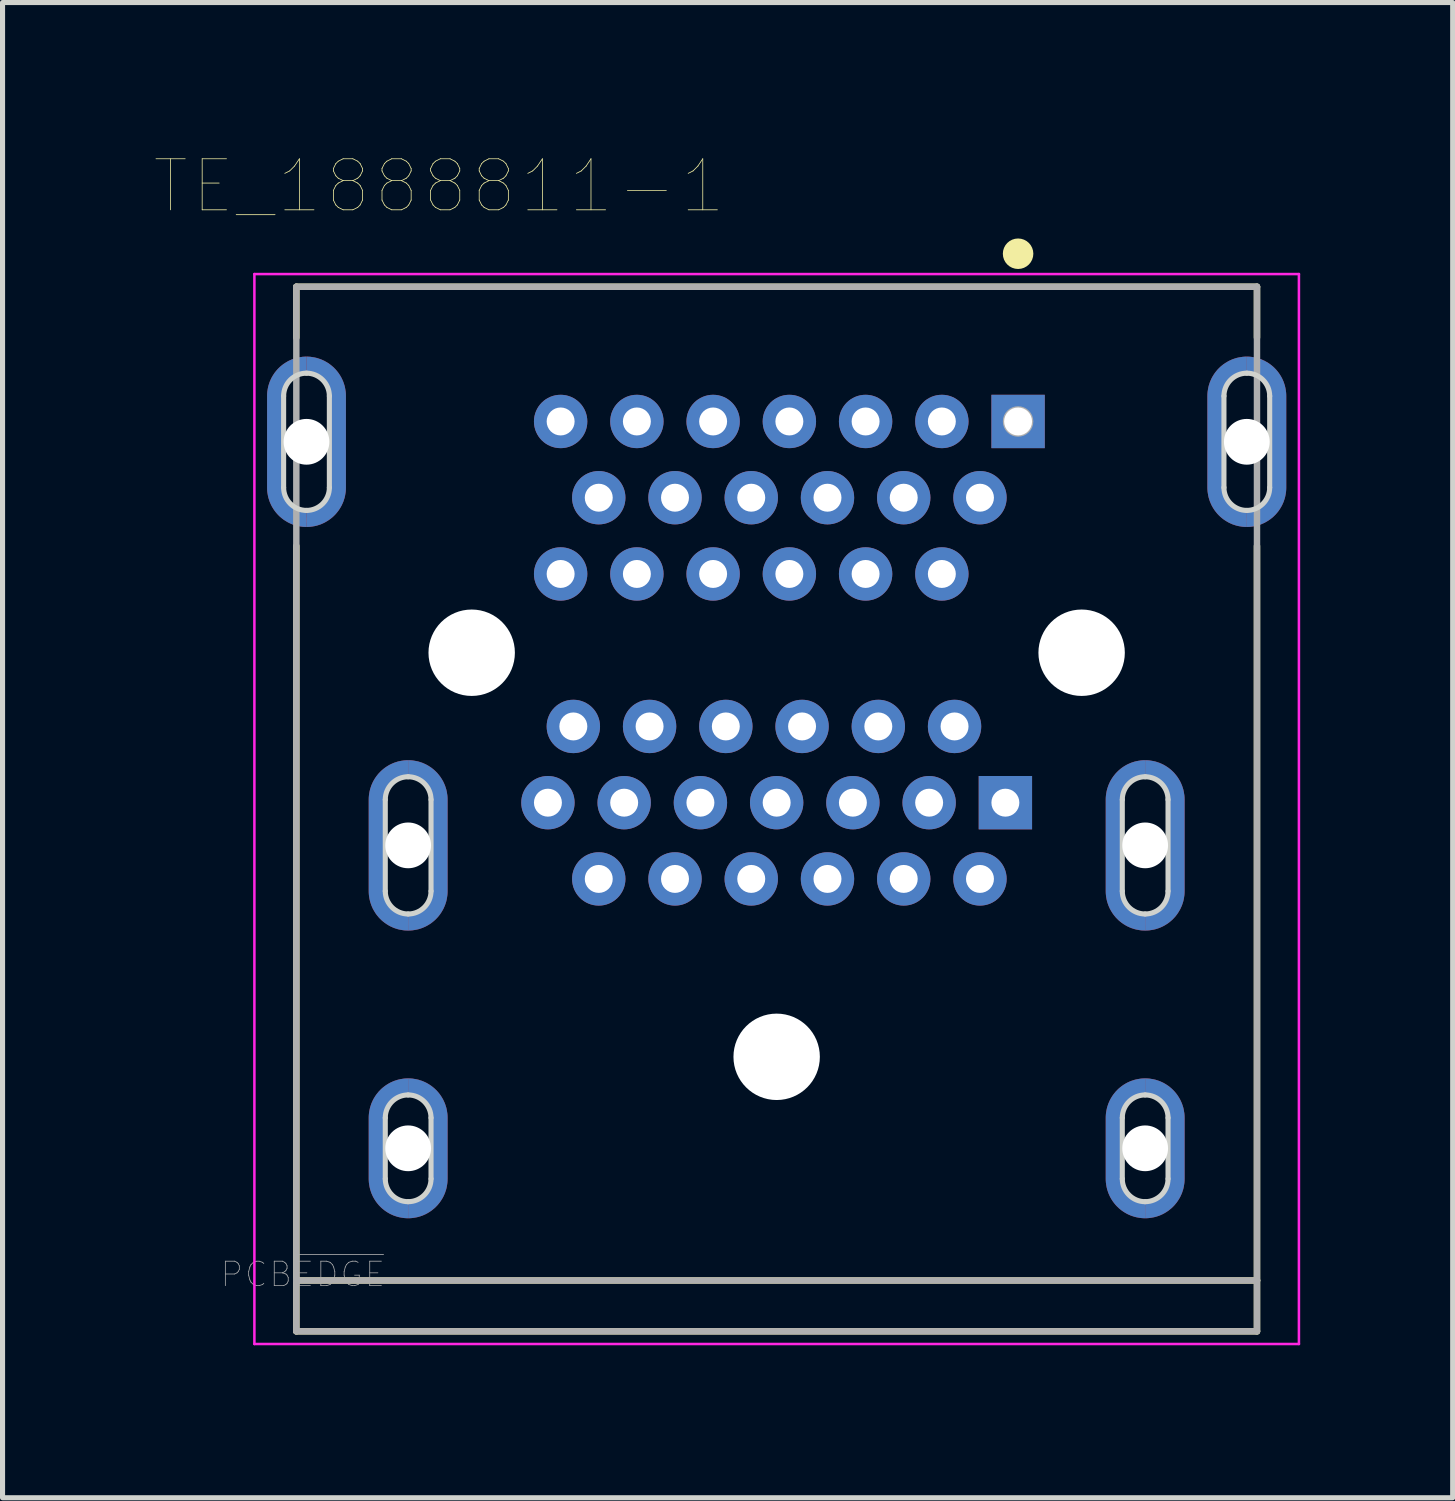
<source format=kicad_pcb>
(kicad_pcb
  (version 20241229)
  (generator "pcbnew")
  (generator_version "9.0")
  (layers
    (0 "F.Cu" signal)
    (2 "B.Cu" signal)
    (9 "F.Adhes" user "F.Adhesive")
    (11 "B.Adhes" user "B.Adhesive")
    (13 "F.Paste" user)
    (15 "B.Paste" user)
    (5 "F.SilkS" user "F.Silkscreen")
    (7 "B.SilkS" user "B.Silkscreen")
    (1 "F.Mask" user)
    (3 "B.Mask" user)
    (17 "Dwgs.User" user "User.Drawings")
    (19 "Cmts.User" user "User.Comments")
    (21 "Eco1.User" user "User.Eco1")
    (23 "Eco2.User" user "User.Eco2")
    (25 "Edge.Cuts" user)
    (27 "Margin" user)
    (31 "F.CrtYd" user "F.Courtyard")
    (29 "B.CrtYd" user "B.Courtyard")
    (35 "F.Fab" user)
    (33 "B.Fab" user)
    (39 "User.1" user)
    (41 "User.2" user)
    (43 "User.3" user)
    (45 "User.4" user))
  (footprint "TE_1888811-1"
    (layer "F.Cu")
    (at 12.23 9.792)
    (property "Reference" "TE_1888811-1" (at -6.641 -9.178 0) (layer "F.SilkS") (effects (font (size 1.004 1.004) (thickness 0.015))))
    (attr through_hole)
    (fp_poly (pts (xy -9.25 -5.5) (xy -9.226 -5.499) (xy -9.203 -5.498) (xy -9.18 -5.494) (xy -9.156 -5.49) (xy -9.134 -5.485) (xy -9.111 -5.478) (xy -9.089 -5.47) (xy -9.067 -5.461) (xy -9.046 -5.451) (xy -9.025 -5.44) (xy -9.005 -5.427) (xy -8.985 -5.414) (xy -8.967 -5.4) (xy -8.949 -5.384) (xy -8.932 -5.368) (xy -8.916 -5.351) (xy -8.9 -5.333) (xy -8.886 -5.315) (xy -8.873 -5.295) (xy -8.86 -5.275) (xy -8.849 -5.254) (xy -8.839 -5.233) (xy -8.83 -5.211) (xy -8.822 -5.189) (xy -8.815 -5.166) (xy -8.81 -5.144) (xy -8.806 -5.12) (xy -8.802 -5.097) (xy -8.801 -5.074) (xy -8.8 -5.05) (xy -8.8 -3.25) (xy -8.801 -3.226) (xy -8.802 -3.203) (xy -8.806 -3.18) (xy -8.81 -3.156) (xy -8.815 -3.134) (xy -8.822 -3.111) (xy -8.83 -3.089) (xy -8.839 -3.067) (xy -8.849 -3.046) (xy -8.86 -3.025) (xy -8.873 -3.005) (xy -8.886 -2.985) (xy -8.9 -2.967) (xy -8.916 -2.949) (xy -8.932 -2.932) (xy -8.949 -2.916) (xy -8.967 -2.9) (xy -8.985 -2.886) (xy -9.005 -2.873) (xy -9.025 -2.86) (xy -9.046 -2.849) (xy -9.067 -2.839) (xy -9.089 -2.83) (xy -9.111 -2.822) (xy -9.134 -2.815) (xy -9.156 -2.81) (xy -9.18 -2.806) (xy -9.203 -2.802) (xy -9.226 -2.801) (xy -9.25 -2.8) (xy -9.25 -2.475) (xy -9.209 -2.476) (xy -9.169 -2.479) (xy -9.129 -2.485) (xy -9.089 -2.492) (xy -9.049 -2.501) (xy -9.011 -2.513) (xy -8.972 -2.526) (xy -8.935 -2.542) (xy -8.898 -2.559) (xy -8.863 -2.579) (xy -8.828 -2.6) (xy -8.794 -2.623) (xy -8.762 -2.648) (xy -8.731 -2.674) (xy -8.702 -2.702) (xy -8.674 -2.731) (xy -8.648 -2.762) (xy -8.623 -2.794) (xy -8.6 -2.828) (xy -8.579 -2.862) (xy -8.559 -2.898) (xy -8.542 -2.935) (xy -8.526 -2.972) (xy -8.513 -3.011) (xy -8.501 -3.049) (xy -8.492 -3.089) (xy -8.485 -3.129) (xy -8.479 -3.169) (xy -8.476 -3.209) (xy -8.475 -3.25) (xy -8.475 -5.05) (xy -8.476 -5.091) (xy -8.479 -5.131) (xy -8.485 -5.171) (xy -8.492 -5.211) (xy -8.501 -5.251) (xy -8.513 -5.289) (xy -8.526 -5.328) (xy -8.542 -5.365) (xy -8.559 -5.402) (xy -8.579 -5.438) (xy -8.6 -5.472) (xy -8.623 -5.506) (xy -8.648 -5.538) (xy -8.674 -5.569) (xy -8.702 -5.598) (xy -8.731 -5.626) (xy -8.762 -5.652) (xy -8.794 -5.677) (xy -8.828 -5.7) (xy -8.863 -5.721) (xy -8.898 -5.741) (xy -8.935 -5.758) (xy -8.972 -5.774) (xy -9.011 -5.787) (xy -9.049 -5.799) (xy -9.089 -5.808) (xy -9.129 -5.815) (xy -9.169 -5.821) (xy -9.209 -5.824) (xy -9.25 -5.825) (xy -9.25 -5.5)) (stroke (width 0.001) (type solid)) (fill yes) (layer "F.Cu"))
    (fp_poly (pts (xy -9.25 -2.8) (xy -9.274 -2.801) (xy -9.297 -2.802) (xy -9.32 -2.806) (xy -9.344 -2.81) (xy -9.366 -2.815) (xy -9.389 -2.822) (xy -9.411 -2.83) (xy -9.433 -2.839) (xy -9.454 -2.849) (xy -9.475 -2.86) (xy -9.495 -2.873) (xy -9.515 -2.886) (xy -9.533 -2.9) (xy -9.551 -2.916) (xy -9.568 -2.932) (xy -9.584 -2.949) (xy -9.6 -2.967) (xy -9.614 -2.985) (xy -9.627 -3.005) (xy -9.64 -3.025) (xy -9.651 -3.046) (xy -9.661 -3.067) (xy -9.67 -3.089) (xy -9.678 -3.111) (xy -9.685 -3.134) (xy -9.69 -3.156) (xy -9.694 -3.18) (xy -9.698 -3.203) (xy -9.699 -3.226) (xy -9.7 -3.25) (xy -9.7 -5.05) (xy -9.699 -5.074) (xy -9.698 -5.097) (xy -9.694 -5.12) (xy -9.69 -5.144) (xy -9.685 -5.166) (xy -9.678 -5.189) (xy -9.67 -5.211) (xy -9.661 -5.233) (xy -9.651 -5.254) (xy -9.64 -5.275) (xy -9.627 -5.295) (xy -9.614 -5.315) (xy -9.6 -5.333) (xy -9.584 -5.351) (xy -9.568 -5.368) (xy -9.551 -5.384) (xy -9.533 -5.4) (xy -9.515 -5.414) (xy -9.495 -5.427) (xy -9.475 -5.44) (xy -9.454 -5.451) (xy -9.433 -5.461) (xy -9.411 -5.47) (xy -9.389 -5.478) (xy -9.366 -5.485) (xy -9.344 -5.49) (xy -9.32 -5.494) (xy -9.297 -5.498) (xy -9.274 -5.499) (xy -9.25 -5.5) (xy -9.25 -5.825) (xy -9.291 -5.824) (xy -9.331 -5.821) (xy -9.371 -5.815) (xy -9.411 -5.808) (xy -9.451 -5.799) (xy -9.489 -5.787) (xy -9.528 -5.774) (xy -9.565 -5.758) (xy -9.602 -5.741) (xy -9.637 -5.721) (xy -9.672 -5.7) (xy -9.706 -5.677) (xy -9.738 -5.652) (xy -9.769 -5.626) (xy -9.798 -5.598) (xy -9.826 -5.569) (xy -9.852 -5.538) (xy -9.877 -5.506) (xy -9.9 -5.472) (xy -9.921 -5.438) (xy -9.941 -5.402) (xy -9.958 -5.365) (xy -9.974 -5.328) (xy -9.987 -5.289) (xy -9.999 -5.251) (xy -10.008 -5.211) (xy -10.015 -5.171) (xy -10.021 -5.131) (xy -10.024 -5.091) (xy -10.025 -5.05) (xy -10.025 -3.25) (xy -10.024 -3.209) (xy -10.021 -3.169) (xy -10.015 -3.129) (xy -10.008 -3.089) (xy -9.999 -3.049) (xy -9.987 -3.011) (xy -9.974 -2.972) (xy -9.958 -2.935) (xy -9.941 -2.898) (xy -9.921 -2.862) (xy -9.9 -2.828) (xy -9.877 -2.794) (xy -9.852 -2.762) (xy -9.826 -2.731) (xy -9.798 -2.702) (xy -9.769 -2.674) (xy -9.738 -2.648) (xy -9.706 -2.623) (xy -9.672 -2.6) (xy -9.637 -2.579) (xy -9.602 -2.559) (xy -9.565 -2.542) (xy -9.528 -2.526) (xy -9.489 -2.513) (xy -9.451 -2.501) (xy -9.411 -2.492) (xy -9.371 -2.485) (xy -9.331 -2.479) (xy -9.291 -2.476) (xy -9.25 -2.475) (xy -9.25 -2.8)) (stroke (width 0.001) (type solid)) (fill yes) (layer "F.Cu"))
    (fp_poly (pts (xy -7.25 2.44) (xy -7.226 2.441) (xy -7.203 2.442) (xy -7.18 2.446) (xy -7.156 2.45) (xy -7.134 2.455) (xy -7.111 2.462) (xy -7.089 2.47) (xy -7.067 2.479) (xy -7.046 2.489) (xy -7.025 2.5) (xy -7.005 2.513) (xy -6.985 2.526) (xy -6.967 2.54) (xy -6.949 2.556) (xy -6.932 2.572) (xy -6.916 2.589) (xy -6.9 2.607) (xy -6.886 2.625) (xy -6.873 2.645) (xy -6.86 2.665) (xy -6.849 2.686) (xy -6.839 2.707) (xy -6.83 2.729) (xy -6.822 2.751) (xy -6.815 2.774) (xy -6.81 2.796) (xy -6.806 2.82) (xy -6.802 2.843) (xy -6.801 2.866) (xy -6.8 2.89) (xy -6.8 4.69) (xy -6.801 4.714) (xy -6.802 4.737) (xy -6.806 4.76) (xy -6.81 4.784) (xy -6.815 4.806) (xy -6.822 4.829) (xy -6.83 4.851) (xy -6.839 4.873) (xy -6.849 4.894) (xy -6.86 4.915) (xy -6.873 4.935) (xy -6.886 4.955) (xy -6.9 4.973) (xy -6.916 4.991) (xy -6.932 5.008) (xy -6.949 5.024) (xy -6.967 5.04) (xy -6.985 5.054) (xy -7.005 5.067) (xy -7.025 5.08) (xy -7.046 5.091) (xy -7.067 5.101) (xy -7.089 5.11) (xy -7.111 5.118) (xy -7.134 5.125) (xy -7.156 5.13) (xy -7.18 5.134) (xy -7.203 5.138) (xy -7.226 5.139) (xy -7.25 5.14) (xy -7.25 5.465) (xy -7.209 5.464) (xy -7.169 5.461) (xy -7.129 5.455) (xy -7.089 5.448) (xy -7.049 5.439) (xy -7.011 5.427) (xy -6.972 5.414) (xy -6.935 5.398) (xy -6.898 5.381) (xy -6.862 5.361) (xy -6.828 5.34) (xy -6.794 5.317) (xy -6.762 5.292) (xy -6.731 5.266) (xy -6.702 5.238) (xy -6.674 5.209) (xy -6.648 5.178) (xy -6.623 5.146) (xy -6.6 5.112) (xy -6.579 5.077) (xy -6.559 5.042) (xy -6.542 5.005) (xy -6.526 4.968) (xy -6.513 4.929) (xy -6.501 4.891) (xy -6.492 4.851) (xy -6.485 4.811) (xy -6.479 4.771) (xy -6.476 4.731) (xy -6.475 4.69) (xy -6.475 2.89) (xy -6.476 2.849) (xy -6.479 2.809) (xy -6.485 2.769) (xy -6.492 2.729) (xy -6.501 2.689) (xy -6.513 2.651) (xy -6.526 2.612) (xy -6.542 2.575) (xy -6.559 2.538) (xy -6.579 2.502) (xy -6.6 2.468) (xy -6.623 2.434) (xy -6.648 2.402) (xy -6.674 2.371) (xy -6.702 2.342) (xy -6.731 2.314) (xy -6.762 2.288) (xy -6.794 2.263) (xy -6.828 2.24) (xy -6.862 2.219) (xy -6.898 2.199) (xy -6.935 2.182) (xy -6.972 2.166) (xy -7.011 2.153) (xy -7.049 2.141) (xy -7.089 2.132) (xy -7.129 2.125) (xy -7.169 2.119) (xy -7.209 2.116) (xy -7.25 2.115) (xy -7.25 2.44)) (stroke (width 0.001) (type solid)) (fill yes) (layer "F.Cu"))
    (fp_poly (pts (xy -7.25 5.14) (xy -7.274 5.139) (xy -7.297 5.138) (xy -7.32 5.134) (xy -7.344 5.13) (xy -7.366 5.125) (xy -7.389 5.118) (xy -7.411 5.11) (xy -7.433 5.101) (xy -7.454 5.091) (xy -7.475 5.08) (xy -7.495 5.067) (xy -7.515 5.054) (xy -7.533 5.04) (xy -7.551 5.024) (xy -7.568 5.008) (xy -7.584 4.991) (xy -7.6 4.973) (xy -7.614 4.955) (xy -7.627 4.935) (xy -7.64 4.915) (xy -7.651 4.894) (xy -7.661 4.873) (xy -7.67 4.851) (xy -7.678 4.829) (xy -7.685 4.806) (xy -7.69 4.784) (xy -7.694 4.76) (xy -7.698 4.737) (xy -7.699 4.714) (xy -7.7 4.69) (xy -7.7 2.89) (xy -7.699 2.866) (xy -7.698 2.843) (xy -7.694 2.82) (xy -7.69 2.796) (xy -7.685 2.774) (xy -7.678 2.751) (xy -7.67 2.729) (xy -7.661 2.707) (xy -7.651 2.686) (xy -7.64 2.665) (xy -7.627 2.645) (xy -7.614 2.625) (xy -7.6 2.607) (xy -7.584 2.589) (xy -7.568 2.572) (xy -7.551 2.556) (xy -7.533 2.54) (xy -7.515 2.526) (xy -7.495 2.513) (xy -7.475 2.5) (xy -7.454 2.489) (xy -7.433 2.479) (xy -7.411 2.47) (xy -7.389 2.462) (xy -7.366 2.455) (xy -7.344 2.45) (xy -7.32 2.446) (xy -7.297 2.442) (xy -7.274 2.441) (xy -7.25 2.44) (xy -7.25 2.115) (xy -7.291 2.116) (xy -7.331 2.119) (xy -7.371 2.125) (xy -7.411 2.132) (xy -7.451 2.141) (xy -7.489 2.153) (xy -7.528 2.166) (xy -7.565 2.182) (xy -7.602 2.199) (xy -7.638 2.219) (xy -7.672 2.24) (xy -7.706 2.263) (xy -7.738 2.288) (xy -7.769 2.314) (xy -7.798 2.342) (xy -7.826 2.371) (xy -7.852 2.402) (xy -7.877 2.434) (xy -7.9 2.468) (xy -7.921 2.502) (xy -7.941 2.538) (xy -7.958 2.575) (xy -7.974 2.612) (xy -7.987 2.651) (xy -7.999 2.689) (xy -8.008 2.729) (xy -8.015 2.769) (xy -8.021 2.809) (xy -8.024 2.849) (xy -8.025 2.89) (xy -8.025 4.69) (xy -8.024 4.731) (xy -8.021 4.771) (xy -8.015 4.811) (xy -8.008 4.851) (xy -7.999 4.891) (xy -7.987 4.929) (xy -7.974 4.968) (xy -7.958 5.005) (xy -7.941 5.042) (xy -7.921 5.077) (xy -7.9 5.112) (xy -7.877 5.146) (xy -7.852 5.178) (xy -7.826 5.209) (xy -7.798 5.238) (xy -7.769 5.266) (xy -7.738 5.292) (xy -7.706 5.317) (xy -7.672 5.34) (xy -7.638 5.361) (xy -7.602 5.381) (xy -7.565 5.398) (xy -7.528 5.414) (xy -7.489 5.427) (xy -7.451 5.439) (xy -7.411 5.448) (xy -7.371 5.455) (xy -7.331 5.461) (xy -7.291 5.464) (xy -7.25 5.465) (xy -7.25 5.14)) (stroke (width 0.001) (type solid)) (fill yes) (layer "F.Cu"))
    (fp_poly (pts (xy -7.25 8.7) (xy -7.25 8.375) (xy -7.209 8.376) (xy -7.169 8.379) (xy -7.129 8.385) (xy -7.089 8.392) (xy -7.049 8.401) (xy -7.011 8.413) (xy -6.972 8.426) (xy -6.935 8.442) (xy -6.898 8.459) (xy -6.862 8.479) (xy -6.828 8.5) (xy -6.794 8.523) (xy -6.762 8.548) (xy -6.731 8.574) (xy -6.702 8.602) (xy -6.674 8.631) (xy -6.648 8.662) (xy -6.623 8.694) (xy -6.6 8.728) (xy -6.579 8.762) (xy -6.559 8.798) (xy -6.542 8.835) (xy -6.526 8.872) (xy -6.513 8.911) (xy -6.501 8.949) (xy -6.492 8.989) (xy -6.485 9.029) (xy -6.479 9.069) (xy -6.476 9.109) (xy -6.475 9.15) (xy -6.475 10.35) (xy -6.476 10.391) (xy -6.479 10.431) (xy -6.485 10.471) (xy -6.492 10.511) (xy -6.501 10.551) (xy -6.513 10.589) (xy -6.526 10.628) (xy -6.542 10.665) (xy -6.559 10.702) (xy -6.579 10.738) (xy -6.6 10.772) (xy -6.623 10.806) (xy -6.648 10.838) (xy -6.674 10.869) (xy -6.702 10.898) (xy -6.731 10.926) (xy -6.762 10.952) (xy -6.794 10.977) (xy -6.828 11) (xy -6.862 11.021) (xy -6.898 11.041) (xy -6.935 11.058) (xy -6.972 11.074) (xy -7.011 11.087) (xy -7.049 11.099) (xy -7.089 11.108) (xy -7.129 11.115) (xy -7.169 11.121) (xy -7.209 11.124) (xy -7.25 11.125) (xy -7.25 10.8) (xy -7.226 10.799) (xy -7.203 10.798) (xy -7.18 10.794) (xy -7.156 10.79) (xy -7.134 10.785) (xy -7.111 10.778) (xy -7.089 10.77) (xy -7.067 10.761) (xy -7.046 10.751) (xy -7.025 10.74) (xy -7.005 10.727) (xy -6.985 10.714) (xy -6.967 10.7) (xy -6.949 10.684) (xy -6.932 10.668) (xy -6.916 10.651) (xy -6.9 10.633) (xy -6.886 10.615) (xy -6.873 10.595) (xy -6.86 10.575) (xy -6.849 10.554) (xy -6.839 10.533) (xy -6.83 10.511) (xy -6.822 10.489) (xy -6.815 10.466) (xy -6.81 10.444) (xy -6.806 10.42) (xy -6.802 10.397) (xy -6.801 10.374) (xy -6.8 10.35) (xy -6.8 9.15) (xy -6.801 9.126) (xy -6.802 9.103) (xy -6.806 9.08) (xy -6.81 9.056) (xy -6.815 9.034) (xy -6.822 9.011) (xy -6.83 8.989) (xy -6.839 8.967) (xy -6.849 8.946) (xy -6.86 8.925) (xy -6.873 8.905) (xy -6.886 8.885) (xy -6.9 8.867) (xy -6.916 8.849) (xy -6.932 8.832) (xy -6.949 8.816) (xy -6.967 8.8) (xy -6.985 8.786) (xy -7.005 8.773) (xy -7.025 8.76) (xy -7.046 8.749) (xy -7.067 8.739) (xy -7.089 8.73) (xy -7.111 8.722) (xy -7.134 8.715) (xy -7.156 8.71) (xy -7.18 8.706) (xy -7.203 8.702) (xy -7.226 8.701) (xy -7.25 8.7)) (stroke (width 0.001) (type solid)) (fill yes) (layer "F.Cu"))
    (fp_poly (pts (xy -7.25 10.8) (xy -7.25 11.125) (xy -7.291 11.124) (xy -7.331 11.121) (xy -7.371 11.115) (xy -7.411 11.108) (xy -7.451 11.099) (xy -7.489 11.087) (xy -7.528 11.074) (xy -7.565 11.058) (xy -7.602 11.041) (xy -7.638 11.021) (xy -7.672 11) (xy -7.706 10.977) (xy -7.738 10.952) (xy -7.769 10.926) (xy -7.798 10.898) (xy -7.826 10.869) (xy -7.852 10.838) (xy -7.877 10.806) (xy -7.9 10.772) (xy -7.921 10.738) (xy -7.941 10.702) (xy -7.958 10.665) (xy -7.974 10.628) (xy -7.987 10.589) (xy -7.999 10.551) (xy -8.008 10.511) (xy -8.015 10.471) (xy -8.021 10.431) (xy -8.024 10.391) (xy -8.025 10.35) (xy -8.025 9.15) (xy -8.024 9.109) (xy -8.021 9.069) (xy -8.015 9.029) (xy -8.008 8.989) (xy -7.999 8.949) (xy -7.987 8.911) (xy -7.974 8.872) (xy -7.958 8.835) (xy -7.941 8.798) (xy -7.921 8.762) (xy -7.9 8.728) (xy -7.877 8.694) (xy -7.852 8.662) (xy -7.826 8.631) (xy -7.798 8.602) (xy -7.769 8.574) (xy -7.738 8.548) (xy -7.706 8.523) (xy -7.672 8.5) (xy -7.638 8.479) (xy -7.602 8.459) (xy -7.565 8.442) (xy -7.528 8.426) (xy -7.489 8.413) (xy -7.451 8.401) (xy -7.411 8.392) (xy -7.371 8.385) (xy -7.331 8.379) (xy -7.291 8.376) (xy -7.25 8.375) (xy -7.25 8.7) (xy -7.274 8.701) (xy -7.297 8.702) (xy -7.32 8.706) (xy -7.344 8.71) (xy -7.366 8.715) (xy -7.389 8.722) (xy -7.411 8.73) (xy -7.433 8.739) (xy -7.454 8.749) (xy -7.475 8.76) (xy -7.495 8.773) (xy -7.515 8.786) (xy -7.533 8.8) (xy -7.551 8.816) (xy -7.568 8.832) (xy -7.584 8.849) (xy -7.6 8.867) (xy -7.614 8.885) (xy -7.627 8.905) (xy -7.64 8.925) (xy -7.651 8.946) (xy -7.661 8.967) (xy -7.67 8.989) (xy -7.678 9.011) (xy -7.685 9.034) (xy -7.69 9.056) (xy -7.694 9.08) (xy -7.698 9.103) (xy -7.699 9.126) (xy -7.7 9.15) (xy -7.7 10.35) (xy -7.699 10.374) (xy -7.698 10.397) (xy -7.694 10.42) (xy -7.69 10.444) (xy -7.685 10.466) (xy -7.678 10.489) (xy -7.67 10.511) (xy -7.661 10.533) (xy -7.651 10.554) (xy -7.64 10.575) (xy -7.627 10.595) (xy -7.614 10.615) (xy -7.6 10.633) (xy -7.584 10.651) (xy -7.568 10.668) (xy -7.551 10.684) (xy -7.533 10.7) (xy -7.515 10.714) (xy -7.495 10.727) (xy -7.475 10.74) (xy -7.454 10.751) (xy -7.433 10.761) (xy -7.411 10.77) (xy -7.389 10.778) (xy -7.366 10.785) (xy -7.344 10.79) (xy -7.32 10.794) (xy -7.297 10.798) (xy -7.274 10.799) (xy -7.25 10.8)) (stroke (width 0.001) (type solid)) (fill yes) (layer "F.Cu"))
    (fp_poly (pts (xy 7.25 2.44) (xy 7.274 2.441) (xy 7.297 2.442) (xy 7.32 2.446) (xy 7.344 2.45) (xy 7.366 2.455) (xy 7.389 2.462) (xy 7.411 2.47) (xy 7.433 2.479) (xy 7.454 2.489) (xy 7.475 2.5) (xy 7.495 2.513) (xy 7.515 2.526) (xy 7.533 2.54) (xy 7.551 2.556) (xy 7.568 2.572) (xy 7.584 2.589) (xy 7.6 2.607) (xy 7.614 2.625) (xy 7.627 2.645) (xy 7.64 2.665) (xy 7.651 2.686) (xy 7.661 2.707) (xy 7.67 2.729) (xy 7.678 2.751) (xy 7.685 2.774) (xy 7.69 2.796) (xy 7.694 2.82) (xy 7.698 2.843) (xy 7.699 2.866) (xy 7.7 2.89) (xy 7.7 4.69) (xy 7.699 4.714) (xy 7.698 4.737) (xy 7.694 4.76) (xy 7.69 4.784) (xy 7.685 4.806) (xy 7.678 4.829) (xy 7.67 4.851) (xy 7.661 4.873) (xy 7.651 4.894) (xy 7.64 4.915) (xy 7.627 4.935) (xy 7.614 4.955) (xy 7.6 4.973) (xy 7.584 4.991) (xy 7.568 5.008) (xy 7.551 5.024) (xy 7.533 5.04) (xy 7.515 5.054) (xy 7.495 5.067) (xy 7.475 5.08) (xy 7.454 5.091) (xy 7.433 5.101) (xy 7.411 5.11) (xy 7.389 5.118) (xy 7.366 5.125) (xy 7.344 5.13) (xy 7.32 5.134) (xy 7.297 5.138) (xy 7.274 5.139) (xy 7.25 5.14) (xy 7.25 5.465) (xy 7.291 5.464) (xy 7.331 5.461) (xy 7.371 5.455) (xy 7.411 5.448) (xy 7.451 5.439) (xy 7.489 5.427) (xy 7.528 5.414) (xy 7.565 5.398) (xy 7.602 5.381) (xy 7.638 5.361) (xy 7.672 5.34) (xy 7.706 5.317) (xy 7.738 5.292) (xy 7.769 5.266) (xy 7.798 5.238) (xy 7.826 5.209) (xy 7.852 5.178) (xy 7.877 5.146) (xy 7.9 5.112) (xy 7.921 5.077) (xy 7.941 5.042) (xy 7.958 5.005) (xy 7.974 4.968) (xy 7.987 4.929) (xy 7.999 4.891) (xy 8.008 4.851) (xy 8.015 4.811) (xy 8.021 4.771) (xy 8.024 4.731) (xy 8.025 4.69) (xy 8.025 2.89) (xy 8.024 2.849) (xy 8.021 2.809) (xy 8.015 2.769) (xy 8.008 2.729) (xy 7.999 2.689) (xy 7.987 2.651) (xy 7.974 2.612) (xy 7.958 2.575) (xy 7.941 2.538) (xy 7.921 2.502) (xy 7.9 2.468) (xy 7.877 2.434) (xy 7.852 2.402) (xy 7.826 2.371) (xy 7.798 2.342) (xy 7.769 2.314) (xy 7.738 2.288) (xy 7.706 2.263) (xy 7.672 2.24) (xy 7.638 2.219) (xy 7.602 2.199) (xy 7.565 2.182) (xy 7.528 2.166) (xy 7.489 2.153) (xy 7.451 2.141) (xy 7.411 2.132) (xy 7.371 2.125) (xy 7.331 2.119) (xy 7.291 2.116) (xy 7.25 2.115) (xy 7.25 2.44)) (stroke (width 0.001) (type solid)) (fill yes) (layer "F.Cu"))
    (fp_poly (pts (xy 7.25 5.14) (xy 7.226 5.139) (xy 7.203 5.138) (xy 7.18 5.134) (xy 7.156 5.13) (xy 7.134 5.125) (xy 7.111 5.118) (xy 7.089 5.11) (xy 7.067 5.101) (xy 7.046 5.091) (xy 7.025 5.08) (xy 7.005 5.067) (xy 6.985 5.054) (xy 6.967 5.04) (xy 6.949 5.024) (xy 6.932 5.008) (xy 6.916 4.991) (xy 6.9 4.973) (xy 6.886 4.955) (xy 6.873 4.935) (xy 6.86 4.915) (xy 6.849 4.894) (xy 6.839 4.873) (xy 6.83 4.851) (xy 6.822 4.829) (xy 6.815 4.806) (xy 6.81 4.784) (xy 6.806 4.76) (xy 6.802 4.737) (xy 6.801 4.714) (xy 6.8 4.69) (xy 6.8 2.89) (xy 6.801 2.866) (xy 6.802 2.843) (xy 6.806 2.82) (xy 6.81 2.796) (xy 6.815 2.774) (xy 6.822 2.751) (xy 6.83 2.729) (xy 6.839 2.707) (xy 6.849 2.686) (xy 6.86 2.665) (xy 6.873 2.645) (xy 6.886 2.625) (xy 6.9 2.607) (xy 6.916 2.589) (xy 6.932 2.572) (xy 6.949 2.556) (xy 6.967 2.54) (xy 6.985 2.526) (xy 7.005 2.513) (xy 7.025 2.5) (xy 7.046 2.489) (xy 7.067 2.479) (xy 7.089 2.47) (xy 7.111 2.462) (xy 7.134 2.455) (xy 7.156 2.45) (xy 7.18 2.446) (xy 7.203 2.442) (xy 7.226 2.441) (xy 7.25 2.44) (xy 7.25 2.115) (xy 7.209 2.116) (xy 7.169 2.119) (xy 7.129 2.125) (xy 7.089 2.132) (xy 7.049 2.141) (xy 7.011 2.153) (xy 6.972 2.166) (xy 6.935 2.182) (xy 6.898 2.199) (xy 6.862 2.219) (xy 6.828 2.24) (xy 6.794 2.263) (xy 6.762 2.288) (xy 6.731 2.314) (xy 6.702 2.342) (xy 6.674 2.371) (xy 6.648 2.402) (xy 6.623 2.434) (xy 6.6 2.468) (xy 6.579 2.502) (xy 6.559 2.538) (xy 6.542 2.575) (xy 6.526 2.612) (xy 6.513 2.651) (xy 6.501 2.689) (xy 6.492 2.729) (xy 6.485 2.769) (xy 6.479 2.809) (xy 6.476 2.849) (xy 6.475 2.89) (xy 6.475 4.69) (xy 6.476 4.731) (xy 6.479 4.771) (xy 6.485 4.811) (xy 6.492 4.851) (xy 6.501 4.891) (xy 6.513 4.929) (xy 6.526 4.968) (xy 6.542 5.005) (xy 6.559 5.042) (xy 6.579 5.077) (xy 6.6 5.112) (xy 6.623 5.146) (xy 6.648 5.178) (xy 6.674 5.209) (xy 6.702 5.238) (xy 6.731 5.266) (xy 6.762 5.292) (xy 6.794 5.317) (xy 6.828 5.34) (xy 6.862 5.361) (xy 6.898 5.381) (xy 6.935 5.398) (xy 6.972 5.414) (xy 7.011 5.427) (xy 7.049 5.439) (xy 7.089 5.448) (xy 7.129 5.455) (xy 7.169 5.461) (xy 7.209 5.464) (xy 7.25 5.465) (xy 7.25 5.14)) (stroke (width 0.001) (type solid)) (fill yes) (layer "F.Cu"))
    (fp_poly (pts (xy 7.25 8.7) (xy 7.25 8.375) (xy 7.291 8.376) (xy 7.331 8.379) (xy 7.371 8.385) (xy 7.411 8.392) (xy 7.451 8.401) (xy 7.489 8.413) (xy 7.528 8.426) (xy 7.565 8.442) (xy 7.602 8.459) (xy 7.638 8.479) (xy 7.672 8.5) (xy 7.706 8.523) (xy 7.738 8.548) (xy 7.769 8.574) (xy 7.798 8.602) (xy 7.826 8.631) (xy 7.852 8.662) (xy 7.877 8.694) (xy 7.9 8.728) (xy 7.921 8.762) (xy 7.941 8.798) (xy 7.958 8.835) (xy 7.974 8.872) (xy 7.987 8.911) (xy 7.999 8.949) (xy 8.008 8.989) (xy 8.015 9.029) (xy 8.021 9.069) (xy 8.024 9.109) (xy 8.025 9.15) (xy 8.025 10.35) (xy 8.024 10.391) (xy 8.021 10.431) (xy 8.015 10.471) (xy 8.008 10.511) (xy 7.999 10.551) (xy 7.987 10.589) (xy 7.974 10.628) (xy 7.958 10.665) (xy 7.941 10.702) (xy 7.921 10.738) (xy 7.9 10.772) (xy 7.877 10.806) (xy 7.852 10.838) (xy 7.826 10.869) (xy 7.798 10.898) (xy 7.769 10.926) (xy 7.738 10.952) (xy 7.706 10.977) (xy 7.672 11) (xy 7.638 11.021) (xy 7.602 11.041) (xy 7.565 11.058) (xy 7.528 11.074) (xy 7.489 11.087) (xy 7.451 11.099) (xy 7.411 11.108) (xy 7.371 11.115) (xy 7.331 11.121) (xy 7.291 11.124) (xy 7.25 11.125) (xy 7.25 10.8) (xy 7.274 10.799) (xy 7.297 10.798) (xy 7.32 10.794) (xy 7.344 10.79) (xy 7.366 10.785) (xy 7.389 10.778) (xy 7.411 10.77) (xy 7.433 10.761) (xy 7.454 10.751) (xy 7.475 10.74) (xy 7.495 10.727) (xy 7.515 10.714) (xy 7.533 10.7) (xy 7.551 10.684) (xy 7.568 10.668) (xy 7.584 10.651) (xy 7.6 10.633) (xy 7.614 10.615) (xy 7.627 10.595) (xy 7.64 10.575) (xy 7.651 10.554) (xy 7.661 10.533) (xy 7.67 10.511) (xy 7.678 10.489) (xy 7.685 10.466) (xy 7.69 10.444) (xy 7.694 10.42) (xy 7.698 10.397) (xy 7.699 10.374) (xy 7.7 10.35) (xy 7.7 9.15) (xy 7.699 9.126) (xy 7.698 9.103) (xy 7.694 9.08) (xy 7.69 9.056) (xy 7.685 9.034) (xy 7.678 9.011) (xy 7.67 8.989) (xy 7.661 8.967) (xy 7.651 8.946) (xy 7.64 8.925) (xy 7.627 8.905) (xy 7.614 8.885) (xy 7.6 8.867) (xy 7.584 8.849) (xy 7.568 8.832) (xy 7.551 8.816) (xy 7.533 8.8) (xy 7.515 8.786) (xy 7.495 8.773) (xy 7.475 8.76) (xy 7.454 8.749) (xy 7.433 8.739) (xy 7.411 8.73) (xy 7.389 8.722) (xy 7.366 8.715) (xy 7.344 8.71) (xy 7.32 8.706) (xy 7.297 8.702) (xy 7.274 8.701) (xy 7.25 8.7)) (stroke (width 0.001) (type solid)) (fill yes) (layer "F.Cu"))
    (fp_poly (pts (xy 7.25 10.8) (xy 7.25 11.125) (xy 7.209 11.124) (xy 7.169 11.121) (xy 7.129 11.115) (xy 7.089 11.108) (xy 7.049 11.099) (xy 7.011 11.087) (xy 6.972 11.074) (xy 6.935 11.058) (xy 6.898 11.041) (xy 6.862 11.021) (xy 6.828 11) (xy 6.794 10.977) (xy 6.762 10.952) (xy 6.731 10.926) (xy 6.702 10.898) (xy 6.674 10.869) (xy 6.648 10.838) (xy 6.623 10.806) (xy 6.6 10.772) (xy 6.579 10.738) (xy 6.559 10.702) (xy 6.542 10.665) (xy 6.526 10.628) (xy 6.513 10.589) (xy 6.501 10.551) (xy 6.492 10.511) (xy 6.485 10.471) (xy 6.479 10.431) (xy 6.476 10.391) (xy 6.475 10.35) (xy 6.475 9.15) (xy 6.476 9.109) (xy 6.479 9.069) (xy 6.485 9.029) (xy 6.492 8.989) (xy 6.501 8.949) (xy 6.513 8.911) (xy 6.526 8.872) (xy 6.542 8.835) (xy 6.559 8.798) (xy 6.579 8.762) (xy 6.6 8.728) (xy 6.623 8.694) (xy 6.648 8.662) (xy 6.674 8.631) (xy 6.702 8.602) (xy 6.731 8.574) (xy 6.762 8.548) (xy 6.794 8.523) (xy 6.828 8.5) (xy 6.862 8.479) (xy 6.898 8.459) (xy 6.935 8.442) (xy 6.972 8.426) (xy 7.011 8.413) (xy 7.049 8.401) (xy 7.089 8.392) (xy 7.129 8.385) (xy 7.169 8.379) (xy 7.209 8.376) (xy 7.25 8.375) (xy 7.25 8.7) (xy 7.226 8.701) (xy 7.203 8.702) (xy 7.18 8.706) (xy 7.156 8.71) (xy 7.134 8.715) (xy 7.111 8.722) (xy 7.089 8.73) (xy 7.067 8.739) (xy 7.046 8.749) (xy 7.025 8.76) (xy 7.005 8.773) (xy 6.985 8.786) (xy 6.967 8.8) (xy 6.949 8.816) (xy 6.932 8.832) (xy 6.916 8.849) (xy 6.9 8.867) (xy 6.886 8.885) (xy 6.873 8.905) (xy 6.86 8.925) (xy 6.849 8.946) (xy 6.839 8.967) (xy 6.83 8.989) (xy 6.822 9.011) (xy 6.815 9.034) (xy 6.81 9.056) (xy 6.806 9.08) (xy 6.802 9.103) (xy 6.801 9.126) (xy 6.8 9.15) (xy 6.8 10.35) (xy 6.801 10.374) (xy 6.802 10.397) (xy 6.806 10.42) (xy 6.81 10.444) (xy 6.815 10.466) (xy 6.822 10.489) (xy 6.83 10.511) (xy 6.839 10.533) (xy 6.849 10.554) (xy 6.86 10.575) (xy 6.873 10.595) (xy 6.886 10.615) (xy 6.9 10.633) (xy 6.916 10.651) (xy 6.932 10.668) (xy 6.949 10.684) (xy 6.967 10.7) (xy 6.985 10.714) (xy 7.005 10.727) (xy 7.025 10.74) (xy 7.046 10.751) (xy 7.067 10.761) (xy 7.089 10.77) (xy 7.111 10.778) (xy 7.134 10.785) (xy 7.156 10.79) (xy 7.18 10.794) (xy 7.203 10.798) (xy 7.226 10.799) (xy 7.25 10.8)) (stroke (width 0.001) (type solid)) (fill yes) (layer "F.Cu"))
    (fp_poly (pts (xy 9.25 -5.5) (xy 9.274 -5.499) (xy 9.297 -5.498) (xy 9.32 -5.494) (xy 9.344 -5.49) (xy 9.366 -5.485) (xy 9.389 -5.478) (xy 9.411 -5.47) (xy 9.433 -5.461) (xy 9.454 -5.451) (xy 9.475 -5.44) (xy 9.495 -5.427) (xy 9.515 -5.414) (xy 9.533 -5.4) (xy 9.551 -5.384) (xy 9.568 -5.368) (xy 9.584 -5.351) (xy 9.6 -5.333) (xy 9.614 -5.315) (xy 9.627 -5.295) (xy 9.64 -5.275) (xy 9.651 -5.254) (xy 9.661 -5.233) (xy 9.67 -5.211) (xy 9.678 -5.189) (xy 9.685 -5.166) (xy 9.69 -5.144) (xy 9.694 -5.12) (xy 9.698 -5.097) (xy 9.699 -5.074) (xy 9.7 -5.05) (xy 9.7 -3.25) (xy 9.699 -3.226) (xy 9.698 -3.203) (xy 9.694 -3.18) (xy 9.69 -3.156) (xy 9.685 -3.134) (xy 9.678 -3.111) (xy 9.67 -3.089) (xy 9.661 -3.067) (xy 9.651 -3.046) (xy 9.64 -3.025) (xy 9.627 -3.005) (xy 9.614 -2.985) (xy 9.6 -2.967) (xy 9.584 -2.949) (xy 9.568 -2.932) (xy 9.551 -2.916) (xy 9.533 -2.9) (xy 9.515 -2.886) (xy 9.495 -2.873) (xy 9.475 -2.86) (xy 9.454 -2.849) (xy 9.433 -2.839) (xy 9.411 -2.83) (xy 9.389 -2.822) (xy 9.366 -2.815) (xy 9.344 -2.81) (xy 9.32 -2.806) (xy 9.297 -2.802) (xy 9.274 -2.801) (xy 9.25 -2.8) (xy 9.25 -2.475) (xy 9.291 -2.476) (xy 9.331 -2.479) (xy 9.371 -2.485) (xy 9.411 -2.492) (xy 9.451 -2.501) (xy 9.489 -2.513) (xy 9.528 -2.526) (xy 9.565 -2.542) (xy 9.602 -2.559) (xy 9.637 -2.579) (xy 9.672 -2.6) (xy 9.706 -2.623) (xy 9.738 -2.648) (xy 9.769 -2.674) (xy 9.798 -2.702) (xy 9.826 -2.731) (xy 9.852 -2.762) (xy 9.877 -2.794) (xy 9.9 -2.828) (xy 9.921 -2.862) (xy 9.941 -2.898) (xy 9.958 -2.935) (xy 9.974 -2.972) (xy 9.987 -3.011) (xy 9.999 -3.049) (xy 10.008 -3.089) (xy 10.015 -3.129) (xy 10.021 -3.169) (xy 10.024 -3.209) (xy 10.025 -3.25) (xy 10.025 -5.05) (xy 10.024 -5.091) (xy 10.021 -5.131) (xy 10.015 -5.171) (xy 10.008 -5.211) (xy 9.999 -5.251) (xy 9.987 -5.289) (xy 9.974 -5.328) (xy 9.958 -5.365) (xy 9.941 -5.402) (xy 9.921 -5.438) (xy 9.9 -5.472) (xy 9.877 -5.506) (xy 9.852 -5.538) (xy 9.826 -5.569) (xy 9.798 -5.598) (xy 9.769 -5.626) (xy 9.738 -5.652) (xy 9.706 -5.677) (xy 9.672 -5.7) (xy 9.637 -5.721) (xy 9.602 -5.741) (xy 9.565 -5.758) (xy 9.528 -5.774) (xy 9.489 -5.787) (xy 9.451 -5.799) (xy 9.411 -5.808) (xy 9.371 -5.815) (xy 9.331 -5.821) (xy 9.291 -5.824) (xy 9.25 -5.825) (xy 9.25 -5.5)) (stroke (width 0.001) (type solid)) (fill yes) (layer "F.Cu"))
    (fp_poly (pts (xy 9.25 -2.8) (xy 9.226 -2.801) (xy 9.203 -2.802) (xy 9.18 -2.806) (xy 9.156 -2.81) (xy 9.134 -2.815) (xy 9.111 -2.822) (xy 9.089 -2.83) (xy 9.067 -2.839) (xy 9.046 -2.849) (xy 9.025 -2.86) (xy 9.005 -2.873) (xy 8.985 -2.886) (xy 8.967 -2.9) (xy 8.949 -2.916) (xy 8.932 -2.932) (xy 8.916 -2.949) (xy 8.9 -2.967) (xy 8.886 -2.985) (xy 8.873 -3.005) (xy 8.86 -3.025) (xy 8.849 -3.046) (xy 8.839 -3.067) (xy 8.83 -3.089) (xy 8.822 -3.111) (xy 8.815 -3.134) (xy 8.81 -3.156) (xy 8.806 -3.18) (xy 8.802 -3.203) (xy 8.801 -3.226) (xy 8.8 -3.25) (xy 8.8 -5.05) (xy 8.801 -5.074) (xy 8.802 -5.097) (xy 8.806 -5.12) (xy 8.81 -5.144) (xy 8.815 -5.166) (xy 8.822 -5.189) (xy 8.83 -5.211) (xy 8.839 -5.233) (xy 8.849 -5.254) (xy 8.86 -5.275) (xy 8.873 -5.295) (xy 8.886 -5.315) (xy 8.9 -5.333) (xy 8.916 -5.351) (xy 8.932 -5.368) (xy 8.949 -5.384) (xy 8.967 -5.4) (xy 8.985 -5.414) (xy 9.005 -5.427) (xy 9.025 -5.44) (xy 9.046 -5.451) (xy 9.067 -5.461) (xy 9.089 -5.47) (xy 9.111 -5.478) (xy 9.134 -5.485) (xy 9.156 -5.49) (xy 9.18 -5.494) (xy 9.203 -5.498) (xy 9.226 -5.499) (xy 9.25 -5.5) (xy 9.25 -5.825) (xy 9.209 -5.824) (xy 9.169 -5.821) (xy 9.129 -5.815) (xy 9.089 -5.808) (xy 9.049 -5.799) (xy 9.011 -5.787) (xy 8.972 -5.774) (xy 8.935 -5.758) (xy 8.898 -5.741) (xy 8.863 -5.721) (xy 8.828 -5.7) (xy 8.794 -5.677) (xy 8.762 -5.652) (xy 8.731 -5.626) (xy 8.702 -5.598) (xy 8.674 -5.569) (xy 8.648 -5.538) (xy 8.623 -5.506) (xy 8.6 -5.472) (xy 8.579 -5.438) (xy 8.559 -5.402) (xy 8.542 -5.365) (xy 8.526 -5.328) (xy 8.513 -5.289) (xy 8.501 -5.251) (xy 8.492 -5.211) (xy 8.485 -5.171) (xy 8.479 -5.131) (xy 8.476 -5.091) (xy 8.475 -5.05) (xy 8.475 -3.25) (xy 8.476 -3.209) (xy 8.479 -3.169) (xy 8.485 -3.129) (xy 8.492 -3.089) (xy 8.501 -3.049) (xy 8.513 -3.011) (xy 8.526 -2.972) (xy 8.542 -2.935) (xy 8.559 -2.898) (xy 8.579 -2.862) (xy 8.6 -2.828) (xy 8.623 -2.794) (xy 8.648 -2.762) (xy 8.674 -2.731) (xy 8.702 -2.702) (xy 8.731 -2.674) (xy 8.762 -2.648) (xy 8.794 -2.623) (xy 8.828 -2.6) (xy 8.863 -2.579) (xy 8.898 -2.559) (xy 8.935 -2.542) (xy 8.972 -2.526) (xy 9.011 -2.513) (xy 9.049 -2.501) (xy 9.089 -2.492) (xy 9.129 -2.485) (xy 9.169 -2.479) (xy 9.209 -2.476) (xy 9.25 -2.475) (xy 9.25 -2.8)) (stroke (width 0.001) (type solid)) (fill yes) (layer "F.Cu"))
    (fp_poly (pts (xy -10.075 -4.15) (xy -8.425 -4.15) (xy -8.425 -5.05) (xy -8.426 -5.093) (xy -8.43 -5.136) (xy -8.435 -5.179) (xy -8.443 -5.222) (xy -8.453 -5.264) (xy -8.465 -5.305) (xy -8.48 -5.346) (xy -8.496 -5.386) (xy -8.515 -5.425) (xy -8.536 -5.463) (xy -8.558 -5.499) (xy -8.583 -5.535) (xy -8.609 -5.569) (xy -8.637 -5.602) (xy -8.667 -5.633) (xy -8.698 -5.663) (xy -8.731 -5.691) (xy -8.765 -5.717) (xy -8.801 -5.742) (xy -8.838 -5.764) (xy -8.875 -5.785) (xy -8.914 -5.804) (xy -8.954 -5.82) (xy -8.995 -5.835) (xy -9.036 -5.847) (xy -9.078 -5.857) (xy -9.121 -5.865) (xy -9.164 -5.87) (xy -9.207 -5.874) (xy -9.25 -5.875) (xy -9.293 -5.874) (xy -9.336 -5.87) (xy -9.379 -5.865) (xy -9.422 -5.857) (xy -9.464 -5.847) (xy -9.505 -5.835) (xy -9.546 -5.82) (xy -9.586 -5.804) (xy -9.625 -5.785) (xy -9.662 -5.764) (xy -9.699 -5.742) (xy -9.735 -5.717) (xy -9.769 -5.691) (xy -9.802 -5.663) (xy -9.833 -5.633) (xy -9.863 -5.602) (xy -9.891 -5.569) (xy -9.917 -5.535) (xy -9.942 -5.499) (xy -9.964 -5.463) (xy -9.985 -5.425) (xy -10.004 -5.386) (xy -10.02 -5.346) (xy -10.035 -5.305) (xy -10.047 -5.264) (xy -10.057 -5.222) (xy -10.065 -5.179) (xy -10.07 -5.136) (xy -10.074 -5.093) (xy -10.075 -5.05) (xy -10.075 -4.15)) (stroke (width 0.001) (type solid)) (fill yes) (layer "F.Mask"))
    (fp_poly (pts (xy -8.425 -4.15) (xy -10.075 -4.15) (xy -10.075 -3.25) (xy -10.074 -3.207) (xy -10.07 -3.164) (xy -10.065 -3.121) (xy -10.057 -3.078) (xy -10.047 -3.036) (xy -10.035 -2.995) (xy -10.02 -2.954) (xy -10.004 -2.914) (xy -9.985 -2.875) (xy -9.964 -2.837) (xy -9.942 -2.801) (xy -9.917 -2.765) (xy -9.891 -2.731) (xy -9.863 -2.698) (xy -9.833 -2.667) (xy -9.802 -2.637) (xy -9.769 -2.609) (xy -9.735 -2.583) (xy -9.699 -2.558) (xy -9.662 -2.536) (xy -9.625 -2.515) (xy -9.586 -2.496) (xy -9.546 -2.48) (xy -9.505 -2.465) (xy -9.464 -2.453) (xy -9.422 -2.443) (xy -9.379 -2.435) (xy -9.336 -2.43) (xy -9.293 -2.426) (xy -9.25 -2.425) (xy -9.207 -2.426) (xy -9.164 -2.43) (xy -9.121 -2.435) (xy -9.078 -2.443) (xy -9.036 -2.453) (xy -8.995 -2.465) (xy -8.954 -2.48) (xy -8.914 -2.496) (xy -8.875 -2.515) (xy -8.838 -2.536) (xy -8.801 -2.558) (xy -8.765 -2.583) (xy -8.731 -2.609) (xy -8.698 -2.637) (xy -8.667 -2.667) (xy -8.637 -2.698) (xy -8.609 -2.731) (xy -8.583 -2.765) (xy -8.558 -2.801) (xy -8.536 -2.837) (xy -8.515 -2.875) (xy -8.496 -2.914) (xy -8.48 -2.954) (xy -8.465 -2.995) (xy -8.453 -3.036) (xy -8.443 -3.078) (xy -8.435 -3.121) (xy -8.43 -3.164) (xy -8.426 -3.207) (xy -8.425 -3.25) (xy -8.425 -4.15)) (stroke (width 0.001) (type solid)) (fill yes) (layer "F.Mask"))
    (fp_poly (pts (xy -8.075 3.79) (xy -6.425 3.79) (xy -6.425 2.89) (xy -6.426 2.847) (xy -6.43 2.804) (xy -6.435 2.761) (xy -6.443 2.718) (xy -6.453 2.676) (xy -6.465 2.635) (xy -6.48 2.594) (xy -6.496 2.554) (xy -6.515 2.515) (xy -6.536 2.478) (xy -6.558 2.441) (xy -6.583 2.405) (xy -6.609 2.371) (xy -6.637 2.338) (xy -6.667 2.307) (xy -6.698 2.277) (xy -6.731 2.249) (xy -6.765 2.223) (xy -6.801 2.198) (xy -6.838 2.176) (xy -6.875 2.155) (xy -6.914 2.136) (xy -6.954 2.12) (xy -6.995 2.105) (xy -7.036 2.093) (xy -7.078 2.083) (xy -7.121 2.075) (xy -7.164 2.07) (xy -7.207 2.066) (xy -7.25 2.065) (xy -7.293 2.066) (xy -7.336 2.07) (xy -7.379 2.075) (xy -7.422 2.083) (xy -7.464 2.093) (xy -7.505 2.105) (xy -7.546 2.12) (xy -7.586 2.136) (xy -7.625 2.155) (xy -7.662 2.176) (xy -7.699 2.198) (xy -7.735 2.223) (xy -7.769 2.249) (xy -7.802 2.277) (xy -7.833 2.307) (xy -7.863 2.338) (xy -7.891 2.371) (xy -7.917 2.405) (xy -7.942 2.441) (xy -7.964 2.478) (xy -7.985 2.515) (xy -8.004 2.554) (xy -8.02 2.594) (xy -8.035 2.635) (xy -8.047 2.676) (xy -8.057 2.718) (xy -8.065 2.761) (xy -8.07 2.804) (xy -8.074 2.847) (xy -8.075 2.89) (xy -8.075 3.79)) (stroke (width 0.001) (type solid)) (fill yes) (layer "F.Mask"))
    (fp_poly (pts (xy -8.075 9.75) (xy -8.075 9.15) (xy -8.074 9.107) (xy -8.07 9.064) (xy -8.065 9.021) (xy -8.057 8.978) (xy -8.047 8.936) (xy -8.035 8.895) (xy -8.02 8.854) (xy -8.004 8.814) (xy -7.985 8.775) (xy -7.964 8.738) (xy -7.942 8.701) (xy -7.917 8.665) (xy -7.891 8.631) (xy -7.863 8.598) (xy -7.833 8.567) (xy -7.802 8.537) (xy -7.769 8.509) (xy -7.735 8.483) (xy -7.699 8.458) (xy -7.662 8.436) (xy -7.625 8.415) (xy -7.586 8.396) (xy -7.546 8.38) (xy -7.505 8.365) (xy -7.464 8.353) (xy -7.422 8.343) (xy -7.379 8.335) (xy -7.336 8.33) (xy -7.293 8.326) (xy -7.25 8.325) (xy -7.207 8.326) (xy -7.164 8.33) (xy -7.121 8.335) (xy -7.078 8.343) (xy -7.036 8.353) (xy -6.995 8.365) (xy -6.954 8.38) (xy -6.914 8.396) (xy -6.875 8.415) (xy -6.838 8.436) (xy -6.801 8.458) (xy -6.765 8.483) (xy -6.731 8.509) (xy -6.698 8.537) (xy -6.667 8.567) (xy -6.637 8.598) (xy -6.609 8.631) (xy -6.583 8.665) (xy -6.558 8.701) (xy -6.536 8.738) (xy -6.515 8.775) (xy -6.496 8.814) (xy -6.48 8.854) (xy -6.465 8.895) (xy -6.453 8.936) (xy -6.443 8.978) (xy -6.435 9.021) (xy -6.43 9.064) (xy -6.426 9.107) (xy -6.425 9.15) (xy -6.425 9.75) (xy -8.075 9.75)) (stroke (width 0.001) (type solid)) (fill yes) (layer "F.Mask"))
    (fp_poly (pts (xy -6.425 3.79) (xy -8.075 3.79) (xy -8.075 4.69) (xy -8.074 4.733) (xy -8.07 4.776) (xy -8.065 4.819) (xy -8.057 4.862) (xy -8.047 4.904) (xy -8.035 4.945) (xy -8.02 4.986) (xy -8.004 5.026) (xy -7.985 5.065) (xy -7.964 5.103) (xy -7.942 5.139) (xy -7.917 5.175) (xy -7.891 5.209) (xy -7.863 5.242) (xy -7.833 5.273) (xy -7.802 5.303) (xy -7.769 5.331) (xy -7.735 5.357) (xy -7.699 5.382) (xy -7.662 5.404) (xy -7.625 5.425) (xy -7.586 5.444) (xy -7.546 5.46) (xy -7.505 5.475) (xy -7.464 5.487) (xy -7.422 5.497) (xy -7.379 5.505) (xy -7.336 5.51) (xy -7.293 5.514) (xy -7.25 5.515) (xy -7.207 5.514) (xy -7.164 5.51) (xy -7.121 5.505) (xy -7.078 5.497) (xy -7.036 5.487) (xy -6.995 5.475) (xy -6.954 5.46) (xy -6.914 5.444) (xy -6.875 5.425) (xy -6.838 5.404) (xy -6.801 5.382) (xy -6.765 5.357) (xy -6.731 5.331) (xy -6.698 5.303) (xy -6.667 5.273) (xy -6.637 5.242) (xy -6.609 5.209) (xy -6.583 5.175) (xy -6.558 5.139) (xy -6.536 5.103) (xy -6.515 5.065) (xy -6.496 5.026) (xy -6.48 4.986) (xy -6.465 4.945) (xy -6.453 4.904) (xy -6.443 4.862) (xy -6.435 4.819) (xy -6.43 4.776) (xy -6.426 4.733) (xy -6.425 4.69) (xy -6.425 3.79)) (stroke (width 0.001) (type solid)) (fill yes) (layer "F.Mask"))
    (fp_poly (pts (xy -6.425 9.75) (xy -6.425 10.35) (xy -6.426 10.393) (xy -6.43 10.436) (xy -6.435 10.479) (xy -6.443 10.522) (xy -6.453 10.564) (xy -6.465 10.605) (xy -6.48 10.646) (xy -6.496 10.686) (xy -6.515 10.725) (xy -6.536 10.762) (xy -6.558 10.799) (xy -6.583 10.835) (xy -6.609 10.869) (xy -6.637 10.902) (xy -6.667 10.933) (xy -6.698 10.963) (xy -6.731 10.991) (xy -6.765 11.017) (xy -6.801 11.042) (xy -6.838 11.064) (xy -6.875 11.085) (xy -6.914 11.104) (xy -6.954 11.12) (xy -6.995 11.135) (xy -7.036 11.147) (xy -7.078 11.157) (xy -7.121 11.165) (xy -7.164 11.17) (xy -7.207 11.174) (xy -7.25 11.175) (xy -7.293 11.174) (xy -7.336 11.17) (xy -7.379 11.165) (xy -7.422 11.157) (xy -7.464 11.147) (xy -7.505 11.135) (xy -7.546 11.12) (xy -7.586 11.104) (xy -7.625 11.085) (xy -7.662 11.064) (xy -7.699 11.042) (xy -7.735 11.017) (xy -7.769 10.991) (xy -7.802 10.963) (xy -7.833 10.933) (xy -7.863 10.902) (xy -7.891 10.869) (xy -7.917 10.835) (xy -7.942 10.799) (xy -7.964 10.762) (xy -7.985 10.725) (xy -8.004 10.686) (xy -8.02 10.646) (xy -8.035 10.605) (xy -8.047 10.564) (xy -8.057 10.522) (xy -8.065 10.479) (xy -8.07 10.436) (xy -8.074 10.393) (xy -8.075 10.35) (xy -8.075 9.75) (xy -6.425 9.75)) (stroke (width 0.001) (type solid)) (fill yes) (layer "F.Mask"))
    (fp_poly (pts (xy 6.425 3.79) (xy 8.075 3.79) (xy 8.075 2.89) (xy 8.074 2.847) (xy 8.07 2.804) (xy 8.065 2.761) (xy 8.057 2.718) (xy 8.047 2.676) (xy 8.035 2.635) (xy 8.02 2.594) (xy 8.004 2.554) (xy 7.985 2.515) (xy 7.964 2.478) (xy 7.942 2.441) (xy 7.917 2.405) (xy 7.891 2.371) (xy 7.863 2.338) (xy 7.833 2.307) (xy 7.802 2.277) (xy 7.769 2.249) (xy 7.735 2.223) (xy 7.699 2.198) (xy 7.662 2.176) (xy 7.625 2.155) (xy 7.586 2.136) (xy 7.546 2.12) (xy 7.505 2.105) (xy 7.464 2.093) (xy 7.422 2.083) (xy 7.379 2.075) (xy 7.336 2.07) (xy 7.293 2.066) (xy 7.25 2.065) (xy 7.207 2.066) (xy 7.164 2.07) (xy 7.121 2.075) (xy 7.078 2.083) (xy 7.036 2.093) (xy 6.995 2.105) (xy 6.954 2.12) (xy 6.914 2.136) (xy 6.875 2.155) (xy 6.838 2.176) (xy 6.801 2.198) (xy 6.765 2.223) (xy 6.731 2.249) (xy 6.698 2.277) (xy 6.667 2.307) (xy 6.637 2.338) (xy 6.609 2.371) (xy 6.583 2.405) (xy 6.558 2.441) (xy 6.536 2.478) (xy 6.515 2.515) (xy 6.496 2.554) (xy 6.48 2.594) (xy 6.465 2.635) (xy 6.453 2.676) (xy 6.443 2.718) (xy 6.435 2.761) (xy 6.43 2.804) (xy 6.426 2.847) (xy 6.425 2.89) (xy 6.425 3.79)) (stroke (width 0.001) (type solid)) (fill yes) (layer "F.Mask"))
    (fp_poly (pts (xy 6.425 9.75) (xy 6.425 9.15) (xy 6.426 9.107) (xy 6.43 9.064) (xy 6.435 9.021) (xy 6.443 8.978) (xy 6.453 8.936) (xy 6.465 8.895) (xy 6.48 8.854) (xy 6.496 8.814) (xy 6.515 8.775) (xy 6.536 8.738) (xy 6.558 8.701) (xy 6.583 8.665) (xy 6.609 8.631) (xy 6.637 8.598) (xy 6.667 8.567) (xy 6.698 8.537) (xy 6.731 8.509) (xy 6.765 8.483) (xy 6.801 8.458) (xy 6.838 8.436) (xy 6.875 8.415) (xy 6.914 8.396) (xy 6.954 8.38) (xy 6.995 8.365) (xy 7.036 8.353) (xy 7.078 8.343) (xy 7.121 8.335) (xy 7.164 8.33) (xy 7.207 8.326) (xy 7.25 8.325) (xy 7.293 8.326) (xy 7.336 8.33) (xy 7.379 8.335) (xy 7.422 8.343) (xy 7.464 8.353) (xy 7.505 8.365) (xy 7.546 8.38) (xy 7.586 8.396) (xy 7.625 8.415) (xy 7.662 8.436) (xy 7.699 8.458) (xy 7.735 8.483) (xy 7.769 8.509) (xy 7.802 8.537) (xy 7.833 8.567) (xy 7.863 8.598) (xy 7.891 8.631) (xy 7.917 8.665) (xy 7.942 8.701) (xy 7.964 8.738) (xy 7.985 8.775) (xy 8.004 8.814) (xy 8.02 8.854) (xy 8.035 8.895) (xy 8.047 8.936) (xy 8.057 8.978) (xy 8.065 9.021) (xy 8.07 9.064) (xy 8.074 9.107) (xy 8.075 9.15) (xy 8.075 9.75) (xy 6.425 9.75)) (stroke (width 0.001) (type solid)) (fill yes) (layer "F.Mask"))
    (fp_poly (pts (xy 8.075 3.79) (xy 6.425 3.79) (xy 6.425 4.69) (xy 6.426 4.733) (xy 6.43 4.776) (xy 6.435 4.819) (xy 6.443 4.862) (xy 6.453 4.904) (xy 6.465 4.945) (xy 6.48 4.986) (xy 6.496 5.026) (xy 6.515 5.065) (xy 6.536 5.103) (xy 6.558 5.139) (xy 6.583 5.175) (xy 6.609 5.209) (xy 6.637 5.242) (xy 6.667 5.273) (xy 6.698 5.303) (xy 6.731 5.331) (xy 6.765 5.357) (xy 6.801 5.382) (xy 6.838 5.404) (xy 6.875 5.425) (xy 6.914 5.444) (xy 6.954 5.46) (xy 6.995 5.475) (xy 7.036 5.487) (xy 7.078 5.497) (xy 7.121 5.505) (xy 7.164 5.51) (xy 7.207 5.514) (xy 7.25 5.515) (xy 7.293 5.514) (xy 7.336 5.51) (xy 7.379 5.505) (xy 7.422 5.497) (xy 7.464 5.487) (xy 7.505 5.475) (xy 7.546 5.46) (xy 7.586 5.444) (xy 7.625 5.425) (xy 7.662 5.404) (xy 7.699 5.382) (xy 7.735 5.357) (xy 7.769 5.331) (xy 7.802 5.303) (xy 7.833 5.273) (xy 7.863 5.242) (xy 7.891 5.209) (xy 7.917 5.175) (xy 7.942 5.139) (xy 7.964 5.103) (xy 7.985 5.065) (xy 8.004 5.026) (xy 8.02 4.986) (xy 8.035 4.945) (xy 8.047 4.904) (xy 8.057 4.862) (xy 8.065 4.819) (xy 8.07 4.776) (xy 8.074 4.733) (xy 8.075 4.69) (xy 8.075 3.79)) (stroke (width 0.001) (type solid)) (fill yes) (layer "F.Mask"))
    (fp_poly (pts (xy 8.075 9.75) (xy 8.075 10.35) (xy 8.074 10.393) (xy 8.07 10.436) (xy 8.065 10.479) (xy 8.057 10.522) (xy 8.047 10.564) (xy 8.035 10.605) (xy 8.02 10.646) (xy 8.004 10.686) (xy 7.985 10.725) (xy 7.964 10.762) (xy 7.942 10.799) (xy 7.917 10.835) (xy 7.891 10.869) (xy 7.863 10.902) (xy 7.833 10.933) (xy 7.802 10.963) (xy 7.769 10.991) (xy 7.735 11.017) (xy 7.699 11.042) (xy 7.662 11.064) (xy 7.625 11.085) (xy 7.586 11.104) (xy 7.546 11.12) (xy 7.505 11.135) (xy 7.464 11.147) (xy 7.422 11.157) (xy 7.379 11.165) (xy 7.336 11.17) (xy 7.293 11.174) (xy 7.25 11.175) (xy 7.207 11.174) (xy 7.164 11.17) (xy 7.121 11.165) (xy 7.078 11.157) (xy 7.036 11.147) (xy 6.995 11.135) (xy 6.954 11.12) (xy 6.914 11.104) (xy 6.875 11.085) (xy 6.838 11.064) (xy 6.801 11.042) (xy 6.765 11.017) (xy 6.731 10.991) (xy 6.698 10.963) (xy 6.667 10.933) (xy 6.637 10.902) (xy 6.609 10.869) (xy 6.583 10.835) (xy 6.558 10.799) (xy 6.536 10.762) (xy 6.515 10.725) (xy 6.496 10.686) (xy 6.48 10.646) (xy 6.465 10.605) (xy 6.453 10.564) (xy 6.443 10.522) (xy 6.435 10.479) (xy 6.43 10.436) (xy 6.426 10.393) (xy 6.425 10.35) (xy 6.425 9.75) (xy 8.075 9.75)) (stroke (width 0.001) (type solid)) (fill yes) (layer "F.Mask"))
    (fp_poly (pts (xy 8.425 -4.15) (xy 10.075 -4.15) (xy 10.075 -5.05) (xy 10.074 -5.093) (xy 10.07 -5.136) (xy 10.065 -5.179) (xy 10.057 -5.222) (xy 10.047 -5.264) (xy 10.035 -5.305) (xy 10.02 -5.346) (xy 10.004 -5.386) (xy 9.985 -5.425) (xy 9.964 -5.463) (xy 9.942 -5.499) (xy 9.917 -5.535) (xy 9.891 -5.569) (xy 9.863 -5.602) (xy 9.833 -5.633) (xy 9.802 -5.663) (xy 9.769 -5.691) (xy 9.735 -5.717) (xy 9.699 -5.742) (xy 9.662 -5.764) (xy 9.625 -5.785) (xy 9.586 -5.804) (xy 9.546 -5.82) (xy 9.505 -5.835) (xy 9.464 -5.847) (xy 9.422 -5.857) (xy 9.379 -5.865) (xy 9.336 -5.87) (xy 9.293 -5.874) (xy 9.25 -5.875) (xy 9.207 -5.874) (xy 9.164 -5.87) (xy 9.121 -5.865) (xy 9.078 -5.857) (xy 9.036 -5.847) (xy 8.995 -5.835) (xy 8.954 -5.82) (xy 8.914 -5.804) (xy 8.875 -5.785) (xy 8.838 -5.764) (xy 8.801 -5.742) (xy 8.765 -5.717) (xy 8.731 -5.691) (xy 8.698 -5.663) (xy 8.667 -5.633) (xy 8.637 -5.602) (xy 8.609 -5.569) (xy 8.583 -5.535) (xy 8.558 -5.499) (xy 8.536 -5.463) (xy 8.515 -5.425) (xy 8.496 -5.386) (xy 8.48 -5.346) (xy 8.465 -5.305) (xy 8.453 -5.264) (xy 8.443 -5.222) (xy 8.435 -5.179) (xy 8.43 -5.136) (xy 8.426 -5.093) (xy 8.425 -5.05) (xy 8.425 -4.15)) (stroke (width 0.001) (type solid)) (fill yes) (layer "F.Mask"))
    (fp_poly (pts (xy 10.075 -4.15) (xy 8.425 -4.15) (xy 8.425 -3.25) (xy 8.426 -3.207) (xy 8.43 -3.164) (xy 8.435 -3.121) (xy 8.443 -3.078) (xy 8.453 -3.036) (xy 8.465 -2.995) (xy 8.48 -2.954) (xy 8.496 -2.914) (xy 8.515 -2.875) (xy 8.536 -2.837) (xy 8.558 -2.801) (xy 8.583 -2.765) (xy 8.609 -2.731) (xy 8.637 -2.698) (xy 8.667 -2.667) (xy 8.698 -2.637) (xy 8.731 -2.609) (xy 8.765 -2.583) (xy 8.801 -2.558) (xy 8.838 -2.536) (xy 8.875 -2.515) (xy 8.914 -2.496) (xy 8.954 -2.48) (xy 8.995 -2.465) (xy 9.036 -2.453) (xy 9.078 -2.443) (xy 9.121 -2.435) (xy 9.164 -2.43) (xy 9.207 -2.426) (xy 9.25 -2.425) (xy 9.293 -2.426) (xy 9.336 -2.43) (xy 9.379 -2.435) (xy 9.422 -2.443) (xy 9.464 -2.453) (xy 9.505 -2.465) (xy 9.546 -2.48) (xy 9.586 -2.496) (xy 9.625 -2.515) (xy 9.662 -2.536) (xy 9.699 -2.558) (xy 9.735 -2.583) (xy 9.769 -2.609) (xy 9.802 -2.637) (xy 9.833 -2.667) (xy 9.863 -2.698) (xy 9.891 -2.731) (xy 9.917 -2.765) (xy 9.942 -2.801) (xy 9.964 -2.837) (xy 9.985 -2.875) (xy 10.004 -2.914) (xy 10.02 -2.954) (xy 10.035 -2.995) (xy 10.047 -3.036) (xy 10.057 -3.078) (xy 10.065 -3.121) (xy 10.07 -3.164) (xy 10.074 -3.207) (xy 10.075 -3.25) (xy 10.075 -4.15)) (stroke (width 0.001) (type solid)) (fill yes) (layer "F.Mask"))
    (fp_poly (pts (xy -9.25 -5.5) (xy -9.226 -5.499) (xy -9.203 -5.498) (xy -9.18 -5.494) (xy -9.156 -5.49) (xy -9.134 -5.485) (xy -9.111 -5.478) (xy -9.089 -5.47) (xy -9.067 -5.461) (xy -9.046 -5.451) (xy -9.025 -5.44) (xy -9.005 -5.427) (xy -8.985 -5.414) (xy -8.967 -5.4) (xy -8.949 -5.384) (xy -8.932 -5.368) (xy -8.916 -5.351) (xy -8.9 -5.333) (xy -8.886 -5.315) (xy -8.873 -5.295) (xy -8.86 -5.275) (xy -8.849 -5.254) (xy -8.839 -5.233) (xy -8.83 -5.211) (xy -8.822 -5.189) (xy -8.815 -5.166) (xy -8.81 -5.144) (xy -8.806 -5.12) (xy -8.802 -5.097) (xy -8.801 -5.074) (xy -8.8 -5.05) (xy -8.8 -3.25) (xy -8.801 -3.226) (xy -8.802 -3.203) (xy -8.806 -3.18) (xy -8.81 -3.156) (xy -8.815 -3.134) (xy -8.822 -3.111) (xy -8.83 -3.089) (xy -8.839 -3.067) (xy -8.849 -3.046) (xy -8.86 -3.025) (xy -8.873 -3.005) (xy -8.886 -2.985) (xy -8.9 -2.967) (xy -8.916 -2.949) (xy -8.932 -2.932) (xy -8.949 -2.916) (xy -8.967 -2.9) (xy -8.985 -2.886) (xy -9.005 -2.873) (xy -9.025 -2.86) (xy -9.046 -2.849) (xy -9.067 -2.839) (xy -9.089 -2.83) (xy -9.111 -2.822) (xy -9.134 -2.815) (xy -9.156 -2.81) (xy -9.18 -2.806) (xy -9.203 -2.802) (xy -9.226 -2.801) (xy -9.25 -2.8) (xy -9.25 -2.475) (xy -9.209 -2.476) (xy -9.169 -2.479) (xy -9.129 -2.485) (xy -9.089 -2.492) (xy -9.049 -2.501) (xy -9.011 -2.513) (xy -8.972 -2.526) (xy -8.935 -2.542) (xy -8.898 -2.559) (xy -8.863 -2.579) (xy -8.828 -2.6) (xy -8.794 -2.623) (xy -8.762 -2.648) (xy -8.731 -2.674) (xy -8.702 -2.702) (xy -8.674 -2.731) (xy -8.648 -2.762) (xy -8.623 -2.794) (xy -8.6 -2.828) (xy -8.579 -2.862) (xy -8.559 -2.898) (xy -8.542 -2.935) (xy -8.526 -2.972) (xy -8.513 -3.011) (xy -8.501 -3.049) (xy -8.492 -3.089) (xy -8.485 -3.129) (xy -8.479 -3.169) (xy -8.476 -3.209) (xy -8.475 -3.25) (xy -8.475 -5.05) (xy -8.476 -5.091) (xy -8.479 -5.131) (xy -8.485 -5.171) (xy -8.492 -5.211) (xy -8.501 -5.251) (xy -8.513 -5.289) (xy -8.526 -5.328) (xy -8.542 -5.365) (xy -8.559 -5.402) (xy -8.579 -5.438) (xy -8.6 -5.472) (xy -8.623 -5.506) (xy -8.648 -5.538) (xy -8.674 -5.569) (xy -8.702 -5.598) (xy -8.731 -5.626) (xy -8.762 -5.652) (xy -8.794 -5.677) (xy -8.828 -5.7) (xy -8.863 -5.721) (xy -8.898 -5.741) (xy -8.935 -5.758) (xy -8.972 -5.774) (xy -9.011 -5.787) (xy -9.049 -5.799) (xy -9.089 -5.808) (xy -9.129 -5.815) (xy -9.169 -5.821) (xy -9.209 -5.824) (xy -9.25 -5.825) (xy -9.25 -5.5)) (stroke (width 0.001) (type solid)) (fill yes) (layer "B.Cu"))
    (fp_poly (pts (xy -9.25 -2.8) (xy -9.274 -2.801) (xy -9.297 -2.802) (xy -9.32 -2.806) (xy -9.344 -2.81) (xy -9.366 -2.815) (xy -9.389 -2.822) (xy -9.411 -2.83) (xy -9.433 -2.839) (xy -9.454 -2.849) (xy -9.475 -2.86) (xy -9.495 -2.873) (xy -9.515 -2.886) (xy -9.533 -2.9) (xy -9.551 -2.916) (xy -9.568 -2.932) (xy -9.584 -2.949) (xy -9.6 -2.967) (xy -9.614 -2.985) (xy -9.627 -3.005) (xy -9.64 -3.025) (xy -9.651 -3.046) (xy -9.661 -3.067) (xy -9.67 -3.089) (xy -9.678 -3.111) (xy -9.685 -3.134) (xy -9.69 -3.156) (xy -9.694 -3.18) (xy -9.698 -3.203) (xy -9.699 -3.226) (xy -9.7 -3.25) (xy -9.7 -5.05) (xy -9.699 -5.074) (xy -9.698 -5.097) (xy -9.694 -5.12) (xy -9.69 -5.144) (xy -9.685 -5.166) (xy -9.678 -5.189) (xy -9.67 -5.211) (xy -9.661 -5.233) (xy -9.651 -5.254) (xy -9.64 -5.275) (xy -9.627 -5.295) (xy -9.614 -5.315) (xy -9.6 -5.333) (xy -9.584 -5.351) (xy -9.568 -5.368) (xy -9.551 -5.384) (xy -9.533 -5.4) (xy -9.515 -5.414) (xy -9.495 -5.427) (xy -9.475 -5.44) (xy -9.454 -5.451) (xy -9.433 -5.461) (xy -9.411 -5.47) (xy -9.389 -5.478) (xy -9.366 -5.485) (xy -9.344 -5.49) (xy -9.32 -5.494) (xy -9.297 -5.498) (xy -9.274 -5.499) (xy -9.25 -5.5) (xy -9.25 -5.825) (xy -9.291 -5.824) (xy -9.331 -5.821) (xy -9.371 -5.815) (xy -9.411 -5.808) (xy -9.451 -5.799) (xy -9.489 -5.787) (xy -9.528 -5.774) (xy -9.565 -5.758) (xy -9.602 -5.741) (xy -9.637 -5.721) (xy -9.672 -5.7) (xy -9.706 -5.677) (xy -9.738 -5.652) (xy -9.769 -5.626) (xy -9.798 -5.598) (xy -9.826 -5.569) (xy -9.852 -5.538) (xy -9.877 -5.506) (xy -9.9 -5.472) (xy -9.921 -5.438) (xy -9.941 -5.402) (xy -9.958 -5.365) (xy -9.974 -5.328) (xy -9.987 -5.289) (xy -9.999 -5.251) (xy -10.008 -5.211) (xy -10.015 -5.171) (xy -10.021 -5.131) (xy -10.024 -5.091) (xy -10.025 -5.05) (xy -10.025 -3.25) (xy -10.024 -3.209) (xy -10.021 -3.169) (xy -10.015 -3.129) (xy -10.008 -3.089) (xy -9.999 -3.049) (xy -9.987 -3.011) (xy -9.974 -2.972) (xy -9.958 -2.935) (xy -9.941 -2.898) (xy -9.921 -2.862) (xy -9.9 -2.828) (xy -9.877 -2.794) (xy -9.852 -2.762) (xy -9.826 -2.731) (xy -9.798 -2.702) (xy -9.769 -2.674) (xy -9.738 -2.648) (xy -9.706 -2.623) (xy -9.672 -2.6) (xy -9.637 -2.579) (xy -9.602 -2.559) (xy -9.565 -2.542) (xy -9.528 -2.526) (xy -9.489 -2.513) (xy -9.451 -2.501) (xy -9.411 -2.492) (xy -9.371 -2.485) (xy -9.331 -2.479) (xy -9.291 -2.476) (xy -9.25 -2.475) (xy -9.25 -2.8)) (stroke (width 0.001) (type solid)) (fill yes) (layer "B.Cu"))
    (fp_poly (pts (xy -7.25 2.44) (xy -7.226 2.441) (xy -7.203 2.442) (xy -7.18 2.446) (xy -7.156 2.45) (xy -7.134 2.455) (xy -7.111 2.462) (xy -7.089 2.47) (xy -7.067 2.479) (xy -7.046 2.489) (xy -7.025 2.5) (xy -7.005 2.513) (xy -6.985 2.526) (xy -6.967 2.54) (xy -6.949 2.556) (xy -6.932 2.572) (xy -6.916 2.589) (xy -6.9 2.607) (xy -6.886 2.625) (xy -6.873 2.645) (xy -6.86 2.665) (xy -6.849 2.686) (xy -6.839 2.707) (xy -6.83 2.729) (xy -6.822 2.751) (xy -6.815 2.774) (xy -6.81 2.796) (xy -6.806 2.82) (xy -6.802 2.843) (xy -6.801 2.866) (xy -6.8 2.89) (xy -6.8 4.69) (xy -6.801 4.714) (xy -6.802 4.737) (xy -6.806 4.76) (xy -6.81 4.784) (xy -6.815 4.806) (xy -6.822 4.829) (xy -6.83 4.851) (xy -6.839 4.873) (xy -6.849 4.894) (xy -6.86 4.915) (xy -6.873 4.935) (xy -6.886 4.955) (xy -6.9 4.973) (xy -6.916 4.991) (xy -6.932 5.008) (xy -6.949 5.024) (xy -6.967 5.04) (xy -6.985 5.054) (xy -7.005 5.067) (xy -7.025 5.08) (xy -7.046 5.091) (xy -7.067 5.101) (xy -7.089 5.11) (xy -7.111 5.118) (xy -7.134 5.125) (xy -7.156 5.13) (xy -7.18 5.134) (xy -7.203 5.138) (xy -7.226 5.139) (xy -7.25 5.14) (xy -7.25 5.465) (xy -7.209 5.464) (xy -7.169 5.461) (xy -7.129 5.455) (xy -7.089 5.448) (xy -7.049 5.439) (xy -7.011 5.427) (xy -6.972 5.414) (xy -6.935 5.398) (xy -6.898 5.381) (xy -6.862 5.361) (xy -6.828 5.34) (xy -6.794 5.317) (xy -6.762 5.292) (xy -6.731 5.266) (xy -6.702 5.238) (xy -6.674 5.209) (xy -6.648 5.178) (xy -6.623 5.146) (xy -6.6 5.112) (xy -6.579 5.077) (xy -6.559 5.042) (xy -6.542 5.005) (xy -6.526 4.968) (xy -6.513 4.929) (xy -6.501 4.891) (xy -6.492 4.851) (xy -6.485 4.811) (xy -6.479 4.771) (xy -6.476 4.731) (xy -6.475 4.69) (xy -6.475 2.89) (xy -6.476 2.849) (xy -6.479 2.809) (xy -6.485 2.769) (xy -6.492 2.729) (xy -6.501 2.689) (xy -6.513 2.651) (xy -6.526 2.612) (xy -6.542 2.575) (xy -6.559 2.538) (xy -6.579 2.502) (xy -6.6 2.468) (xy -6.623 2.434) (xy -6.648 2.402) (xy -6.674 2.371) (xy -6.702 2.342) (xy -6.731 2.314) (xy -6.762 2.288) (xy -6.794 2.263) (xy -6.828 2.24) (xy -6.862 2.219) (xy -6.898 2.199) (xy -6.935 2.182) (xy -6.972 2.166) (xy -7.011 2.153) (xy -7.049 2.141) (xy -7.089 2.132) (xy -7.129 2.125) (xy -7.169 2.119) (xy -7.209 2.116) (xy -7.25 2.115) (xy -7.25 2.44)) (stroke (width 0.001) (type solid)) (fill yes) (layer "B.Cu"))
    (fp_poly (pts (xy -7.25 5.14) (xy -7.274 5.139) (xy -7.297 5.138) (xy -7.32 5.134) (xy -7.344 5.13) (xy -7.366 5.125) (xy -7.389 5.118) (xy -7.411 5.11) (xy -7.433 5.101) (xy -7.454 5.091) (xy -7.475 5.08) (xy -7.495 5.067) (xy -7.515 5.054) (xy -7.533 5.04) (xy -7.551 5.024) (xy -7.568 5.008) (xy -7.584 4.991) (xy -7.6 4.973) (xy -7.614 4.955) (xy -7.627 4.935) (xy -7.64 4.915) (xy -7.651 4.894) (xy -7.661 4.873) (xy -7.67 4.851) (xy -7.678 4.829) (xy -7.685 4.806) (xy -7.69 4.784) (xy -7.694 4.76) (xy -7.698 4.737) (xy -7.699 4.714) (xy -7.7 4.69) (xy -7.7 2.89) (xy -7.699 2.866) (xy -7.698 2.843) (xy -7.694 2.82) (xy -7.69 2.796) (xy -7.685 2.774) (xy -7.678 2.751) (xy -7.67 2.729) (xy -7.661 2.707) (xy -7.651 2.686) (xy -7.64 2.665) (xy -7.627 2.645) (xy -7.614 2.625) (xy -7.6 2.607) (xy -7.584 2.589) (xy -7.568 2.572) (xy -7.551 2.556) (xy -7.533 2.54) (xy -7.515 2.526) (xy -7.495 2.513) (xy -7.475 2.5) (xy -7.454 2.489) (xy -7.433 2.479) (xy -7.411 2.47) (xy -7.389 2.462) (xy -7.366 2.455) (xy -7.344 2.45) (xy -7.32 2.446) (xy -7.297 2.442) (xy -7.274 2.441) (xy -7.25 2.44) (xy -7.25 2.115) (xy -7.291 2.116) (xy -7.331 2.119) (xy -7.371 2.125) (xy -7.411 2.132) (xy -7.451 2.141) (xy -7.489 2.153) (xy -7.528 2.166) (xy -7.565 2.182) (xy -7.602 2.199) (xy -7.638 2.219) (xy -7.672 2.24) (xy -7.706 2.263) (xy -7.738 2.288) (xy -7.769 2.314) (xy -7.798 2.342) (xy -7.826 2.371) (xy -7.852 2.402) (xy -7.877 2.434) (xy -7.9 2.468) (xy -7.921 2.502) (xy -7.941 2.538) (xy -7.958 2.575) (xy -7.974 2.612) (xy -7.987 2.651) (xy -7.999 2.689) (xy -8.008 2.729) (xy -8.015 2.769) (xy -8.021 2.809) (xy -8.024 2.849) (xy -8.025 2.89) (xy -8.025 4.69) (xy -8.024 4.731) (xy -8.021 4.771) (xy -8.015 4.811) (xy -8.008 4.851) (xy -7.999 4.891) (xy -7.987 4.929) (xy -7.974 4.968) (xy -7.958 5.005) (xy -7.941 5.042) (xy -7.921 5.077) (xy -7.9 5.112) (xy -7.877 5.146) (xy -7.852 5.178) (xy -7.826 5.209) (xy -7.798 5.238) (xy -7.769 5.266) (xy -7.738 5.292) (xy -7.706 5.317) (xy -7.672 5.34) (xy -7.638 5.361) (xy -7.602 5.381) (xy -7.565 5.398) (xy -7.528 5.414) (xy -7.489 5.427) (xy -7.451 5.439) (xy -7.411 5.448) (xy -7.371 5.455) (xy -7.331 5.461) (xy -7.291 5.464) (xy -7.25 5.465) (xy -7.25 5.14)) (stroke (width 0.001) (type solid)) (fill yes) (layer "B.Cu"))
    (fp_poly (pts (xy -7.25 8.7) (xy -7.25 8.375) (xy -7.209 8.376) (xy -7.169 8.379) (xy -7.129 8.385) (xy -7.089 8.392) (xy -7.049 8.401) (xy -7.011 8.413) (xy -6.972 8.426) (xy -6.935 8.442) (xy -6.898 8.459) (xy -6.862 8.479) (xy -6.828 8.5) (xy -6.794 8.523) (xy -6.762 8.548) (xy -6.731 8.574) (xy -6.702 8.602) (xy -6.674 8.631) (xy -6.648 8.662) (xy -6.623 8.694) (xy -6.6 8.728) (xy -6.579 8.762) (xy -6.559 8.798) (xy -6.542 8.835) (xy -6.526 8.872) (xy -6.513 8.911) (xy -6.501 8.949) (xy -6.492 8.989) (xy -6.485 9.029) (xy -6.479 9.069) (xy -6.476 9.109) (xy -6.475 9.15) (xy -6.475 10.35) (xy -6.476 10.391) (xy -6.479 10.431) (xy -6.485 10.471) (xy -6.492 10.511) (xy -6.501 10.551) (xy -6.513 10.589) (xy -6.526 10.628) (xy -6.542 10.665) (xy -6.559 10.702) (xy -6.579 10.738) (xy -6.6 10.772) (xy -6.623 10.806) (xy -6.648 10.838) (xy -6.674 10.869) (xy -6.702 10.898) (xy -6.731 10.926) (xy -6.762 10.952) (xy -6.794 10.977) (xy -6.828 11) (xy -6.862 11.021) (xy -6.898 11.041) (xy -6.935 11.058) (xy -6.972 11.074) (xy -7.011 11.087) (xy -7.049 11.099) (xy -7.089 11.108) (xy -7.129 11.115) (xy -7.169 11.121) (xy -7.209 11.124) (xy -7.25 11.125) (xy -7.25 10.8) (xy -7.226 10.799) (xy -7.203 10.798) (xy -7.18 10.794) (xy -7.156 10.79) (xy -7.134 10.785) (xy -7.111 10.778) (xy -7.089 10.77) (xy -7.067 10.761) (xy -7.046 10.751) (xy -7.025 10.74) (xy -7.005 10.727) (xy -6.985 10.714) (xy -6.967 10.7) (xy -6.949 10.684) (xy -6.932 10.668) (xy -6.916 10.651) (xy -6.9 10.633) (xy -6.886 10.615) (xy -6.873 10.595) (xy -6.86 10.575) (xy -6.849 10.554) (xy -6.839 10.533) (xy -6.83 10.511) (xy -6.822 10.489) (xy -6.815 10.466) (xy -6.81 10.444) (xy -6.806 10.42) (xy -6.802 10.397) (xy -6.801 10.374) (xy -6.8 10.35) (xy -6.8 9.15) (xy -6.801 9.126) (xy -6.802 9.103) (xy -6.806 9.08) (xy -6.81 9.056) (xy -6.815 9.034) (xy -6.822 9.011) (xy -6.83 8.989) (xy -6.839 8.967) (xy -6.849 8.946) (xy -6.86 8.925) (xy -6.873 8.905) (xy -6.886 8.885) (xy -6.9 8.867) (xy -6.916 8.849) (xy -6.932 8.832) (xy -6.949 8.816) (xy -6.967 8.8) (xy -6.985 8.786) (xy -7.005 8.773) (xy -7.025 8.76) (xy -7.046 8.749) (xy -7.067 8.739) (xy -7.089 8.73) (xy -7.111 8.722) (xy -7.134 8.715) (xy -7.156 8.71) (xy -7.18 8.706) (xy -7.203 8.702) (xy -7.226 8.701) (xy -7.25 8.7)) (stroke (width 0.001) (type solid)) (fill yes) (layer "B.Cu"))
    (fp_poly (pts (xy -7.25 10.8) (xy -7.25 11.125) (xy -7.291 11.124) (xy -7.331 11.121) (xy -7.371 11.115) (xy -7.411 11.108) (xy -7.451 11.099) (xy -7.489 11.087) (xy -7.528 11.074) (xy -7.565 11.058) (xy -7.602 11.041) (xy -7.638 11.021) (xy -7.672 11) (xy -7.706 10.977) (xy -7.738 10.952) (xy -7.769 10.926) (xy -7.798 10.898) (xy -7.826 10.869) (xy -7.852 10.838) (xy -7.877 10.806) (xy -7.9 10.772) (xy -7.921 10.738) (xy -7.941 10.702) (xy -7.958 10.665) (xy -7.974 10.628) (xy -7.987 10.589) (xy -7.999 10.551) (xy -8.008 10.511) (xy -8.015 10.471) (xy -8.021 10.431) (xy -8.024 10.391) (xy -8.025 10.35) (xy -8.025 9.15) (xy -8.024 9.109) (xy -8.021 9.069) (xy -8.015 9.029) (xy -8.008 8.989) (xy -7.999 8.949) (xy -7.987 8.911) (xy -7.974 8.872) (xy -7.958 8.835) (xy -7.941 8.798) (xy -7.921 8.762) (xy -7.9 8.728) (xy -7.877 8.694) (xy -7.852 8.662) (xy -7.826 8.631) (xy -7.798 8.602) (xy -7.769 8.574) (xy -7.738 8.548) (xy -7.706 8.523) (xy -7.672 8.5) (xy -7.638 8.479) (xy -7.602 8.459) (xy -7.565 8.442) (xy -7.528 8.426) (xy -7.489 8.413) (xy -7.451 8.401) (xy -7.411 8.392) (xy -7.371 8.385) (xy -7.331 8.379) (xy -7.291 8.376) (xy -7.25 8.375) (xy -7.25 8.7) (xy -7.274 8.701) (xy -7.297 8.702) (xy -7.32 8.706) (xy -7.344 8.71) (xy -7.366 8.715) (xy -7.389 8.722) (xy -7.411 8.73) (xy -7.433 8.739) (xy -7.454 8.749) (xy -7.475 8.76) (xy -7.495 8.773) (xy -7.515 8.786) (xy -7.533 8.8) (xy -7.551 8.816) (xy -7.568 8.832) (xy -7.584 8.849) (xy -7.6 8.867) (xy -7.614 8.885) (xy -7.627 8.905) (xy -7.64 8.925) (xy -7.651 8.946) (xy -7.661 8.967) (xy -7.67 8.989) (xy -7.678 9.011) (xy -7.685 9.034) (xy -7.69 9.056) (xy -7.694 9.08) (xy -7.698 9.103) (xy -7.699 9.126) (xy -7.7 9.15) (xy -7.7 10.35) (xy -7.699 10.374) (xy -7.698 10.397) (xy -7.694 10.42) (xy -7.69 10.444) (xy -7.685 10.466) (xy -7.678 10.489) (xy -7.67 10.511) (xy -7.661 10.533) (xy -7.651 10.554) (xy -7.64 10.575) (xy -7.627 10.595) (xy -7.614 10.615) (xy -7.6 10.633) (xy -7.584 10.651) (xy -7.568 10.668) (xy -7.551 10.684) (xy -7.533 10.7) (xy -7.515 10.714) (xy -7.495 10.727) (xy -7.475 10.74) (xy -7.454 10.751) (xy -7.433 10.761) (xy -7.411 10.77) (xy -7.389 10.778) (xy -7.366 10.785) (xy -7.344 10.79) (xy -7.32 10.794) (xy -7.297 10.798) (xy -7.274 10.799) (xy -7.25 10.8)) (stroke (width 0.001) (type solid)) (fill yes) (layer "B.Cu"))
    (fp_poly (pts (xy 7.25 2.44) (xy 7.274 2.441) (xy 7.297 2.442) (xy 7.32 2.446) (xy 7.344 2.45) (xy 7.366 2.455) (xy 7.389 2.462) (xy 7.411 2.47) (xy 7.433 2.479) (xy 7.454 2.489) (xy 7.475 2.5) (xy 7.495 2.513) (xy 7.515 2.526) (xy 7.533 2.54) (xy 7.551 2.556) (xy 7.568 2.572) (xy 7.584 2.589) (xy 7.6 2.607) (xy 7.614 2.625) (xy 7.627 2.645) (xy 7.64 2.665) (xy 7.651 2.686) (xy 7.661 2.707) (xy 7.67 2.729) (xy 7.678 2.751) (xy 7.685 2.774) (xy 7.69 2.796) (xy 7.694 2.82) (xy 7.698 2.843) (xy 7.699 2.866) (xy 7.7 2.89) (xy 7.7 4.69) (xy 7.699 4.714) (xy 7.698 4.737) (xy 7.694 4.76) (xy 7.69 4.784) (xy 7.685 4.806) (xy 7.678 4.829) (xy 7.67 4.851) (xy 7.661 4.873) (xy 7.651 4.894) (xy 7.64 4.915) (xy 7.627 4.935) (xy 7.614 4.955) (xy 7.6 4.973) (xy 7.584 4.991) (xy 7.568 5.008) (xy 7.551 5.024) (xy 7.533 5.04) (xy 7.515 5.054) (xy 7.495 5.067) (xy 7.475 5.08) (xy 7.454 5.091) (xy 7.433 5.101) (xy 7.411 5.11) (xy 7.389 5.118) (xy 7.366 5.125) (xy 7.344 5.13) (xy 7.32 5.134) (xy 7.297 5.138) (xy 7.274 5.139) (xy 7.25 5.14) (xy 7.25 5.465) (xy 7.291 5.464) (xy 7.331 5.461) (xy 7.371 5.455) (xy 7.411 5.448) (xy 7.451 5.439) (xy 7.489 5.427) (xy 7.528 5.414) (xy 7.565 5.398) (xy 7.602 5.381) (xy 7.638 5.361) (xy 7.672 5.34) (xy 7.706 5.317) (xy 7.738 5.292) (xy 7.769 5.266) (xy 7.798 5.238) (xy 7.826 5.209) (xy 7.852 5.178) (xy 7.877 5.146) (xy 7.9 5.112) (xy 7.921 5.077) (xy 7.941 5.042) (xy 7.958 5.005) (xy 7.974 4.968) (xy 7.987 4.929) (xy 7.999 4.891) (xy 8.008 4.851) (xy 8.015 4.811) (xy 8.021 4.771) (xy 8.024 4.731) (xy 8.025 4.69) (xy 8.025 2.89) (xy 8.024 2.849) (xy 8.021 2.809) (xy 8.015 2.769) (xy 8.008 2.729) (xy 7.999 2.689) (xy 7.987 2.651) (xy 7.974 2.612) (xy 7.958 2.575) (xy 7.941 2.538) (xy 7.921 2.502) (xy 7.9 2.468) (xy 7.877 2.434) (xy 7.852 2.402) (xy 7.826 2.371) (xy 7.798 2.342) (xy 7.769 2.314) (xy 7.738 2.288) (xy 7.706 2.263) (xy 7.672 2.24) (xy 7.638 2.219) (xy 7.602 2.199) (xy 7.565 2.182) (xy 7.528 2.166) (xy 7.489 2.153) (xy 7.451 2.141) (xy 7.411 2.132) (xy 7.371 2.125) (xy 7.331 2.119) (xy 7.291 2.116) (xy 7.25 2.115) (xy 7.25 2.44)) (stroke (width 0.001) (type solid)) (fill yes) (layer "B.Cu"))
    (fp_poly (pts (xy 7.25 5.14) (xy 7.226 5.139) (xy 7.203 5.138) (xy 7.18 5.134) (xy 7.156 5.13) (xy 7.134 5.125) (xy 7.111 5.118) (xy 7.089 5.11) (xy 7.067 5.101) (xy 7.046 5.091) (xy 7.025 5.08) (xy 7.005 5.067) (xy 6.985 5.054) (xy 6.967 5.04) (xy 6.949 5.024) (xy 6.932 5.008) (xy 6.916 4.991) (xy 6.9 4.973) (xy 6.886 4.955) (xy 6.873 4.935) (xy 6.86 4.915) (xy 6.849 4.894) (xy 6.839 4.873) (xy 6.83 4.851) (xy 6.822 4.829) (xy 6.815 4.806) (xy 6.81 4.784) (xy 6.806 4.76) (xy 6.802 4.737) (xy 6.801 4.714) (xy 6.8 4.69) (xy 6.8 2.89) (xy 6.801 2.866) (xy 6.802 2.843) (xy 6.806 2.82) (xy 6.81 2.796) (xy 6.815 2.774) (xy 6.822 2.751) (xy 6.83 2.729) (xy 6.839 2.707) (xy 6.849 2.686) (xy 6.86 2.665) (xy 6.873 2.645) (xy 6.886 2.625) (xy 6.9 2.607) (xy 6.916 2.589) (xy 6.932 2.572) (xy 6.949 2.556) (xy 6.967 2.54) (xy 6.985 2.526) (xy 7.005 2.513) (xy 7.025 2.5) (xy 7.046 2.489) (xy 7.067 2.479) (xy 7.089 2.47) (xy 7.111 2.462) (xy 7.134 2.455) (xy 7.156 2.45) (xy 7.18 2.446) (xy 7.203 2.442) (xy 7.226 2.441) (xy 7.25 2.44) (xy 7.25 2.115) (xy 7.209 2.116) (xy 7.169 2.119) (xy 7.129 2.125) (xy 7.089 2.132) (xy 7.049 2.141) (xy 7.011 2.153) (xy 6.972 2.166) (xy 6.935 2.182) (xy 6.898 2.199) (xy 6.862 2.219) (xy 6.828 2.24) (xy 6.794 2.263) (xy 6.762 2.288) (xy 6.731 2.314) (xy 6.702 2.342) (xy 6.674 2.371) (xy 6.648 2.402) (xy 6.623 2.434) (xy 6.6 2.468) (xy 6.579 2.502) (xy 6.559 2.538) (xy 6.542 2.575) (xy 6.526 2.612) (xy 6.513 2.651) (xy 6.501 2.689) (xy 6.492 2.729) (xy 6.485 2.769) (xy 6.479 2.809) (xy 6.476 2.849) (xy 6.475 2.89) (xy 6.475 4.69) (xy 6.476 4.731) (xy 6.479 4.771) (xy 6.485 4.811) (xy 6.492 4.851) (xy 6.501 4.891) (xy 6.513 4.929) (xy 6.526 4.968) (xy 6.542 5.005) (xy 6.559 5.042) (xy 6.579 5.077) (xy 6.6 5.112) (xy 6.623 5.146) (xy 6.648 5.178) (xy 6.674 5.209) (xy 6.702 5.238) (xy 6.731 5.266) (xy 6.762 5.292) (xy 6.794 5.317) (xy 6.828 5.34) (xy 6.862 5.361) (xy 6.898 5.381) (xy 6.935 5.398) (xy 6.972 5.414) (xy 7.011 5.427) (xy 7.049 5.439) (xy 7.089 5.448) (xy 7.129 5.455) (xy 7.169 5.461) (xy 7.209 5.464) (xy 7.25 5.465) (xy 7.25 5.14)) (stroke (width 0.001) (type solid)) (fill yes) (layer "B.Cu"))
    (fp_poly (pts (xy 7.25 8.7) (xy 7.25 8.375) (xy 7.291 8.376) (xy 7.331 8.379) (xy 7.371 8.385) (xy 7.411 8.392) (xy 7.451 8.401) (xy 7.489 8.413) (xy 7.528 8.426) (xy 7.565 8.442) (xy 7.602 8.459) (xy 7.638 8.479) (xy 7.672 8.5) (xy 7.706 8.523) (xy 7.738 8.548) (xy 7.769 8.574) (xy 7.798 8.602) (xy 7.826 8.631) (xy 7.852 8.662) (xy 7.877 8.694) (xy 7.9 8.728) (xy 7.921 8.762) (xy 7.941 8.798) (xy 7.958 8.835) (xy 7.974 8.872) (xy 7.987 8.911) (xy 7.999 8.949) (xy 8.008 8.989) (xy 8.015 9.029) (xy 8.021 9.069) (xy 8.024 9.109) (xy 8.025 9.15) (xy 8.025 10.35) (xy 8.024 10.391) (xy 8.021 10.431) (xy 8.015 10.471) (xy 8.008 10.511) (xy 7.999 10.551) (xy 7.987 10.589) (xy 7.974 10.628) (xy 7.958 10.665) (xy 7.941 10.702) (xy 7.921 10.738) (xy 7.9 10.772) (xy 7.877 10.806) (xy 7.852 10.838) (xy 7.826 10.869) (xy 7.798 10.898) (xy 7.769 10.926) (xy 7.738 10.952) (xy 7.706 10.977) (xy 7.672 11) (xy 7.638 11.021) (xy 7.602 11.041) (xy 7.565 11.058) (xy 7.528 11.074) (xy 7.489 11.087) (xy 7.451 11.099) (xy 7.411 11.108) (xy 7.371 11.115) (xy 7.331 11.121) (xy 7.291 11.124) (xy 7.25 11.125) (xy 7.25 10.8) (xy 7.274 10.799) (xy 7.297 10.798) (xy 7.32 10.794) (xy 7.344 10.79) (xy 7.366 10.785) (xy 7.389 10.778) (xy 7.411 10.77) (xy 7.433 10.761) (xy 7.454 10.751) (xy 7.475 10.74) (xy 7.495 10.727) (xy 7.515 10.714) (xy 7.533 10.7) (xy 7.551 10.684) (xy 7.568 10.668) (xy 7.584 10.651) (xy 7.6 10.633) (xy 7.614 10.615) (xy 7.627 10.595) (xy 7.64 10.575) (xy 7.651 10.554) (xy 7.661 10.533) (xy 7.67 10.511) (xy 7.678 10.489) (xy 7.685 10.466) (xy 7.69 10.444) (xy 7.694 10.42) (xy 7.698 10.397) (xy 7.699 10.374) (xy 7.7 10.35) (xy 7.7 9.15) (xy 7.699 9.126) (xy 7.698 9.103) (xy 7.694 9.08) (xy 7.69 9.056) (xy 7.685 9.034) (xy 7.678 9.011) (xy 7.67 8.989) (xy 7.661 8.967) (xy 7.651 8.946) (xy 7.64 8.925) (xy 7.627 8.905) (xy 7.614 8.885) (xy 7.6 8.867) (xy 7.584 8.849) (xy 7.568 8.832) (xy 7.551 8.816) (xy 7.533 8.8) (xy 7.515 8.786) (xy 7.495 8.773) (xy 7.475 8.76) (xy 7.454 8.749) (xy 7.433 8.739) (xy 7.411 8.73) (xy 7.389 8.722) (xy 7.366 8.715) (xy 7.344 8.71) (xy 7.32 8.706) (xy 7.297 8.702) (xy 7.274 8.701) (xy 7.25 8.7)) (stroke (width 0.001) (type solid)) (fill yes) (layer "B.Cu"))
    (fp_poly (pts (xy 7.25 10.8) (xy 7.25 11.125) (xy 7.209 11.124) (xy 7.169 11.121) (xy 7.129 11.115) (xy 7.089 11.108) (xy 7.049 11.099) (xy 7.011 11.087) (xy 6.972 11.074) (xy 6.935 11.058) (xy 6.898 11.041) (xy 6.862 11.021) (xy 6.828 11) (xy 6.794 10.977) (xy 6.762 10.952) (xy 6.731 10.926) (xy 6.702 10.898) (xy 6.674 10.869) (xy 6.648 10.838) (xy 6.623 10.806) (xy 6.6 10.772) (xy 6.579 10.738) (xy 6.559 10.702) (xy 6.542 10.665) (xy 6.526 10.628) (xy 6.513 10.589) (xy 6.501 10.551) (xy 6.492 10.511) (xy 6.485 10.471) (xy 6.479 10.431) (xy 6.476 10.391) (xy 6.475 10.35) (xy 6.475 9.15) (xy 6.476 9.109) (xy 6.479 9.069) (xy 6.485 9.029) (xy 6.492 8.989) (xy 6.501 8.949) (xy 6.513 8.911) (xy 6.526 8.872) (xy 6.542 8.835) (xy 6.559 8.798) (xy 6.579 8.762) (xy 6.6 8.728) (xy 6.623 8.694) (xy 6.648 8.662) (xy 6.674 8.631) (xy 6.702 8.602) (xy 6.731 8.574) (xy 6.762 8.548) (xy 6.794 8.523) (xy 6.828 8.5) (xy 6.862 8.479) (xy 6.898 8.459) (xy 6.935 8.442) (xy 6.972 8.426) (xy 7.011 8.413) (xy 7.049 8.401) (xy 7.089 8.392) (xy 7.129 8.385) (xy 7.169 8.379) (xy 7.209 8.376) (xy 7.25 8.375) (xy 7.25 8.7) (xy 7.226 8.701) (xy 7.203 8.702) (xy 7.18 8.706) (xy 7.156 8.71) (xy 7.134 8.715) (xy 7.111 8.722) (xy 7.089 8.73) (xy 7.067 8.739) (xy 7.046 8.749) (xy 7.025 8.76) (xy 7.005 8.773) (xy 6.985 8.786) (xy 6.967 8.8) (xy 6.949 8.816) (xy 6.932 8.832) (xy 6.916 8.849) (xy 6.9 8.867) (xy 6.886 8.885) (xy 6.873 8.905) (xy 6.86 8.925) (xy 6.849 8.946) (xy 6.839 8.967) (xy 6.83 8.989) (xy 6.822 9.011) (xy 6.815 9.034) (xy 6.81 9.056) (xy 6.806 9.08) (xy 6.802 9.103) (xy 6.801 9.126) (xy 6.8 9.15) (xy 6.8 10.35) (xy 6.801 10.374) (xy 6.802 10.397) (xy 6.806 10.42) (xy 6.81 10.444) (xy 6.815 10.466) (xy 6.822 10.489) (xy 6.83 10.511) (xy 6.839 10.533) (xy 6.849 10.554) (xy 6.86 10.575) (xy 6.873 10.595) (xy 6.886 10.615) (xy 6.9 10.633) (xy 6.916 10.651) (xy 6.932 10.668) (xy 6.949 10.684) (xy 6.967 10.7) (xy 6.985 10.714) (xy 7.005 10.727) (xy 7.025 10.74) (xy 7.046 10.751) (xy 7.067 10.761) (xy 7.089 10.77) (xy 7.111 10.778) (xy 7.134 10.785) (xy 7.156 10.79) (xy 7.18 10.794) (xy 7.203 10.798) (xy 7.226 10.799) (xy 7.25 10.8)) (stroke (width 0.001) (type solid)) (fill yes) (layer "B.Cu"))
    (fp_poly (pts (xy 9.25 -5.5) (xy 9.274 -5.499) (xy 9.297 -5.498) (xy 9.32 -5.494) (xy 9.344 -5.49) (xy 9.366 -5.485) (xy 9.389 -5.478) (xy 9.411 -5.47) (xy 9.433 -5.461) (xy 9.454 -5.451) (xy 9.475 -5.44) (xy 9.495 -5.427) (xy 9.515 -5.414) (xy 9.533 -5.4) (xy 9.551 -5.384) (xy 9.568 -5.368) (xy 9.584 -5.351) (xy 9.6 -5.333) (xy 9.614 -5.315) (xy 9.627 -5.295) (xy 9.64 -5.275) (xy 9.651 -5.254) (xy 9.661 -5.233) (xy 9.67 -5.211) (xy 9.678 -5.189) (xy 9.685 -5.166) (xy 9.69 -5.144) (xy 9.694 -5.12) (xy 9.698 -5.097) (xy 9.699 -5.074) (xy 9.7 -5.05) (xy 9.7 -3.25) (xy 9.699 -3.226) (xy 9.698 -3.203) (xy 9.694 -3.18) (xy 9.69 -3.156) (xy 9.685 -3.134) (xy 9.678 -3.111) (xy 9.67 -3.089) (xy 9.661 -3.067) (xy 9.651 -3.046) (xy 9.64 -3.025) (xy 9.627 -3.005) (xy 9.614 -2.985) (xy 9.6 -2.967) (xy 9.584 -2.949) (xy 9.568 -2.932) (xy 9.551 -2.916) (xy 9.533 -2.9) (xy 9.515 -2.886) (xy 9.495 -2.873) (xy 9.475 -2.86) (xy 9.454 -2.849) (xy 9.433 -2.839) (xy 9.411 -2.83) (xy 9.389 -2.822) (xy 9.366 -2.815) (xy 9.344 -2.81) (xy 9.32 -2.806) (xy 9.297 -2.802) (xy 9.274 -2.801) (xy 9.25 -2.8) (xy 9.25 -2.475) (xy 9.291 -2.476) (xy 9.331 -2.479) (xy 9.371 -2.485) (xy 9.411 -2.492) (xy 9.451 -2.501) (xy 9.489 -2.513) (xy 9.528 -2.526) (xy 9.565 -2.542) (xy 9.602 -2.559) (xy 9.637 -2.579) (xy 9.672 -2.6) (xy 9.706 -2.623) (xy 9.738 -2.648) (xy 9.769 -2.674) (xy 9.798 -2.702) (xy 9.826 -2.731) (xy 9.852 -2.762) (xy 9.877 -2.794) (xy 9.9 -2.828) (xy 9.921 -2.862) (xy 9.941 -2.898) (xy 9.958 -2.935) (xy 9.974 -2.972) (xy 9.987 -3.011) (xy 9.999 -3.049) (xy 10.008 -3.089) (xy 10.015 -3.129) (xy 10.021 -3.169) (xy 10.024 -3.209) (xy 10.025 -3.25) (xy 10.025 -5.05) (xy 10.024 -5.091) (xy 10.021 -5.131) (xy 10.015 -5.171) (xy 10.008 -5.211) (xy 9.999 -5.251) (xy 9.987 -5.289) (xy 9.974 -5.328) (xy 9.958 -5.365) (xy 9.941 -5.402) (xy 9.921 -5.438) (xy 9.9 -5.472) (xy 9.877 -5.506) (xy 9.852 -5.538) (xy 9.826 -5.569) (xy 9.798 -5.598) (xy 9.769 -5.626) (xy 9.738 -5.652) (xy 9.706 -5.677) (xy 9.672 -5.7) (xy 9.637 -5.721) (xy 9.602 -5.741) (xy 9.565 -5.758) (xy 9.528 -5.774) (xy 9.489 -5.787) (xy 9.451 -5.799) (xy 9.411 -5.808) (xy 9.371 -5.815) (xy 9.331 -5.821) (xy 9.291 -5.824) (xy 9.25 -5.825) (xy 9.25 -5.5)) (stroke (width 0.001) (type solid)) (fill yes) (layer "B.Cu"))
    (fp_poly (pts (xy 9.25 -2.8) (xy 9.226 -2.801) (xy 9.203 -2.802) (xy 9.18 -2.806) (xy 9.156 -2.81) (xy 9.134 -2.815) (xy 9.111 -2.822) (xy 9.089 -2.83) (xy 9.067 -2.839) (xy 9.046 -2.849) (xy 9.025 -2.86) (xy 9.005 -2.873) (xy 8.985 -2.886) (xy 8.967 -2.9) (xy 8.949 -2.916) (xy 8.932 -2.932) (xy 8.916 -2.949) (xy 8.9 -2.967) (xy 8.886 -2.985) (xy 8.873 -3.005) (xy 8.86 -3.025) (xy 8.849 -3.046) (xy 8.839 -3.067) (xy 8.83 -3.089) (xy 8.822 -3.111) (xy 8.815 -3.134) (xy 8.81 -3.156) (xy 8.806 -3.18) (xy 8.802 -3.203) (xy 8.801 -3.226) (xy 8.8 -3.25) (xy 8.8 -5.05) (xy 8.801 -5.074) (xy 8.802 -5.097) (xy 8.806 -5.12) (xy 8.81 -5.144) (xy 8.815 -5.166) (xy 8.822 -5.189) (xy 8.83 -5.211) (xy 8.839 -5.233) (xy 8.849 -5.254) (xy 8.86 -5.275) (xy 8.873 -5.295) (xy 8.886 -5.315) (xy 8.9 -5.333) (xy 8.916 -5.351) (xy 8.932 -5.368) (xy 8.949 -5.384) (xy 8.967 -5.4) (xy 8.985 -5.414) (xy 9.005 -5.427) (xy 9.025 -5.44) (xy 9.046 -5.451) (xy 9.067 -5.461) (xy 9.089 -5.47) (xy 9.111 -5.478) (xy 9.134 -5.485) (xy 9.156 -5.49) (xy 9.18 -5.494) (xy 9.203 -5.498) (xy 9.226 -5.499) (xy 9.25 -5.5) (xy 9.25 -5.825) (xy 9.209 -5.824) (xy 9.169 -5.821) (xy 9.129 -5.815) (xy 9.089 -5.808) (xy 9.049 -5.799) (xy 9.011 -5.787) (xy 8.972 -5.774) (xy 8.935 -5.758) (xy 8.898 -5.741) (xy 8.863 -5.721) (xy 8.828 -5.7) (xy 8.794 -5.677) (xy 8.762 -5.652) (xy 8.731 -5.626) (xy 8.702 -5.598) (xy 8.674 -5.569) (xy 8.648 -5.538) (xy 8.623 -5.506) (xy 8.6 -5.472) (xy 8.579 -5.438) (xy 8.559 -5.402) (xy 8.542 -5.365) (xy 8.526 -5.328) (xy 8.513 -5.289) (xy 8.501 -5.251) (xy 8.492 -5.211) (xy 8.485 -5.171) (xy 8.479 -5.131) (xy 8.476 -5.091) (xy 8.475 -5.05) (xy 8.475 -3.25) (xy 8.476 -3.209) (xy 8.479 -3.169) (xy 8.485 -3.129) (xy 8.492 -3.089) (xy 8.501 -3.049) (xy 8.513 -3.011) (xy 8.526 -2.972) (xy 8.542 -2.935) (xy 8.559 -2.898) (xy 8.579 -2.862) (xy 8.6 -2.828) (xy 8.623 -2.794) (xy 8.648 -2.762) (xy 8.674 -2.731) (xy 8.702 -2.702) (xy 8.731 -2.674) (xy 8.762 -2.648) (xy 8.794 -2.623) (xy 8.828 -2.6) (xy 8.863 -2.579) (xy 8.898 -2.559) (xy 8.935 -2.542) (xy 8.972 -2.526) (xy 9.011 -2.513) (xy 9.049 -2.501) (xy 9.089 -2.492) (xy 9.129 -2.485) (xy 9.169 -2.479) (xy 9.209 -2.476) (xy 9.25 -2.475) (xy 9.25 -2.8)) (stroke (width 0.001) (type solid)) (fill yes) (layer "B.Cu"))
    (fp_poly (pts (xy -10.075 -4.15) (xy -8.425 -4.15) (xy -8.425 -5.05) (xy -8.426 -5.093) (xy -8.43 -5.136) (xy -8.435 -5.179) (xy -8.443 -5.222) (xy -8.453 -5.264) (xy -8.465 -5.305) (xy -8.48 -5.346) (xy -8.496 -5.386) (xy -8.515 -5.425) (xy -8.536 -5.463) (xy -8.558 -5.499) (xy -8.583 -5.535) (xy -8.609 -5.569) (xy -8.637 -5.602) (xy -8.667 -5.633) (xy -8.698 -5.663) (xy -8.731 -5.691) (xy -8.765 -5.717) (xy -8.801 -5.742) (xy -8.838 -5.764) (xy -8.875 -5.785) (xy -8.914 -5.804) (xy -8.954 -5.82) (xy -8.995 -5.835) (xy -9.036 -5.847) (xy -9.078 -5.857) (xy -9.121 -5.865) (xy -9.164 -5.87) (xy -9.207 -5.874) (xy -9.25 -5.875) (xy -9.293 -5.874) (xy -9.336 -5.87) (xy -9.379 -5.865) (xy -9.422 -5.857) (xy -9.464 -5.847) (xy -9.505 -5.835) (xy -9.546 -5.82) (xy -9.586 -5.804) (xy -9.625 -5.785) (xy -9.662 -5.764) (xy -9.699 -5.742) (xy -9.735 -5.717) (xy -9.769 -5.691) (xy -9.802 -5.663) (xy -9.833 -5.633) (xy -9.863 -5.602) (xy -9.891 -5.569) (xy -9.917 -5.535) (xy -9.942 -5.499) (xy -9.964 -5.463) (xy -9.985 -5.425) (xy -10.004 -5.386) (xy -10.02 -5.346) (xy -10.035 -5.305) (xy -10.047 -5.264) (xy -10.057 -5.222) (xy -10.065 -5.179) (xy -10.07 -5.136) (xy -10.074 -5.093) (xy -10.075 -5.05) (xy -10.075 -4.15)) (stroke (width 0.001) (type solid)) (fill yes) (layer "B.Mask"))
    (fp_poly (pts (xy -8.425 -4.15) (xy -10.075 -4.15) (xy -10.075 -3.25) (xy -10.074 -3.207) (xy -10.07 -3.164) (xy -10.065 -3.121) (xy -10.057 -3.078) (xy -10.047 -3.036) (xy -10.035 -2.995) (xy -10.02 -2.954) (xy -10.004 -2.914) (xy -9.985 -2.875) (xy -9.964 -2.837) (xy -9.942 -2.801) (xy -9.917 -2.765) (xy -9.891 -2.731) (xy -9.863 -2.698) (xy -9.833 -2.667) (xy -9.802 -2.637) (xy -9.769 -2.609) (xy -9.735 -2.583) (xy -9.699 -2.558) (xy -9.662 -2.536) (xy -9.625 -2.515) (xy -9.586 -2.496) (xy -9.546 -2.48) (xy -9.505 -2.465) (xy -9.464 -2.453) (xy -9.422 -2.443) (xy -9.379 -2.435) (xy -9.336 -2.43) (xy -9.293 -2.426) (xy -9.25 -2.425) (xy -9.207 -2.426) (xy -9.164 -2.43) (xy -9.121 -2.435) (xy -9.078 -2.443) (xy -9.036 -2.453) (xy -8.995 -2.465) (xy -8.954 -2.48) (xy -8.914 -2.496) (xy -8.875 -2.515) (xy -8.838 -2.536) (xy -8.801 -2.558) (xy -8.765 -2.583) (xy -8.731 -2.609) (xy -8.698 -2.637) (xy -8.667 -2.667) (xy -8.637 -2.698) (xy -8.609 -2.731) (xy -8.583 -2.765) (xy -8.558 -2.801) (xy -8.536 -2.837) (xy -8.515 -2.875) (xy -8.496 -2.914) (xy -8.48 -2.954) (xy -8.465 -2.995) (xy -8.453 -3.036) (xy -8.443 -3.078) (xy -8.435 -3.121) (xy -8.43 -3.164) (xy -8.426 -3.207) (xy -8.425 -3.25) (xy -8.425 -4.15)) (stroke (width 0.001) (type solid)) (fill yes) (layer "B.Mask"))
    (fp_poly (pts (xy -8.075 3.79) (xy -6.425 3.79) (xy -6.425 2.89) (xy -6.426 2.847) (xy -6.43 2.804) (xy -6.435 2.761) (xy -6.443 2.718) (xy -6.453 2.676) (xy -6.465 2.635) (xy -6.48 2.594) (xy -6.496 2.554) (xy -6.515 2.515) (xy -6.536 2.478) (xy -6.558 2.441) (xy -6.583 2.405) (xy -6.609 2.371) (xy -6.637 2.338) (xy -6.667 2.307) (xy -6.698 2.277) (xy -6.731 2.249) (xy -6.765 2.223) (xy -6.801 2.198) (xy -6.838 2.176) (xy -6.875 2.155) (xy -6.914 2.136) (xy -6.954 2.12) (xy -6.995 2.105) (xy -7.036 2.093) (xy -7.078 2.083) (xy -7.121 2.075) (xy -7.164 2.07) (xy -7.207 2.066) (xy -7.25 2.065) (xy -7.293 2.066) (xy -7.336 2.07) (xy -7.379 2.075) (xy -7.422 2.083) (xy -7.464 2.093) (xy -7.505 2.105) (xy -7.546 2.12) (xy -7.586 2.136) (xy -7.625 2.155) (xy -7.662 2.176) (xy -7.699 2.198) (xy -7.735 2.223) (xy -7.769 2.249) (xy -7.802 2.277) (xy -7.833 2.307) (xy -7.863 2.338) (xy -7.891 2.371) (xy -7.917 2.405) (xy -7.942 2.441) (xy -7.964 2.478) (xy -7.985 2.515) (xy -8.004 2.554) (xy -8.02 2.594) (xy -8.035 2.635) (xy -8.047 2.676) (xy -8.057 2.718) (xy -8.065 2.761) (xy -8.07 2.804) (xy -8.074 2.847) (xy -8.075 2.89) (xy -8.075 3.79)) (stroke (width 0.001) (type solid)) (fill yes) (layer "B.Mask"))
    (fp_poly (pts (xy -8.075 9.75) (xy -8.075 9.15) (xy -8.074 9.107) (xy -8.07 9.064) (xy -8.065 9.021) (xy -8.057 8.978) (xy -8.047 8.936) (xy -8.035 8.895) (xy -8.02 8.854) (xy -8.004 8.814) (xy -7.985 8.775) (xy -7.964 8.738) (xy -7.942 8.701) (xy -7.917 8.665) (xy -7.891 8.631) (xy -7.863 8.598) (xy -7.833 8.567) (xy -7.802 8.537) (xy -7.769 8.509) (xy -7.735 8.483) (xy -7.699 8.458) (xy -7.662 8.436) (xy -7.625 8.415) (xy -7.586 8.396) (xy -7.546 8.38) (xy -7.505 8.365) (xy -7.464 8.353) (xy -7.422 8.343) (xy -7.379 8.335) (xy -7.336 8.33) (xy -7.293 8.326) (xy -7.25 8.325) (xy -7.207 8.326) (xy -7.164 8.33) (xy -7.121 8.335) (xy -7.078 8.343) (xy -7.036 8.353) (xy -6.995 8.365) (xy -6.954 8.38) (xy -6.914 8.396) (xy -6.875 8.415) (xy -6.838 8.436) (xy -6.801 8.458) (xy -6.765 8.483) (xy -6.731 8.509) (xy -6.698 8.537) (xy -6.667 8.567) (xy -6.637 8.598) (xy -6.609 8.631) (xy -6.583 8.665) (xy -6.558 8.701) (xy -6.536 8.738) (xy -6.515 8.775) (xy -6.496 8.814) (xy -6.48 8.854) (xy -6.465 8.895) (xy -6.453 8.936) (xy -6.443 8.978) (xy -6.435 9.021) (xy -6.43 9.064) (xy -6.426 9.107) (xy -6.425 9.15) (xy -6.425 9.75) (xy -8.075 9.75)) (stroke (width 0.001) (type solid)) (fill yes) (layer "B.Mask"))
    (fp_poly (pts (xy -6.425 3.79) (xy -8.075 3.79) (xy -8.075 4.69) (xy -8.074 4.733) (xy -8.07 4.776) (xy -8.065 4.819) (xy -8.057 4.862) (xy -8.047 4.904) (xy -8.035 4.945) (xy -8.02 4.986) (xy -8.004 5.026) (xy -7.985 5.065) (xy -7.964 5.103) (xy -7.942 5.139) (xy -7.917 5.175) (xy -7.891 5.209) (xy -7.863 5.242) (xy -7.833 5.273) (xy -7.802 5.303) (xy -7.769 5.331) (xy -7.735 5.357) (xy -7.699 5.382) (xy -7.662 5.404) (xy -7.625 5.425) (xy -7.586 5.444) (xy -7.546 5.46) (xy -7.505 5.475) (xy -7.464 5.487) (xy -7.422 5.497) (xy -7.379 5.505) (xy -7.336 5.51) (xy -7.293 5.514) (xy -7.25 5.515) (xy -7.207 5.514) (xy -7.164 5.51) (xy -7.121 5.505) (xy -7.078 5.497) (xy -7.036 5.487) (xy -6.995 5.475) (xy -6.954 5.46) (xy -6.914 5.444) (xy -6.875 5.425) (xy -6.838 5.404) (xy -6.801 5.382) (xy -6.765 5.357) (xy -6.731 5.331) (xy -6.698 5.303) (xy -6.667 5.273) (xy -6.637 5.242) (xy -6.609 5.209) (xy -6.583 5.175) (xy -6.558 5.139) (xy -6.536 5.103) (xy -6.515 5.065) (xy -6.496 5.026) (xy -6.48 4.986) (xy -6.465 4.945) (xy -6.453 4.904) (xy -6.443 4.862) (xy -6.435 4.819) (xy -6.43 4.776) (xy -6.426 4.733) (xy -6.425 4.69) (xy -6.425 3.79)) (stroke (width 0.001) (type solid)) (fill yes) (layer "B.Mask"))
    (fp_poly (pts (xy -6.425 9.75) (xy -6.425 10.35) (xy -6.426 10.393) (xy -6.43 10.436) (xy -6.435 10.479) (xy -6.443 10.522) (xy -6.453 10.564) (xy -6.465 10.605) (xy -6.48 10.646) (xy -6.496 10.686) (xy -6.515 10.725) (xy -6.536 10.762) (xy -6.558 10.799) (xy -6.583 10.835) (xy -6.609 10.869) (xy -6.637 10.902) (xy -6.667 10.933) (xy -6.698 10.963) (xy -6.731 10.991) (xy -6.765 11.017) (xy -6.801 11.042) (xy -6.838 11.064) (xy -6.875 11.085) (xy -6.914 11.104) (xy -6.954 11.12) (xy -6.995 11.135) (xy -7.036 11.147) (xy -7.078 11.157) (xy -7.121 11.165) (xy -7.164 11.17) (xy -7.207 11.174) (xy -7.25 11.175) (xy -7.293 11.174) (xy -7.336 11.17) (xy -7.379 11.165) (xy -7.422 11.157) (xy -7.464 11.147) (xy -7.505 11.135) (xy -7.546 11.12) (xy -7.586 11.104) (xy -7.625 11.085) (xy -7.662 11.064) (xy -7.699 11.042) (xy -7.735 11.017) (xy -7.769 10.991) (xy -7.802 10.963) (xy -7.833 10.933) (xy -7.863 10.902) (xy -7.891 10.869) (xy -7.917 10.835) (xy -7.942 10.799) (xy -7.964 10.762) (xy -7.985 10.725) (xy -8.004 10.686) (xy -8.02 10.646) (xy -8.035 10.605) (xy -8.047 10.564) (xy -8.057 10.522) (xy -8.065 10.479) (xy -8.07 10.436) (xy -8.074 10.393) (xy -8.075 10.35) (xy -8.075 9.75) (xy -6.425 9.75)) (stroke (width 0.001) (type solid)) (fill yes) (layer "B.Mask"))
    (fp_poly (pts (xy 6.425 3.79) (xy 8.075 3.79) (xy 8.075 2.89) (xy 8.074 2.847) (xy 8.07 2.804) (xy 8.065 2.761) (xy 8.057 2.718) (xy 8.047 2.676) (xy 8.035 2.635) (xy 8.02 2.594) (xy 8.004 2.554) (xy 7.985 2.515) (xy 7.964 2.478) (xy 7.942 2.441) (xy 7.917 2.405) (xy 7.891 2.371) (xy 7.863 2.338) (xy 7.833 2.307) (xy 7.802 2.277) (xy 7.769 2.249) (xy 7.735 2.223) (xy 7.699 2.198) (xy 7.662 2.176) (xy 7.625 2.155) (xy 7.586 2.136) (xy 7.546 2.12) (xy 7.505 2.105) (xy 7.464 2.093) (xy 7.422 2.083) (xy 7.379 2.075) (xy 7.336 2.07) (xy 7.293 2.066) (xy 7.25 2.065) (xy 7.207 2.066) (xy 7.164 2.07) (xy 7.121 2.075) (xy 7.078 2.083) (xy 7.036 2.093) (xy 6.995 2.105) (xy 6.954 2.12) (xy 6.914 2.136) (xy 6.875 2.155) (xy 6.838 2.176) (xy 6.801 2.198) (xy 6.765 2.223) (xy 6.731 2.249) (xy 6.698 2.277) (xy 6.667 2.307) (xy 6.637 2.338) (xy 6.609 2.371) (xy 6.583 2.405) (xy 6.558 2.441) (xy 6.536 2.478) (xy 6.515 2.515) (xy 6.496 2.554) (xy 6.48 2.594) (xy 6.465 2.635) (xy 6.453 2.676) (xy 6.443 2.718) (xy 6.435 2.761) (xy 6.43 2.804) (xy 6.426 2.847) (xy 6.425 2.89) (xy 6.425 3.79)) (stroke (width 0.001) (type solid)) (fill yes) (layer "B.Mask"))
    (fp_poly (pts (xy 6.425 9.75) (xy 6.425 9.15) (xy 6.426 9.107) (xy 6.43 9.064) (xy 6.435 9.021) (xy 6.443 8.978) (xy 6.453 8.936) (xy 6.465 8.895) (xy 6.48 8.854) (xy 6.496 8.814) (xy 6.515 8.775) (xy 6.536 8.738) (xy 6.558 8.701) (xy 6.583 8.665) (xy 6.609 8.631) (xy 6.637 8.598) (xy 6.667 8.567) (xy 6.698 8.537) (xy 6.731 8.509) (xy 6.765 8.483) (xy 6.801 8.458) (xy 6.838 8.436) (xy 6.875 8.415) (xy 6.914 8.396) (xy 6.954 8.38) (xy 6.995 8.365) (xy 7.036 8.353) (xy 7.078 8.343) (xy 7.121 8.335) (xy 7.164 8.33) (xy 7.207 8.326) (xy 7.25 8.325) (xy 7.293 8.326) (xy 7.336 8.33) (xy 7.379 8.335) (xy 7.422 8.343) (xy 7.464 8.353) (xy 7.505 8.365) (xy 7.546 8.38) (xy 7.586 8.396) (xy 7.625 8.415) (xy 7.662 8.436) (xy 7.699 8.458) (xy 7.735 8.483) (xy 7.769 8.509) (xy 7.802 8.537) (xy 7.833 8.567) (xy 7.863 8.598) (xy 7.891 8.631) (xy 7.917 8.665) (xy 7.942 8.701) (xy 7.964 8.738) (xy 7.985 8.775) (xy 8.004 8.814) (xy 8.02 8.854) (xy 8.035 8.895) (xy 8.047 8.936) (xy 8.057 8.978) (xy 8.065 9.021) (xy 8.07 9.064) (xy 8.074 9.107) (xy 8.075 9.15) (xy 8.075 9.75) (xy 6.425 9.75)) (stroke (width 0.001) (type solid)) (fill yes) (layer "B.Mask"))
    (fp_poly (pts (xy 8.075 3.79) (xy 6.425 3.79) (xy 6.425 4.69) (xy 6.426 4.733) (xy 6.43 4.776) (xy 6.435 4.819) (xy 6.443 4.862) (xy 6.453 4.904) (xy 6.465 4.945) (xy 6.48 4.986) (xy 6.496 5.026) (xy 6.515 5.065) (xy 6.536 5.103) (xy 6.558 5.139) (xy 6.583 5.175) (xy 6.609 5.209) (xy 6.637 5.242) (xy 6.667 5.273) (xy 6.698 5.303) (xy 6.731 5.331) (xy 6.765 5.357) (xy 6.801 5.382) (xy 6.838 5.404) (xy 6.875 5.425) (xy 6.914 5.444) (xy 6.954 5.46) (xy 6.995 5.475) (xy 7.036 5.487) (xy 7.078 5.497) (xy 7.121 5.505) (xy 7.164 5.51) (xy 7.207 5.514) (xy 7.25 5.515) (xy 7.293 5.514) (xy 7.336 5.51) (xy 7.379 5.505) (xy 7.422 5.497) (xy 7.464 5.487) (xy 7.505 5.475) (xy 7.546 5.46) (xy 7.586 5.444) (xy 7.625 5.425) (xy 7.662 5.404) (xy 7.699 5.382) (xy 7.735 5.357) (xy 7.769 5.331) (xy 7.802 5.303) (xy 7.833 5.273) (xy 7.863 5.242) (xy 7.891 5.209) (xy 7.917 5.175) (xy 7.942 5.139) (xy 7.964 5.103) (xy 7.985 5.065) (xy 8.004 5.026) (xy 8.02 4.986) (xy 8.035 4.945) (xy 8.047 4.904) (xy 8.057 4.862) (xy 8.065 4.819) (xy 8.07 4.776) (xy 8.074 4.733) (xy 8.075 4.69) (xy 8.075 3.79)) (stroke (width 0.001) (type solid)) (fill yes) (layer "B.Mask"))
    (fp_poly (pts (xy 8.075 9.75) (xy 8.075 10.35) (xy 8.074 10.393) (xy 8.07 10.436) (xy 8.065 10.479) (xy 8.057 10.522) (xy 8.047 10.564) (xy 8.035 10.605) (xy 8.02 10.646) (xy 8.004 10.686) (xy 7.985 10.725) (xy 7.964 10.762) (xy 7.942 10.799) (xy 7.917 10.835) (xy 7.891 10.869) (xy 7.863 10.902) (xy 7.833 10.933) (xy 7.802 10.963) (xy 7.769 10.991) (xy 7.735 11.017) (xy 7.699 11.042) (xy 7.662 11.064) (xy 7.625 11.085) (xy 7.586 11.104) (xy 7.546 11.12) (xy 7.505 11.135) (xy 7.464 11.147) (xy 7.422 11.157) (xy 7.379 11.165) (xy 7.336 11.17) (xy 7.293 11.174) (xy 7.25 11.175) (xy 7.207 11.174) (xy 7.164 11.17) (xy 7.121 11.165) (xy 7.078 11.157) (xy 7.036 11.147) (xy 6.995 11.135) (xy 6.954 11.12) (xy 6.914 11.104) (xy 6.875 11.085) (xy 6.838 11.064) (xy 6.801 11.042) (xy 6.765 11.017) (xy 6.731 10.991) (xy 6.698 10.963) (xy 6.667 10.933) (xy 6.637 10.902) (xy 6.609 10.869) (xy 6.583 10.835) (xy 6.558 10.799) (xy 6.536 10.762) (xy 6.515 10.725) (xy 6.496 10.686) (xy 6.48 10.646) (xy 6.465 10.605) (xy 6.453 10.564) (xy 6.443 10.522) (xy 6.435 10.479) (xy 6.43 10.436) (xy 6.426 10.393) (xy 6.425 10.35) (xy 6.425 9.75) (xy 8.075 9.75)) (stroke (width 0.001) (type solid)) (fill yes) (layer "B.Mask"))
    (fp_poly (pts (xy 8.425 -4.15) (xy 10.075 -4.15) (xy 10.075 -5.05) (xy 10.074 -5.093) (xy 10.07 -5.136) (xy 10.065 -5.179) (xy 10.057 -5.222) (xy 10.047 -5.264) (xy 10.035 -5.305) (xy 10.02 -5.346) (xy 10.004 -5.386) (xy 9.985 -5.425) (xy 9.964 -5.463) (xy 9.942 -5.499) (xy 9.917 -5.535) (xy 9.891 -5.569) (xy 9.863 -5.602) (xy 9.833 -5.633) (xy 9.802 -5.663) (xy 9.769 -5.691) (xy 9.735 -5.717) (xy 9.699 -5.742) (xy 9.662 -5.764) (xy 9.625 -5.785) (xy 9.586 -5.804) (xy 9.546 -5.82) (xy 9.505 -5.835) (xy 9.464 -5.847) (xy 9.422 -5.857) (xy 9.379 -5.865) (xy 9.336 -5.87) (xy 9.293 -5.874) (xy 9.25 -5.875) (xy 9.207 -5.874) (xy 9.164 -5.87) (xy 9.121 -5.865) (xy 9.078 -5.857) (xy 9.036 -5.847) (xy 8.995 -5.835) (xy 8.954 -5.82) (xy 8.914 -5.804) (xy 8.875 -5.785) (xy 8.838 -5.764) (xy 8.801 -5.742) (xy 8.765 -5.717) (xy 8.731 -5.691) (xy 8.698 -5.663) (xy 8.667 -5.633) (xy 8.637 -5.602) (xy 8.609 -5.569) (xy 8.583 -5.535) (xy 8.558 -5.499) (xy 8.536 -5.463) (xy 8.515 -5.425) (xy 8.496 -5.386) (xy 8.48 -5.346) (xy 8.465 -5.305) (xy 8.453 -5.264) (xy 8.443 -5.222) (xy 8.435 -5.179) (xy 8.43 -5.136) (xy 8.426 -5.093) (xy 8.425 -5.05) (xy 8.425 -4.15)) (stroke (width 0.001) (type solid)) (fill yes) (layer "B.Mask"))
    (fp_poly (pts (xy 10.075 -4.15) (xy 8.425 -4.15) (xy 8.425 -3.25) (xy 8.426 -3.207) (xy 8.43 -3.164) (xy 8.435 -3.121) (xy 8.443 -3.078) (xy 8.453 -3.036) (xy 8.465 -2.995) (xy 8.48 -2.954) (xy 8.496 -2.914) (xy 8.515 -2.875) (xy 8.536 -2.837) (xy 8.558 -2.801) (xy 8.583 -2.765) (xy 8.609 -2.731) (xy 8.637 -2.698) (xy 8.667 -2.667) (xy 8.698 -2.637) (xy 8.731 -2.609) (xy 8.765 -2.583) (xy 8.801 -2.558) (xy 8.838 -2.536) (xy 8.875 -2.515) (xy 8.914 -2.496) (xy 8.954 -2.48) (xy 8.995 -2.465) (xy 9.036 -2.453) (xy 9.078 -2.443) (xy 9.121 -2.435) (xy 9.164 -2.43) (xy 9.207 -2.426) (xy 9.25 -2.425) (xy 9.293 -2.426) (xy 9.336 -2.43) (xy 9.379 -2.435) (xy 9.422 -2.443) (xy 9.464 -2.453) (xy 9.505 -2.465) (xy 9.546 -2.48) (xy 9.586 -2.496) (xy 9.625 -2.515) (xy 9.662 -2.536) (xy 9.699 -2.558) (xy 9.735 -2.583) (xy 9.769 -2.609) (xy 9.802 -2.637) (xy 9.833 -2.667) (xy 9.863 -2.698) (xy 9.891 -2.731) (xy 9.917 -2.765) (xy 9.942 -2.801) (xy 9.964 -2.837) (xy 9.985 -2.875) (xy 10.004 -2.914) (xy 10.02 -2.954) (xy 10.035 -2.995) (xy 10.047 -3.036) (xy 10.057 -3.078) (xy 10.065 -3.121) (xy 10.07 -3.164) (xy 10.074 -3.207) (xy 10.075 -3.25) (xy 10.075 -4.15)) (stroke (width 0.001) (type solid)) (fill yes) (layer "B.Mask"))
    (fp_line (start -9.45 -7.2) (end 9.45 -7.2) (stroke (width 0.127) (type solid)) (layer "F.SilkS"))
    (fp_line (start -9.45 -6.2) (end -9.45 -7.2) (stroke (width 0.127) (type solid)) (layer "F.SilkS"))
    (fp_line (start -9.45 12.35) (end -9.45 -2.1) (stroke (width 0.127) (type solid)) (layer "F.SilkS"))
    (fp_line (start -9.45 12.35) (end 9.45 12.35) (stroke (width 0.127) (type solid)) (layer "F.SilkS"))
    (fp_line (start -9.45 13.35) (end -9.45 12.35) (stroke (width 0.127) (type solid)) (layer "F.SilkS"))
    (fp_line (start 9.45 -7.2) (end 9.45 -6.2) (stroke (width 0.127) (type solid)) (layer "F.SilkS"))
    (fp_line (start 9.45 -2.1) (end 9.45 12.35) (stroke (width 0.127) (type solid)) (layer "F.SilkS"))
    (fp_line (start 9.45 12.35) (end 9.45 13.35) (stroke (width 0.127) (type solid)) (layer "F.SilkS"))
    (fp_line (start 9.45 13.35) (end -9.45 13.35) (stroke (width 0.127) (type solid)) (layer "F.SilkS"))
    (fp_circle (center 4.75 -7.85) (end 4.9 -7.85) (stroke (width 0.3) (type solid)) (fill no) (layer "F.SilkS"))
    (fp_poly (pts (xy -9.25 -5.5) (xy -9.226 -5.499) (xy -9.203 -5.498) (xy -9.18 -5.494) (xy -9.156 -5.49) (xy -9.134 -5.485) (xy -9.111 -5.478) (xy -9.089 -5.47) (xy -9.067 -5.461) (xy -9.046 -5.451) (xy -9.025 -5.44) (xy -9.005 -5.427) (xy -8.985 -5.414) (xy -8.967 -5.4) (xy -8.949 -5.384) (xy -8.932 -5.368) (xy -8.916 -5.351) (xy -8.9 -5.333) (xy -8.886 -5.315) (xy -8.873 -5.295) (xy -8.86 -5.275) (xy -8.849 -5.254) (xy -8.839 -5.233) (xy -8.83 -5.211) (xy -8.822 -5.189) (xy -8.815 -5.166) (xy -8.81 -5.144) (xy -8.806 -5.12) (xy -8.802 -5.097) (xy -8.801 -5.074) (xy -8.8 -5.05) (xy -8.8 -3.25) (xy -8.801 -3.226) (xy -8.802 -3.203) (xy -8.806 -3.18) (xy -8.81 -3.156) (xy -8.815 -3.134) (xy -8.822 -3.111) (xy -8.83 -3.089) (xy -8.839 -3.067) (xy -8.849 -3.046) (xy -8.86 -3.025) (xy -8.873 -3.005) (xy -8.886 -2.985) (xy -8.9 -2.967) (xy -8.916 -2.949) (xy -8.932 -2.932) (xy -8.949 -2.916) (xy -8.967 -2.9) (xy -8.985 -2.886) (xy -9.005 -2.873) (xy -9.025 -2.86) (xy -9.046 -2.849) (xy -9.067 -2.839) (xy -9.089 -2.83) (xy -9.111 -2.822) (xy -9.134 -2.815) (xy -9.156 -2.81) (xy -9.18 -2.806) (xy -9.203 -2.802) (xy -9.226 -2.801) (xy -9.25 -2.8) (xy -9.25 -2.475) (xy -9.209 -2.476) (xy -9.169 -2.479) (xy -9.129 -2.485) (xy -9.089 -2.492) (xy -9.049 -2.501) (xy -9.011 -2.513) (xy -8.972 -2.526) (xy -8.935 -2.542) (xy -8.898 -2.559) (xy -8.863 -2.579) (xy -8.828 -2.6) (xy -8.794 -2.623) (xy -8.762 -2.648) (xy -8.731 -2.674) (xy -8.702 -2.702) (xy -8.674 -2.731) (xy -8.648 -2.762) (xy -8.623 -2.794) (xy -8.6 -2.828) (xy -8.579 -2.862) (xy -8.559 -2.898) (xy -8.542 -2.935) (xy -8.526 -2.972) (xy -8.513 -3.011) (xy -8.501 -3.049) (xy -8.492 -3.089) (xy -8.485 -3.129) (xy -8.479 -3.169) (xy -8.476 -3.209) (xy -8.475 -3.25) (xy -8.475 -5.05) (xy -8.476 -5.091) (xy -8.479 -5.131) (xy -8.485 -5.171) (xy -8.492 -5.211) (xy -8.501 -5.251) (xy -8.513 -5.289) (xy -8.526 -5.328) (xy -8.542 -5.365) (xy -8.559 -5.402) (xy -8.579 -5.438) (xy -8.6 -5.472) (xy -8.623 -5.506) (xy -8.648 -5.538) (xy -8.674 -5.569) (xy -8.702 -5.598) (xy -8.731 -5.626) (xy -8.762 -5.652) (xy -8.794 -5.677) (xy -8.828 -5.7) (xy -8.863 -5.721) (xy -8.898 -5.741) (xy -8.935 -5.758) (xy -8.972 -5.774) (xy -9.011 -5.787) (xy -9.049 -5.799) (xy -9.089 -5.808) (xy -9.129 -5.815) (xy -9.169 -5.821) (xy -9.209 -5.824) (xy -9.25 -5.825) (xy -9.25 -5.5)) (stroke (width 0.001) (type solid)) (fill yes) (layer "F.Paste"))
    (fp_poly (pts (xy -9.25 -2.8) (xy -9.274 -2.801) (xy -9.297 -2.802) (xy -9.32 -2.806) (xy -9.344 -2.81) (xy -9.366 -2.815) (xy -9.389 -2.822) (xy -9.411 -2.83) (xy -9.433 -2.839) (xy -9.454 -2.849) (xy -9.475 -2.86) (xy -9.495 -2.873) (xy -9.515 -2.886) (xy -9.533 -2.9) (xy -9.551 -2.916) (xy -9.568 -2.932) (xy -9.584 -2.949) (xy -9.6 -2.967) (xy -9.614 -2.985) (xy -9.627 -3.005) (xy -9.64 -3.025) (xy -9.651 -3.046) (xy -9.661 -3.067) (xy -9.67 -3.089) (xy -9.678 -3.111) (xy -9.685 -3.134) (xy -9.69 -3.156) (xy -9.694 -3.18) (xy -9.698 -3.203) (xy -9.699 -3.226) (xy -9.7 -3.25) (xy -9.7 -5.05) (xy -9.699 -5.074) (xy -9.698 -5.097) (xy -9.694 -5.12) (xy -9.69 -5.144) (xy -9.685 -5.166) (xy -9.678 -5.189) (xy -9.67 -5.211) (xy -9.661 -5.233) (xy -9.651 -5.254) (xy -9.64 -5.275) (xy -9.627 -5.295) (xy -9.614 -5.315) (xy -9.6 -5.333) (xy -9.584 -5.351) (xy -9.568 -5.368) (xy -9.551 -5.384) (xy -9.533 -5.4) (xy -9.515 -5.414) (xy -9.495 -5.427) (xy -9.475 -5.44) (xy -9.454 -5.451) (xy -9.433 -5.461) (xy -9.411 -5.47) (xy -9.389 -5.478) (xy -9.366 -5.485) (xy -9.344 -5.49) (xy -9.32 -5.494) (xy -9.297 -5.498) (xy -9.274 -5.499) (xy -9.25 -5.5) (xy -9.25 -5.825) (xy -9.291 -5.824) (xy -9.331 -5.821) (xy -9.371 -5.815) (xy -9.411 -5.808) (xy -9.451 -5.799) (xy -9.489 -5.787) (xy -9.528 -5.774) (xy -9.565 -5.758) (xy -9.602 -5.741) (xy -9.637 -5.721) (xy -9.672 -5.7) (xy -9.706 -5.677) (xy -9.738 -5.652) (xy -9.769 -5.626) (xy -9.798 -5.598) (xy -9.826 -5.569) (xy -9.852 -5.538) (xy -9.877 -5.506) (xy -9.9 -5.472) (xy -9.921 -5.438) (xy -9.941 -5.402) (xy -9.958 -5.365) (xy -9.974 -5.328) (xy -9.987 -5.289) (xy -9.999 -5.251) (xy -10.008 -5.211) (xy -10.015 -5.171) (xy -10.021 -5.131) (xy -10.024 -5.091) (xy -10.025 -5.05) (xy -10.025 -3.25) (xy -10.024 -3.209) (xy -10.021 -3.169) (xy -10.015 -3.129) (xy -10.008 -3.089) (xy -9.999 -3.049) (xy -9.987 -3.011) (xy -9.974 -2.972) (xy -9.958 -2.935) (xy -9.941 -2.898) (xy -9.921 -2.862) (xy -9.9 -2.828) (xy -9.877 -2.794) (xy -9.852 -2.762) (xy -9.826 -2.731) (xy -9.798 -2.702) (xy -9.769 -2.674) (xy -9.738 -2.648) (xy -9.706 -2.623) (xy -9.672 -2.6) (xy -9.637 -2.579) (xy -9.602 -2.559) (xy -9.565 -2.542) (xy -9.528 -2.526) (xy -9.489 -2.513) (xy -9.451 -2.501) (xy -9.411 -2.492) (xy -9.371 -2.485) (xy -9.331 -2.479) (xy -9.291 -2.476) (xy -9.25 -2.475) (xy -9.25 -2.8)) (stroke (width 0.001) (type solid)) (fill yes) (layer "F.Paste"))
    (fp_poly (pts (xy -7.25 2.44) (xy -7.226 2.441) (xy -7.203 2.442) (xy -7.18 2.446) (xy -7.156 2.45) (xy -7.134 2.455) (xy -7.111 2.462) (xy -7.089 2.47) (xy -7.067 2.479) (xy -7.046 2.489) (xy -7.025 2.5) (xy -7.005 2.513) (xy -6.985 2.526) (xy -6.967 2.54) (xy -6.949 2.556) (xy -6.932 2.572) (xy -6.916 2.589) (xy -6.9 2.607) (xy -6.886 2.625) (xy -6.873 2.645) (xy -6.86 2.665) (xy -6.849 2.686) (xy -6.839 2.707) (xy -6.83 2.729) (xy -6.822 2.751) (xy -6.815 2.774) (xy -6.81 2.796) (xy -6.806 2.82) (xy -6.802 2.843) (xy -6.801 2.866) (xy -6.8 2.89) (xy -6.8 4.69) (xy -6.801 4.714) (xy -6.802 4.737) (xy -6.806 4.76) (xy -6.81 4.784) (xy -6.815 4.806) (xy -6.822 4.829) (xy -6.83 4.851) (xy -6.839 4.873) (xy -6.849 4.894) (xy -6.86 4.915) (xy -6.873 4.935) (xy -6.886 4.955) (xy -6.9 4.973) (xy -6.916 4.991) (xy -6.932 5.008) (xy -6.949 5.024) (xy -6.967 5.04) (xy -6.985 5.054) (xy -7.005 5.067) (xy -7.025 5.08) (xy -7.046 5.091) (xy -7.067 5.101) (xy -7.089 5.11) (xy -7.111 5.118) (xy -7.134 5.125) (xy -7.156 5.13) (xy -7.18 5.134) (xy -7.203 5.138) (xy -7.226 5.139) (xy -7.25 5.14) (xy -7.25 5.465) (xy -7.209 5.464) (xy -7.169 5.461) (xy -7.129 5.455) (xy -7.089 5.448) (xy -7.049 5.439) (xy -7.011 5.427) (xy -6.972 5.414) (xy -6.935 5.398) (xy -6.898 5.381) (xy -6.862 5.361) (xy -6.828 5.34) (xy -6.794 5.317) (xy -6.762 5.292) (xy -6.731 5.266) (xy -6.702 5.238) (xy -6.674 5.209) (xy -6.648 5.178) (xy -6.623 5.146) (xy -6.6 5.112) (xy -6.579 5.077) (xy -6.559 5.042) (xy -6.542 5.005) (xy -6.526 4.968) (xy -6.513 4.929) (xy -6.501 4.891) (xy -6.492 4.851) (xy -6.485 4.811) (xy -6.479 4.771) (xy -6.476 4.731) (xy -6.475 4.69) (xy -6.475 2.89) (xy -6.476 2.849) (xy -6.479 2.809) (xy -6.485 2.769) (xy -6.492 2.729) (xy -6.501 2.689) (xy -6.513 2.651) (xy -6.526 2.612) (xy -6.542 2.575) (xy -6.559 2.538) (xy -6.579 2.502) (xy -6.6 2.468) (xy -6.623 2.434) (xy -6.648 2.402) (xy -6.674 2.371) (xy -6.702 2.342) (xy -6.731 2.314) (xy -6.762 2.288) (xy -6.794 2.263) (xy -6.828 2.24) (xy -6.862 2.219) (xy -6.898 2.199) (xy -6.935 2.182) (xy -6.972 2.166) (xy -7.011 2.153) (xy -7.049 2.141) (xy -7.089 2.132) (xy -7.129 2.125) (xy -7.169 2.119) (xy -7.209 2.116) (xy -7.25 2.115) (xy -7.25 2.44)) (stroke (width 0.001) (type solid)) (fill yes) (layer "F.Paste"))
    (fp_poly (pts (xy -7.25 5.14) (xy -7.274 5.139) (xy -7.297 5.138) (xy -7.32 5.134) (xy -7.344 5.13) (xy -7.366 5.125) (xy -7.389 5.118) (xy -7.411 5.11) (xy -7.433 5.101) (xy -7.454 5.091) (xy -7.475 5.08) (xy -7.495 5.067) (xy -7.515 5.054) (xy -7.533 5.04) (xy -7.551 5.024) (xy -7.568 5.008) (xy -7.584 4.991) (xy -7.6 4.973) (xy -7.614 4.955) (xy -7.627 4.935) (xy -7.64 4.915) (xy -7.651 4.894) (xy -7.661 4.873) (xy -7.67 4.851) (xy -7.678 4.829) (xy -7.685 4.806) (xy -7.69 4.784) (xy -7.694 4.76) (xy -7.698 4.737) (xy -7.699 4.714) (xy -7.7 4.69) (xy -7.7 2.89) (xy -7.699 2.866) (xy -7.698 2.843) (xy -7.694 2.82) (xy -7.69 2.796) (xy -7.685 2.774) (xy -7.678 2.751) (xy -7.67 2.729) (xy -7.661 2.707) (xy -7.651 2.686) (xy -7.64 2.665) (xy -7.627 2.645) (xy -7.614 2.625) (xy -7.6 2.607) (xy -7.584 2.589) (xy -7.568 2.572) (xy -7.551 2.556) (xy -7.533 2.54) (xy -7.515 2.526) (xy -7.495 2.513) (xy -7.475 2.5) (xy -7.454 2.489) (xy -7.433 2.479) (xy -7.411 2.47) (xy -7.389 2.462) (xy -7.366 2.455) (xy -7.344 2.45) (xy -7.32 2.446) (xy -7.297 2.442) (xy -7.274 2.441) (xy -7.25 2.44) (xy -7.25 2.115) (xy -7.291 2.116) (xy -7.331 2.119) (xy -7.371 2.125) (xy -7.411 2.132) (xy -7.451 2.141) (xy -7.489 2.153) (xy -7.528 2.166) (xy -7.565 2.182) (xy -7.602 2.199) (xy -7.638 2.219) (xy -7.672 2.24) (xy -7.706 2.263) (xy -7.738 2.288) (xy -7.769 2.314) (xy -7.798 2.342) (xy -7.826 2.371) (xy -7.852 2.402) (xy -7.877 2.434) (xy -7.9 2.468) (xy -7.921 2.502) (xy -7.941 2.538) (xy -7.958 2.575) (xy -7.974 2.612) (xy -7.987 2.651) (xy -7.999 2.689) (xy -8.008 2.729) (xy -8.015 2.769) (xy -8.021 2.809) (xy -8.024 2.849) (xy -8.025 2.89) (xy -8.025 4.69) (xy -8.024 4.731) (xy -8.021 4.771) (xy -8.015 4.811) (xy -8.008 4.851) (xy -7.999 4.891) (xy -7.987 4.929) (xy -7.974 4.968) (xy -7.958 5.005) (xy -7.941 5.042) (xy -7.921 5.077) (xy -7.9 5.112) (xy -7.877 5.146) (xy -7.852 5.178) (xy -7.826 5.209) (xy -7.798 5.238) (xy -7.769 5.266) (xy -7.738 5.292) (xy -7.706 5.317) (xy -7.672 5.34) (xy -7.638 5.361) (xy -7.602 5.381) (xy -7.565 5.398) (xy -7.528 5.414) (xy -7.489 5.427) (xy -7.451 5.439) (xy -7.411 5.448) (xy -7.371 5.455) (xy -7.331 5.461) (xy -7.291 5.464) (xy -7.25 5.465) (xy -7.25 5.14)) (stroke (width 0.001) (type solid)) (fill yes) (layer "F.Paste"))
    (fp_poly (pts (xy -7.25 8.7) (xy -7.25 8.375) (xy -7.209 8.376) (xy -7.169 8.379) (xy -7.129 8.385) (xy -7.089 8.392) (xy -7.049 8.401) (xy -7.011 8.413) (xy -6.972 8.426) (xy -6.935 8.442) (xy -6.898 8.459) (xy -6.862 8.479) (xy -6.828 8.5) (xy -6.794 8.523) (xy -6.762 8.548) (xy -6.731 8.574) (xy -6.702 8.602) (xy -6.674 8.631) (xy -6.648 8.662) (xy -6.623 8.694) (xy -6.6 8.728) (xy -6.579 8.762) (xy -6.559 8.798) (xy -6.542 8.835) (xy -6.526 8.872) (xy -6.513 8.911) (xy -6.501 8.949) (xy -6.492 8.989) (xy -6.485 9.029) (xy -6.479 9.069) (xy -6.476 9.109) (xy -6.475 9.15) (xy -6.475 10.35) (xy -6.476 10.391) (xy -6.479 10.431) (xy -6.485 10.471) (xy -6.492 10.511) (xy -6.501 10.551) (xy -6.513 10.589) (xy -6.526 10.628) (xy -6.542 10.665) (xy -6.559 10.702) (xy -6.579 10.738) (xy -6.6 10.772) (xy -6.623 10.806) (xy -6.648 10.838) (xy -6.674 10.869) (xy -6.702 10.898) (xy -6.731 10.926) (xy -6.762 10.952) (xy -6.794 10.977) (xy -6.828 11) (xy -6.862 11.021) (xy -6.898 11.041) (xy -6.935 11.058) (xy -6.972 11.074) (xy -7.011 11.087) (xy -7.049 11.099) (xy -7.089 11.108) (xy -7.129 11.115) (xy -7.169 11.121) (xy -7.209 11.124) (xy -7.25 11.125) (xy -7.25 10.8) (xy -7.226 10.799) (xy -7.203 10.798) (xy -7.18 10.794) (xy -7.156 10.79) (xy -7.134 10.785) (xy -7.111 10.778) (xy -7.089 10.77) (xy -7.067 10.761) (xy -7.046 10.751) (xy -7.025 10.74) (xy -7.005 10.727) (xy -6.985 10.714) (xy -6.967 10.7) (xy -6.949 10.684) (xy -6.932 10.668) (xy -6.916 10.651) (xy -6.9 10.633) (xy -6.886 10.615) (xy -6.873 10.595) (xy -6.86 10.575) (xy -6.849 10.554) (xy -6.839 10.533) (xy -6.83 10.511) (xy -6.822 10.489) (xy -6.815 10.466) (xy -6.81 10.444) (xy -6.806 10.42) (xy -6.802 10.397) (xy -6.801 10.374) (xy -6.8 10.35) (xy -6.8 9.15) (xy -6.801 9.126) (xy -6.802 9.103) (xy -6.806 9.08) (xy -6.81 9.056) (xy -6.815 9.034) (xy -6.822 9.011) (xy -6.83 8.989) (xy -6.839 8.967) (xy -6.849 8.946) (xy -6.86 8.925) (xy -6.873 8.905) (xy -6.886 8.885) (xy -6.9 8.867) (xy -6.916 8.849) (xy -6.932 8.832) (xy -6.949 8.816) (xy -6.967 8.8) (xy -6.985 8.786) (xy -7.005 8.773) (xy -7.025 8.76) (xy -7.046 8.749) (xy -7.067 8.739) (xy -7.089 8.73) (xy -7.111 8.722) (xy -7.134 8.715) (xy -7.156 8.71) (xy -7.18 8.706) (xy -7.203 8.702) (xy -7.226 8.701) (xy -7.25 8.7)) (stroke (width 0.001) (type solid)) (fill yes) (layer "F.Paste"))
    (fp_poly (pts (xy -7.25 10.8) (xy -7.25 11.125) (xy -7.291 11.124) (xy -7.331 11.121) (xy -7.371 11.115) (xy -7.411 11.108) (xy -7.451 11.099) (xy -7.489 11.087) (xy -7.528 11.074) (xy -7.565 11.058) (xy -7.602 11.041) (xy -7.638 11.021) (xy -7.672 11) (xy -7.706 10.977) (xy -7.738 10.952) (xy -7.769 10.926) (xy -7.798 10.898) (xy -7.826 10.869) (xy -7.852 10.838) (xy -7.877 10.806) (xy -7.9 10.772) (xy -7.921 10.738) (xy -7.941 10.702) (xy -7.958 10.665) (xy -7.974 10.628) (xy -7.987 10.589) (xy -7.999 10.551) (xy -8.008 10.511) (xy -8.015 10.471) (xy -8.021 10.431) (xy -8.024 10.391) (xy -8.025 10.35) (xy -8.025 9.15) (xy -8.024 9.109) (xy -8.021 9.069) (xy -8.015 9.029) (xy -8.008 8.989) (xy -7.999 8.949) (xy -7.987 8.911) (xy -7.974 8.872) (xy -7.958 8.835) (xy -7.941 8.798) (xy -7.921 8.762) (xy -7.9 8.728) (xy -7.877 8.694) (xy -7.852 8.662) (xy -7.826 8.631) (xy -7.798 8.602) (xy -7.769 8.574) (xy -7.738 8.548) (xy -7.706 8.523) (xy -7.672 8.5) (xy -7.638 8.479) (xy -7.602 8.459) (xy -7.565 8.442) (xy -7.528 8.426) (xy -7.489 8.413) (xy -7.451 8.401) (xy -7.411 8.392) (xy -7.371 8.385) (xy -7.331 8.379) (xy -7.291 8.376) (xy -7.25 8.375) (xy -7.25 8.7) (xy -7.274 8.701) (xy -7.297 8.702) (xy -7.32 8.706) (xy -7.344 8.71) (xy -7.366 8.715) (xy -7.389 8.722) (xy -7.411 8.73) (xy -7.433 8.739) (xy -7.454 8.749) (xy -7.475 8.76) (xy -7.495 8.773) (xy -7.515 8.786) (xy -7.533 8.8) (xy -7.551 8.816) (xy -7.568 8.832) (xy -7.584 8.849) (xy -7.6 8.867) (xy -7.614 8.885) (xy -7.627 8.905) (xy -7.64 8.925) (xy -7.651 8.946) (xy -7.661 8.967) (xy -7.67 8.989) (xy -7.678 9.011) (xy -7.685 9.034) (xy -7.69 9.056) (xy -7.694 9.08) (xy -7.698 9.103) (xy -7.699 9.126) (xy -7.7 9.15) (xy -7.7 10.35) (xy -7.699 10.374) (xy -7.698 10.397) (xy -7.694 10.42) (xy -7.69 10.444) (xy -7.685 10.466) (xy -7.678 10.489) (xy -7.67 10.511) (xy -7.661 10.533) (xy -7.651 10.554) (xy -7.64 10.575) (xy -7.627 10.595) (xy -7.614 10.615) (xy -7.6 10.633) (xy -7.584 10.651) (xy -7.568 10.668) (xy -7.551 10.684) (xy -7.533 10.7) (xy -7.515 10.714) (xy -7.495 10.727) (xy -7.475 10.74) (xy -7.454 10.751) (xy -7.433 10.761) (xy -7.411 10.77) (xy -7.389 10.778) (xy -7.366 10.785) (xy -7.344 10.79) (xy -7.32 10.794) (xy -7.297 10.798) (xy -7.274 10.799) (xy -7.25 10.8)) (stroke (width 0.001) (type solid)) (fill yes) (layer "F.Paste"))
    (fp_poly (pts (xy 7.25 2.44) (xy 7.274 2.441) (xy 7.297 2.442) (xy 7.32 2.446) (xy 7.344 2.45) (xy 7.366 2.455) (xy 7.389 2.462) (xy 7.411 2.47) (xy 7.433 2.479) (xy 7.454 2.489) (xy 7.475 2.5) (xy 7.495 2.513) (xy 7.515 2.526) (xy 7.533 2.54) (xy 7.551 2.556) (xy 7.568 2.572) (xy 7.584 2.589) (xy 7.6 2.607) (xy 7.614 2.625) (xy 7.627 2.645) (xy 7.64 2.665) (xy 7.651 2.686) (xy 7.661 2.707) (xy 7.67 2.729) (xy 7.678 2.751) (xy 7.685 2.774) (xy 7.69 2.796) (xy 7.694 2.82) (xy 7.698 2.843) (xy 7.699 2.866) (xy 7.7 2.89) (xy 7.7 4.69) (xy 7.699 4.714) (xy 7.698 4.737) (xy 7.694 4.76) (xy 7.69 4.784) (xy 7.685 4.806) (xy 7.678 4.829) (xy 7.67 4.851) (xy 7.661 4.873) (xy 7.651 4.894) (xy 7.64 4.915) (xy 7.627 4.935) (xy 7.614 4.955) (xy 7.6 4.973) (xy 7.584 4.991) (xy 7.568 5.008) (xy 7.551 5.024) (xy 7.533 5.04) (xy 7.515 5.054) (xy 7.495 5.067) (xy 7.475 5.08) (xy 7.454 5.091) (xy 7.433 5.101) (xy 7.411 5.11) (xy 7.389 5.118) (xy 7.366 5.125) (xy 7.344 5.13) (xy 7.32 5.134) (xy 7.297 5.138) (xy 7.274 5.139) (xy 7.25 5.14) (xy 7.25 5.465) (xy 7.291 5.464) (xy 7.331 5.461) (xy 7.371 5.455) (xy 7.411 5.448) (xy 7.451 5.439) (xy 7.489 5.427) (xy 7.528 5.414) (xy 7.565 5.398) (xy 7.602 5.381) (xy 7.638 5.361) (xy 7.672 5.34) (xy 7.706 5.317) (xy 7.738 5.292) (xy 7.769 5.266) (xy 7.798 5.238) (xy 7.826 5.209) (xy 7.852 5.178) (xy 7.877 5.146) (xy 7.9 5.112) (xy 7.921 5.077) (xy 7.941 5.042) (xy 7.958 5.005) (xy 7.974 4.968) (xy 7.987 4.929) (xy 7.999 4.891) (xy 8.008 4.851) (xy 8.015 4.811) (xy 8.021 4.771) (xy 8.024 4.731) (xy 8.025 4.69) (xy 8.025 2.89) (xy 8.024 2.849) (xy 8.021 2.809) (xy 8.015 2.769) (xy 8.008 2.729) (xy 7.999 2.689) (xy 7.987 2.651) (xy 7.974 2.612) (xy 7.958 2.575) (xy 7.941 2.538) (xy 7.921 2.502) (xy 7.9 2.468) (xy 7.877 2.434) (xy 7.852 2.402) (xy 7.826 2.371) (xy 7.798 2.342) (xy 7.769 2.314) (xy 7.738 2.288) (xy 7.706 2.263) (xy 7.672 2.24) (xy 7.638 2.219) (xy 7.602 2.199) (xy 7.565 2.182) (xy 7.528 2.166) (xy 7.489 2.153) (xy 7.451 2.141) (xy 7.411 2.132) (xy 7.371 2.125) (xy 7.331 2.119) (xy 7.291 2.116) (xy 7.25 2.115) (xy 7.25 2.44)) (stroke (width 0.001) (type solid)) (fill yes) (layer "F.Paste"))
    (fp_poly (pts (xy 7.25 5.14) (xy 7.226 5.139) (xy 7.203 5.138) (xy 7.18 5.134) (xy 7.156 5.13) (xy 7.134 5.125) (xy 7.111 5.118) (xy 7.089 5.11) (xy 7.067 5.101) (xy 7.046 5.091) (xy 7.025 5.08) (xy 7.005 5.067) (xy 6.985 5.054) (xy 6.967 5.04) (xy 6.949 5.024) (xy 6.932 5.008) (xy 6.916 4.991) (xy 6.9 4.973) (xy 6.886 4.955) (xy 6.873 4.935) (xy 6.86 4.915) (xy 6.849 4.894) (xy 6.839 4.873) (xy 6.83 4.851) (xy 6.822 4.829) (xy 6.815 4.806) (xy 6.81 4.784) (xy 6.806 4.76) (xy 6.802 4.737) (xy 6.801 4.714) (xy 6.8 4.69) (xy 6.8 2.89) (xy 6.801 2.866) (xy 6.802 2.843) (xy 6.806 2.82) (xy 6.81 2.796) (xy 6.815 2.774) (xy 6.822 2.751) (xy 6.83 2.729) (xy 6.839 2.707) (xy 6.849 2.686) (xy 6.86 2.665) (xy 6.873 2.645) (xy 6.886 2.625) (xy 6.9 2.607) (xy 6.916 2.589) (xy 6.932 2.572) (xy 6.949 2.556) (xy 6.967 2.54) (xy 6.985 2.526) (xy 7.005 2.513) (xy 7.025 2.5) (xy 7.046 2.489) (xy 7.067 2.479) (xy 7.089 2.47) (xy 7.111 2.462) (xy 7.134 2.455) (xy 7.156 2.45) (xy 7.18 2.446) (xy 7.203 2.442) (xy 7.226 2.441) (xy 7.25 2.44) (xy 7.25 2.115) (xy 7.209 2.116) (xy 7.169 2.119) (xy 7.129 2.125) (xy 7.089 2.132) (xy 7.049 2.141) (xy 7.011 2.153) (xy 6.972 2.166) (xy 6.935 2.182) (xy 6.898 2.199) (xy 6.862 2.219) (xy 6.828 2.24) (xy 6.794 2.263) (xy 6.762 2.288) (xy 6.731 2.314) (xy 6.702 2.342) (xy 6.674 2.371) (xy 6.648 2.402) (xy 6.623 2.434) (xy 6.6 2.468) (xy 6.579 2.502) (xy 6.559 2.538) (xy 6.542 2.575) (xy 6.526 2.612) (xy 6.513 2.651) (xy 6.501 2.689) (xy 6.492 2.729) (xy 6.485 2.769) (xy 6.479 2.809) (xy 6.476 2.849) (xy 6.475 2.89) (xy 6.475 4.69) (xy 6.476 4.731) (xy 6.479 4.771) (xy 6.485 4.811) (xy 6.492 4.851) (xy 6.501 4.891) (xy 6.513 4.929) (xy 6.526 4.968) (xy 6.542 5.005) (xy 6.559 5.042) (xy 6.579 5.077) (xy 6.6 5.112) (xy 6.623 5.146) (xy 6.648 5.178) (xy 6.674 5.209) (xy 6.702 5.238) (xy 6.731 5.266) (xy 6.762 5.292) (xy 6.794 5.317) (xy 6.828 5.34) (xy 6.862 5.361) (xy 6.898 5.381) (xy 6.935 5.398) (xy 6.972 5.414) (xy 7.011 5.427) (xy 7.049 5.439) (xy 7.089 5.448) (xy 7.129 5.455) (xy 7.169 5.461) (xy 7.209 5.464) (xy 7.25 5.465) (xy 7.25 5.14)) (stroke (width 0.001) (type solid)) (fill yes) (layer "F.Paste"))
    (fp_poly (pts (xy 7.25 8.7) (xy 7.25 8.375) (xy 7.291 8.376) (xy 7.331 8.379) (xy 7.371 8.385) (xy 7.411 8.392) (xy 7.451 8.401) (xy 7.489 8.413) (xy 7.528 8.426) (xy 7.565 8.442) (xy 7.602 8.459) (xy 7.638 8.479) (xy 7.672 8.5) (xy 7.706 8.523) (xy 7.738 8.548) (xy 7.769 8.574) (xy 7.798 8.602) (xy 7.826 8.631) (xy 7.852 8.662) (xy 7.877 8.694) (xy 7.9 8.728) (xy 7.921 8.762) (xy 7.941 8.798) (xy 7.958 8.835) (xy 7.974 8.872) (xy 7.987 8.911) (xy 7.999 8.949) (xy 8.008 8.989) (xy 8.015 9.029) (xy 8.021 9.069) (xy 8.024 9.109) (xy 8.025 9.15) (xy 8.025 10.35) (xy 8.024 10.391) (xy 8.021 10.431) (xy 8.015 10.471) (xy 8.008 10.511) (xy 7.999 10.551) (xy 7.987 10.589) (xy 7.974 10.628) (xy 7.958 10.665) (xy 7.941 10.702) (xy 7.921 10.738) (xy 7.9 10.772) (xy 7.877 10.806) (xy 7.852 10.838) (xy 7.826 10.869) (xy 7.798 10.898) (xy 7.769 10.926) (xy 7.738 10.952) (xy 7.706 10.977) (xy 7.672 11) (xy 7.638 11.021) (xy 7.602 11.041) (xy 7.565 11.058) (xy 7.528 11.074) (xy 7.489 11.087) (xy 7.451 11.099) (xy 7.411 11.108) (xy 7.371 11.115) (xy 7.331 11.121) (xy 7.291 11.124) (xy 7.25 11.125) (xy 7.25 10.8) (xy 7.274 10.799) (xy 7.297 10.798) (xy 7.32 10.794) (xy 7.344 10.79) (xy 7.366 10.785) (xy 7.389 10.778) (xy 7.411 10.77) (xy 7.433 10.761) (xy 7.454 10.751) (xy 7.475 10.74) (xy 7.495 10.727) (xy 7.515 10.714) (xy 7.533 10.7) (xy 7.551 10.684) (xy 7.568 10.668) (xy 7.584 10.651) (xy 7.6 10.633) (xy 7.614 10.615) (xy 7.627 10.595) (xy 7.64 10.575) (xy 7.651 10.554) (xy 7.661 10.533) (xy 7.67 10.511) (xy 7.678 10.489) (xy 7.685 10.466) (xy 7.69 10.444) (xy 7.694 10.42) (xy 7.698 10.397) (xy 7.699 10.374) (xy 7.7 10.35) (xy 7.7 9.15) (xy 7.699 9.126) (xy 7.698 9.103) (xy 7.694 9.08) (xy 7.69 9.056) (xy 7.685 9.034) (xy 7.678 9.011) (xy 7.67 8.989) (xy 7.661 8.967) (xy 7.651 8.946) (xy 7.64 8.925) (xy 7.627 8.905) (xy 7.614 8.885) (xy 7.6 8.867) (xy 7.584 8.849) (xy 7.568 8.832) (xy 7.551 8.816) (xy 7.533 8.8) (xy 7.515 8.786) (xy 7.495 8.773) (xy 7.475 8.76) (xy 7.454 8.749) (xy 7.433 8.739) (xy 7.411 8.73) (xy 7.389 8.722) (xy 7.366 8.715) (xy 7.344 8.71) (xy 7.32 8.706) (xy 7.297 8.702) (xy 7.274 8.701) (xy 7.25 8.7)) (stroke (width 0.001) (type solid)) (fill yes) (layer "F.Paste"))
    (fp_poly (pts (xy 7.25 10.8) (xy 7.25 11.125) (xy 7.209 11.124) (xy 7.169 11.121) (xy 7.129 11.115) (xy 7.089 11.108) (xy 7.049 11.099) (xy 7.011 11.087) (xy 6.972 11.074) (xy 6.935 11.058) (xy 6.898 11.041) (xy 6.862 11.021) (xy 6.828 11) (xy 6.794 10.977) (xy 6.762 10.952) (xy 6.731 10.926) (xy 6.702 10.898) (xy 6.674 10.869) (xy 6.648 10.838) (xy 6.623 10.806) (xy 6.6 10.772) (xy 6.579 10.738) (xy 6.559 10.702) (xy 6.542 10.665) (xy 6.526 10.628) (xy 6.513 10.589) (xy 6.501 10.551) (xy 6.492 10.511) (xy 6.485 10.471) (xy 6.479 10.431) (xy 6.476 10.391) (xy 6.475 10.35) (xy 6.475 9.15) (xy 6.476 9.109) (xy 6.479 9.069) (xy 6.485 9.029) (xy 6.492 8.989) (xy 6.501 8.949) (xy 6.513 8.911) (xy 6.526 8.872) (xy 6.542 8.835) (xy 6.559 8.798) (xy 6.579 8.762) (xy 6.6 8.728) (xy 6.623 8.694) (xy 6.648 8.662) (xy 6.674 8.631) (xy 6.702 8.602) (xy 6.731 8.574) (xy 6.762 8.548) (xy 6.794 8.523) (xy 6.828 8.5) (xy 6.862 8.479) (xy 6.898 8.459) (xy 6.935 8.442) (xy 6.972 8.426) (xy 7.011 8.413) (xy 7.049 8.401) (xy 7.089 8.392) (xy 7.129 8.385) (xy 7.169 8.379) (xy 7.209 8.376) (xy 7.25 8.375) (xy 7.25 8.7) (xy 7.226 8.701) (xy 7.203 8.702) (xy 7.18 8.706) (xy 7.156 8.71) (xy 7.134 8.715) (xy 7.111 8.722) (xy 7.089 8.73) (xy 7.067 8.739) (xy 7.046 8.749) (xy 7.025 8.76) (xy 7.005 8.773) (xy 6.985 8.786) (xy 6.967 8.8) (xy 6.949 8.816) (xy 6.932 8.832) (xy 6.916 8.849) (xy 6.9 8.867) (xy 6.886 8.885) (xy 6.873 8.905) (xy 6.86 8.925) (xy 6.849 8.946) (xy 6.839 8.967) (xy 6.83 8.989) (xy 6.822 9.011) (xy 6.815 9.034) (xy 6.81 9.056) (xy 6.806 9.08) (xy 6.802 9.103) (xy 6.801 9.126) (xy 6.8 9.15) (xy 6.8 10.35) (xy 6.801 10.374) (xy 6.802 10.397) (xy 6.806 10.42) (xy 6.81 10.444) (xy 6.815 10.466) (xy 6.822 10.489) (xy 6.83 10.511) (xy 6.839 10.533) (xy 6.849 10.554) (xy 6.86 10.575) (xy 6.873 10.595) (xy 6.886 10.615) (xy 6.9 10.633) (xy 6.916 10.651) (xy 6.932 10.668) (xy 6.949 10.684) (xy 6.967 10.7) (xy 6.985 10.714) (xy 7.005 10.727) (xy 7.025 10.74) (xy 7.046 10.751) (xy 7.067 10.761) (xy 7.089 10.77) (xy 7.111 10.778) (xy 7.134 10.785) (xy 7.156 10.79) (xy 7.18 10.794) (xy 7.203 10.798) (xy 7.226 10.799) (xy 7.25 10.8)) (stroke (width 0.001) (type solid)) (fill yes) (layer "F.Paste"))
    (fp_poly (pts (xy 9.25 -5.5) (xy 9.274 -5.499) (xy 9.297 -5.498) (xy 9.32 -5.494) (xy 9.344 -5.49) (xy 9.366 -5.485) (xy 9.389 -5.478) (xy 9.411 -5.47) (xy 9.433 -5.461) (xy 9.454 -5.451) (xy 9.475 -5.44) (xy 9.495 -5.427) (xy 9.515 -5.414) (xy 9.533 -5.4) (xy 9.551 -5.384) (xy 9.568 -5.368) (xy 9.584 -5.351) (xy 9.6 -5.333) (xy 9.614 -5.315) (xy 9.627 -5.295) (xy 9.64 -5.275) (xy 9.651 -5.254) (xy 9.661 -5.233) (xy 9.67 -5.211) (xy 9.678 -5.189) (xy 9.685 -5.166) (xy 9.69 -5.144) (xy 9.694 -5.12) (xy 9.698 -5.097) (xy 9.699 -5.074) (xy 9.7 -5.05) (xy 9.7 -3.25) (xy 9.699 -3.226) (xy 9.698 -3.203) (xy 9.694 -3.18) (xy 9.69 -3.156) (xy 9.685 -3.134) (xy 9.678 -3.111) (xy 9.67 -3.089) (xy 9.661 -3.067) (xy 9.651 -3.046) (xy 9.64 -3.025) (xy 9.627 -3.005) (xy 9.614 -2.985) (xy 9.6 -2.967) (xy 9.584 -2.949) (xy 9.568 -2.932) (xy 9.551 -2.916) (xy 9.533 -2.9) (xy 9.515 -2.886) (xy 9.495 -2.873) (xy 9.475 -2.86) (xy 9.454 -2.849) (xy 9.433 -2.839) (xy 9.411 -2.83) (xy 9.389 -2.822) (xy 9.366 -2.815) (xy 9.344 -2.81) (xy 9.32 -2.806) (xy 9.297 -2.802) (xy 9.274 -2.801) (xy 9.25 -2.8) (xy 9.25 -2.475) (xy 9.291 -2.476) (xy 9.331 -2.479) (xy 9.371 -2.485) (xy 9.411 -2.492) (xy 9.451 -2.501) (xy 9.489 -2.513) (xy 9.528 -2.526) (xy 9.565 -2.542) (xy 9.602 -2.559) (xy 9.637 -2.579) (xy 9.672 -2.6) (xy 9.706 -2.623) (xy 9.738 -2.648) (xy 9.769 -2.674) (xy 9.798 -2.702) (xy 9.826 -2.731) (xy 9.852 -2.762) (xy 9.877 -2.794) (xy 9.9 -2.828) (xy 9.921 -2.862) (xy 9.941 -2.898) (xy 9.958 -2.935) (xy 9.974 -2.972) (xy 9.987 -3.011) (xy 9.999 -3.049) (xy 10.008 -3.089) (xy 10.015 -3.129) (xy 10.021 -3.169) (xy 10.024 -3.209) (xy 10.025 -3.25) (xy 10.025 -5.05) (xy 10.024 -5.091) (xy 10.021 -5.131) (xy 10.015 -5.171) (xy 10.008 -5.211) (xy 9.999 -5.251) (xy 9.987 -5.289) (xy 9.974 -5.328) (xy 9.958 -5.365) (xy 9.941 -5.402) (xy 9.921 -5.438) (xy 9.9 -5.472) (xy 9.877 -5.506) (xy 9.852 -5.538) (xy 9.826 -5.569) (xy 9.798 -5.598) (xy 9.769 -5.626) (xy 9.738 -5.652) (xy 9.706 -5.677) (xy 9.672 -5.7) (xy 9.637 -5.721) (xy 9.602 -5.741) (xy 9.565 -5.758) (xy 9.528 -5.774) (xy 9.489 -5.787) (xy 9.451 -5.799) (xy 9.411 -5.808) (xy 9.371 -5.815) (xy 9.331 -5.821) (xy 9.291 -5.824) (xy 9.25 -5.825) (xy 9.25 -5.5)) (stroke (width 0.001) (type solid)) (fill yes) (layer "F.Paste"))
    (fp_poly (pts (xy 9.25 -2.8) (xy 9.226 -2.801) (xy 9.203 -2.802) (xy 9.18 -2.806) (xy 9.156 -2.81) (xy 9.134 -2.815) (xy 9.111 -2.822) (xy 9.089 -2.83) (xy 9.067 -2.839) (xy 9.046 -2.849) (xy 9.025 -2.86) (xy 9.005 -2.873) (xy 8.985 -2.886) (xy 8.967 -2.9) (xy 8.949 -2.916) (xy 8.932 -2.932) (xy 8.916 -2.949) (xy 8.9 -2.967) (xy 8.886 -2.985) (xy 8.873 -3.005) (xy 8.86 -3.025) (xy 8.849 -3.046) (xy 8.839 -3.067) (xy 8.83 -3.089) (xy 8.822 -3.111) (xy 8.815 -3.134) (xy 8.81 -3.156) (xy 8.806 -3.18) (xy 8.802 -3.203) (xy 8.801 -3.226) (xy 8.8 -3.25) (xy 8.8 -5.05) (xy 8.801 -5.074) (xy 8.802 -5.097) (xy 8.806 -5.12) (xy 8.81 -5.144) (xy 8.815 -5.166) (xy 8.822 -5.189) (xy 8.83 -5.211) (xy 8.839 -5.233) (xy 8.849 -5.254) (xy 8.86 -5.275) (xy 8.873 -5.295) (xy 8.886 -5.315) (xy 8.9 -5.333) (xy 8.916 -5.351) (xy 8.932 -5.368) (xy 8.949 -5.384) (xy 8.967 -5.4) (xy 8.985 -5.414) (xy 9.005 -5.427) (xy 9.025 -5.44) (xy 9.046 -5.451) (xy 9.067 -5.461) (xy 9.089 -5.47) (xy 9.111 -5.478) (xy 9.134 -5.485) (xy 9.156 -5.49) (xy 9.18 -5.494) (xy 9.203 -5.498) (xy 9.226 -5.499) (xy 9.25 -5.5) (xy 9.25 -5.825) (xy 9.209 -5.824) (xy 9.169 -5.821) (xy 9.129 -5.815) (xy 9.089 -5.808) (xy 9.049 -5.799) (xy 9.011 -5.787) (xy 8.972 -5.774) (xy 8.935 -5.758) (xy 8.898 -5.741) (xy 8.863 -5.721) (xy 8.828 -5.7) (xy 8.794 -5.677) (xy 8.762 -5.652) (xy 8.731 -5.626) (xy 8.702 -5.598) (xy 8.674 -5.569) (xy 8.648 -5.538) (xy 8.623 -5.506) (xy 8.6 -5.472) (xy 8.579 -5.438) (xy 8.559 -5.402) (xy 8.542 -5.365) (xy 8.526 -5.328) (xy 8.513 -5.289) (xy 8.501 -5.251) (xy 8.492 -5.211) (xy 8.485 -5.171) (xy 8.479 -5.131) (xy 8.476 -5.091) (xy 8.475 -5.05) (xy 8.475 -3.25) (xy 8.476 -3.209) (xy 8.479 -3.169) (xy 8.485 -3.129) (xy 8.492 -3.089) (xy 8.501 -3.049) (xy 8.513 -3.011) (xy 8.526 -2.972) (xy 8.542 -2.935) (xy 8.559 -2.898) (xy 8.579 -2.862) (xy 8.6 -2.828) (xy 8.623 -2.794) (xy 8.648 -2.762) (xy 8.674 -2.731) (xy 8.702 -2.702) (xy 8.731 -2.674) (xy 8.762 -2.648) (xy 8.794 -2.623) (xy 8.828 -2.6) (xy 8.863 -2.579) (xy 8.898 -2.559) (xy 8.935 -2.542) (xy 8.972 -2.526) (xy 9.011 -2.513) (xy 9.049 -2.501) (xy 9.089 -2.492) (xy 9.129 -2.485) (xy 9.169 -2.479) (xy 9.209 -2.476) (xy 9.25 -2.475) (xy 9.25 -2.8)) (stroke (width 0.001) (type solid)) (fill yes) (layer "F.Paste"))
    (fp_poly (pts (xy -9.25 -5.5) (xy -9.226 -5.499) (xy -9.203 -5.498) (xy -9.18 -5.494) (xy -9.156 -5.49) (xy -9.134 -5.485) (xy -9.111 -5.478) (xy -9.089 -5.47) (xy -9.067 -5.461) (xy -9.046 -5.451) (xy -9.025 -5.44) (xy -9.005 -5.427) (xy -8.985 -5.414) (xy -8.967 -5.4) (xy -8.949 -5.384) (xy -8.932 -5.368) (xy -8.916 -5.351) (xy -8.9 -5.333) (xy -8.886 -5.315) (xy -8.873 -5.295) (xy -8.86 -5.275) (xy -8.849 -5.254) (xy -8.839 -5.233) (xy -8.83 -5.211) (xy -8.822 -5.189) (xy -8.815 -5.166) (xy -8.81 -5.144) (xy -8.806 -5.12) (xy -8.802 -5.097) (xy -8.801 -5.074) (xy -8.8 -5.05) (xy -8.8 -3.25) (xy -8.801 -3.226) (xy -8.802 -3.203) (xy -8.806 -3.18) (xy -8.81 -3.156) (xy -8.815 -3.134) (xy -8.822 -3.111) (xy -8.83 -3.089) (xy -8.839 -3.067) (xy -8.849 -3.046) (xy -8.86 -3.025) (xy -8.873 -3.005) (xy -8.886 -2.985) (xy -8.9 -2.967) (xy -8.916 -2.949) (xy -8.932 -2.932) (xy -8.949 -2.916) (xy -8.967 -2.9) (xy -8.985 -2.886) (xy -9.005 -2.873) (xy -9.025 -2.86) (xy -9.046 -2.849) (xy -9.067 -2.839) (xy -9.089 -2.83) (xy -9.111 -2.822) (xy -9.134 -2.815) (xy -9.156 -2.81) (xy -9.18 -2.806) (xy -9.203 -2.802) (xy -9.226 -2.801) (xy -9.25 -2.8) (xy -9.25 -2.475) (xy -9.209 -2.476) (xy -9.169 -2.479) (xy -9.129 -2.485) (xy -9.089 -2.492) (xy -9.049 -2.501) (xy -9.011 -2.513) (xy -8.972 -2.526) (xy -8.935 -2.542) (xy -8.898 -2.559) (xy -8.863 -2.579) (xy -8.828 -2.6) (xy -8.794 -2.623) (xy -8.762 -2.648) (xy -8.731 -2.674) (xy -8.702 -2.702) (xy -8.674 -2.731) (xy -8.648 -2.762) (xy -8.623 -2.794) (xy -8.6 -2.828) (xy -8.579 -2.862) (xy -8.559 -2.898) (xy -8.542 -2.935) (xy -8.526 -2.972) (xy -8.513 -3.011) (xy -8.501 -3.049) (xy -8.492 -3.089) (xy -8.485 -3.129) (xy -8.479 -3.169) (xy -8.476 -3.209) (xy -8.475 -3.25) (xy -8.475 -5.05) (xy -8.476 -5.091) (xy -8.479 -5.131) (xy -8.485 -5.171) (xy -8.492 -5.211) (xy -8.501 -5.251) (xy -8.513 -5.289) (xy -8.526 -5.328) (xy -8.542 -5.365) (xy -8.559 -5.402) (xy -8.579 -5.438) (xy -8.6 -5.472) (xy -8.623 -5.506) (xy -8.648 -5.538) (xy -8.674 -5.569) (xy -8.702 -5.598) (xy -8.731 -5.626) (xy -8.762 -5.652) (xy -8.794 -5.677) (xy -8.828 -5.7) (xy -8.863 -5.721) (xy -8.898 -5.741) (xy -8.935 -5.758) (xy -8.972 -5.774) (xy -9.011 -5.787) (xy -9.049 -5.799) (xy -9.089 -5.808) (xy -9.129 -5.815) (xy -9.169 -5.821) (xy -9.209 -5.824) (xy -9.25 -5.825) (xy -9.25 -5.5)) (stroke (width 0.001) (type solid)) (fill yes) (layer "B.Paste"))
    (fp_poly (pts (xy -9.25 -2.8) (xy -9.274 -2.801) (xy -9.297 -2.802) (xy -9.32 -2.806) (xy -9.344 -2.81) (xy -9.366 -2.815) (xy -9.389 -2.822) (xy -9.411 -2.83) (xy -9.433 -2.839) (xy -9.454 -2.849) (xy -9.475 -2.86) (xy -9.495 -2.873) (xy -9.515 -2.886) (xy -9.533 -2.9) (xy -9.551 -2.916) (xy -9.568 -2.932) (xy -9.584 -2.949) (xy -9.6 -2.967) (xy -9.614 -2.985) (xy -9.627 -3.005) (xy -9.64 -3.025) (xy -9.651 -3.046) (xy -9.661 -3.067) (xy -9.67 -3.089) (xy -9.678 -3.111) (xy -9.685 -3.134) (xy -9.69 -3.156) (xy -9.694 -3.18) (xy -9.698 -3.203) (xy -9.699 -3.226) (xy -9.7 -3.25) (xy -9.7 -5.05) (xy -9.699 -5.074) (xy -9.698 -5.097) (xy -9.694 -5.12) (xy -9.69 -5.144) (xy -9.685 -5.166) (xy -9.678 -5.189) (xy -9.67 -5.211) (xy -9.661 -5.233) (xy -9.651 -5.254) (xy -9.64 -5.275) (xy -9.627 -5.295) (xy -9.614 -5.315) (xy -9.6 -5.333) (xy -9.584 -5.351) (xy -9.568 -5.368) (xy -9.551 -5.384) (xy -9.533 -5.4) (xy -9.515 -5.414) (xy -9.495 -5.427) (xy -9.475 -5.44) (xy -9.454 -5.451) (xy -9.433 -5.461) (xy -9.411 -5.47) (xy -9.389 -5.478) (xy -9.366 -5.485) (xy -9.344 -5.49) (xy -9.32 -5.494) (xy -9.297 -5.498) (xy -9.274 -5.499) (xy -9.25 -5.5) (xy -9.25 -5.825) (xy -9.291 -5.824) (xy -9.331 -5.821) (xy -9.371 -5.815) (xy -9.411 -5.808) (xy -9.451 -5.799) (xy -9.489 -5.787) (xy -9.528 -5.774) (xy -9.565 -5.758) (xy -9.602 -5.741) (xy -9.637 -5.721) (xy -9.672 -5.7) (xy -9.706 -5.677) (xy -9.738 -5.652) (xy -9.769 -5.626) (xy -9.798 -5.598) (xy -9.826 -5.569) (xy -9.852 -5.538) (xy -9.877 -5.506) (xy -9.9 -5.472) (xy -9.921 -5.438) (xy -9.941 -5.402) (xy -9.958 -5.365) (xy -9.974 -5.328) (xy -9.987 -5.289) (xy -9.999 -5.251) (xy -10.008 -5.211) (xy -10.015 -5.171) (xy -10.021 -5.131) (xy -10.024 -5.091) (xy -10.025 -5.05) (xy -10.025 -3.25) (xy -10.024 -3.209) (xy -10.021 -3.169) (xy -10.015 -3.129) (xy -10.008 -3.089) (xy -9.999 -3.049) (xy -9.987 -3.011) (xy -9.974 -2.972) (xy -9.958 -2.935) (xy -9.941 -2.898) (xy -9.921 -2.862) (xy -9.9 -2.828) (xy -9.877 -2.794) (xy -9.852 -2.762) (xy -9.826 -2.731) (xy -9.798 -2.702) (xy -9.769 -2.674) (xy -9.738 -2.648) (xy -9.706 -2.623) (xy -9.672 -2.6) (xy -9.637 -2.579) (xy -9.602 -2.559) (xy -9.565 -2.542) (xy -9.528 -2.526) (xy -9.489 -2.513) (xy -9.451 -2.501) (xy -9.411 -2.492) (xy -9.371 -2.485) (xy -9.331 -2.479) (xy -9.291 -2.476) (xy -9.25 -2.475) (xy -9.25 -2.8)) (stroke (width 0.001) (type solid)) (fill yes) (layer "B.Paste"))
    (fp_poly (pts (xy -7.25 2.44) (xy -7.226 2.441) (xy -7.203 2.442) (xy -7.18 2.446) (xy -7.156 2.45) (xy -7.134 2.455) (xy -7.111 2.462) (xy -7.089 2.47) (xy -7.067 2.479) (xy -7.046 2.489) (xy -7.025 2.5) (xy -7.005 2.513) (xy -6.985 2.526) (xy -6.967 2.54) (xy -6.949 2.556) (xy -6.932 2.572) (xy -6.916 2.589) (xy -6.9 2.607) (xy -6.886 2.625) (xy -6.873 2.645) (xy -6.86 2.665) (xy -6.849 2.686) (xy -6.839 2.707) (xy -6.83 2.729) (xy -6.822 2.751) (xy -6.815 2.774) (xy -6.81 2.796) (xy -6.806 2.82) (xy -6.802 2.843) (xy -6.801 2.866) (xy -6.8 2.89) (xy -6.8 4.69) (xy -6.801 4.714) (xy -6.802 4.737) (xy -6.806 4.76) (xy -6.81 4.784) (xy -6.815 4.806) (xy -6.822 4.829) (xy -6.83 4.851) (xy -6.839 4.873) (xy -6.849 4.894) (xy -6.86 4.915) (xy -6.873 4.935) (xy -6.886 4.955) (xy -6.9 4.973) (xy -6.916 4.991) (xy -6.932 5.008) (xy -6.949 5.024) (xy -6.967 5.04) (xy -6.985 5.054) (xy -7.005 5.067) (xy -7.025 5.08) (xy -7.046 5.091) (xy -7.067 5.101) (xy -7.089 5.11) (xy -7.111 5.118) (xy -7.134 5.125) (xy -7.156 5.13) (xy -7.18 5.134) (xy -7.203 5.138) (xy -7.226 5.139) (xy -7.25 5.14) (xy -7.25 5.465) (xy -7.209 5.464) (xy -7.169 5.461) (xy -7.129 5.455) (xy -7.089 5.448) (xy -7.049 5.439) (xy -7.011 5.427) (xy -6.972 5.414) (xy -6.935 5.398) (xy -6.898 5.381) (xy -6.862 5.361) (xy -6.828 5.34) (xy -6.794 5.317) (xy -6.762 5.292) (xy -6.731 5.266) (xy -6.702 5.238) (xy -6.674 5.209) (xy -6.648 5.178) (xy -6.623 5.146) (xy -6.6 5.112) (xy -6.579 5.077) (xy -6.559 5.042) (xy -6.542 5.005) (xy -6.526 4.968) (xy -6.513 4.929) (xy -6.501 4.891) (xy -6.492 4.851) (xy -6.485 4.811) (xy -6.479 4.771) (xy -6.476 4.731) (xy -6.475 4.69) (xy -6.475 2.89) (xy -6.476 2.849) (xy -6.479 2.809) (xy -6.485 2.769) (xy -6.492 2.729) (xy -6.501 2.689) (xy -6.513 2.651) (xy -6.526 2.612) (xy -6.542 2.575) (xy -6.559 2.538) (xy -6.579 2.502) (xy -6.6 2.468) (xy -6.623 2.434) (xy -6.648 2.402) (xy -6.674 2.371) (xy -6.702 2.342) (xy -6.731 2.314) (xy -6.762 2.288) (xy -6.794 2.263) (xy -6.828 2.24) (xy -6.862 2.219) (xy -6.898 2.199) (xy -6.935 2.182) (xy -6.972 2.166) (xy -7.011 2.153) (xy -7.049 2.141) (xy -7.089 2.132) (xy -7.129 2.125) (xy -7.169 2.119) (xy -7.209 2.116) (xy -7.25 2.115) (xy -7.25 2.44)) (stroke (width 0.001) (type solid)) (fill yes) (layer "B.Paste"))
    (fp_poly (pts (xy -7.25 5.14) (xy -7.274 5.139) (xy -7.297 5.138) (xy -7.32 5.134) (xy -7.344 5.13) (xy -7.366 5.125) (xy -7.389 5.118) (xy -7.411 5.11) (xy -7.433 5.101) (xy -7.454 5.091) (xy -7.475 5.08) (xy -7.495 5.067) (xy -7.515 5.054) (xy -7.533 5.04) (xy -7.551 5.024) (xy -7.568 5.008) (xy -7.584 4.991) (xy -7.6 4.973) (xy -7.614 4.955) (xy -7.627 4.935) (xy -7.64 4.915) (xy -7.651 4.894) (xy -7.661 4.873) (xy -7.67 4.851) (xy -7.678 4.829) (xy -7.685 4.806) (xy -7.69 4.784) (xy -7.694 4.76) (xy -7.698 4.737) (xy -7.699 4.714) (xy -7.7 4.69) (xy -7.7 2.89) (xy -7.699 2.866) (xy -7.698 2.843) (xy -7.694 2.82) (xy -7.69 2.796) (xy -7.685 2.774) (xy -7.678 2.751) (xy -7.67 2.729) (xy -7.661 2.707) (xy -7.651 2.686) (xy -7.64 2.665) (xy -7.627 2.645) (xy -7.614 2.625) (xy -7.6 2.607) (xy -7.584 2.589) (xy -7.568 2.572) (xy -7.551 2.556) (xy -7.533 2.54) (xy -7.515 2.526) (xy -7.495 2.513) (xy -7.475 2.5) (xy -7.454 2.489) (xy -7.433 2.479) (xy -7.411 2.47) (xy -7.389 2.462) (xy -7.366 2.455) (xy -7.344 2.45) (xy -7.32 2.446) (xy -7.297 2.442) (xy -7.274 2.441) (xy -7.25 2.44) (xy -7.25 2.115) (xy -7.291 2.116) (xy -7.331 2.119) (xy -7.371 2.125) (xy -7.411 2.132) (xy -7.451 2.141) (xy -7.489 2.153) (xy -7.528 2.166) (xy -7.565 2.182) (xy -7.602 2.199) (xy -7.638 2.219) (xy -7.672 2.24) (xy -7.706 2.263) (xy -7.738 2.288) (xy -7.769 2.314) (xy -7.798 2.342) (xy -7.826 2.371) (xy -7.852 2.402) (xy -7.877 2.434) (xy -7.9 2.468) (xy -7.921 2.502) (xy -7.941 2.538) (xy -7.958 2.575) (xy -7.974 2.612) (xy -7.987 2.651) (xy -7.999 2.689) (xy -8.008 2.729) (xy -8.015 2.769) (xy -8.021 2.809) (xy -8.024 2.849) (xy -8.025 2.89) (xy -8.025 4.69) (xy -8.024 4.731) (xy -8.021 4.771) (xy -8.015 4.811) (xy -8.008 4.851) (xy -7.999 4.891) (xy -7.987 4.929) (xy -7.974 4.968) (xy -7.958 5.005) (xy -7.941 5.042) (xy -7.921 5.077) (xy -7.9 5.112) (xy -7.877 5.146) (xy -7.852 5.178) (xy -7.826 5.209) (xy -7.798 5.238) (xy -7.769 5.266) (xy -7.738 5.292) (xy -7.706 5.317) (xy -7.672 5.34) (xy -7.638 5.361) (xy -7.602 5.381) (xy -7.565 5.398) (xy -7.528 5.414) (xy -7.489 5.427) (xy -7.451 5.439) (xy -7.411 5.448) (xy -7.371 5.455) (xy -7.331 5.461) (xy -7.291 5.464) (xy -7.25 5.465) (xy -7.25 5.14)) (stroke (width 0.001) (type solid)) (fill yes) (layer "B.Paste"))
    (fp_poly (pts (xy -7.25 8.7) (xy -7.25 8.375) (xy -7.209 8.376) (xy -7.169 8.379) (xy -7.129 8.385) (xy -7.089 8.392) (xy -7.049 8.401) (xy -7.011 8.413) (xy -6.972 8.426) (xy -6.935 8.442) (xy -6.898 8.459) (xy -6.862 8.479) (xy -6.828 8.5) (xy -6.794 8.523) (xy -6.762 8.548) (xy -6.731 8.574) (xy -6.702 8.602) (xy -6.674 8.631) (xy -6.648 8.662) (xy -6.623 8.694) (xy -6.6 8.728) (xy -6.579 8.762) (xy -6.559 8.798) (xy -6.542 8.835) (xy -6.526 8.872) (xy -6.513 8.911) (xy -6.501 8.949) (xy -6.492 8.989) (xy -6.485 9.029) (xy -6.479 9.069) (xy -6.476 9.109) (xy -6.475 9.15) (xy -6.475 10.35) (xy -6.476 10.391) (xy -6.479 10.431) (xy -6.485 10.471) (xy -6.492 10.511) (xy -6.501 10.551) (xy -6.513 10.589) (xy -6.526 10.628) (xy -6.542 10.665) (xy -6.559 10.702) (xy -6.579 10.738) (xy -6.6 10.772) (xy -6.623 10.806) (xy -6.648 10.838) (xy -6.674 10.869) (xy -6.702 10.898) (xy -6.731 10.926) (xy -6.762 10.952) (xy -6.794 10.977) (xy -6.828 11) (xy -6.862 11.021) (xy -6.898 11.041) (xy -6.935 11.058) (xy -6.972 11.074) (xy -7.011 11.087) (xy -7.049 11.099) (xy -7.089 11.108) (xy -7.129 11.115) (xy -7.169 11.121) (xy -7.209 11.124) (xy -7.25 11.125) (xy -7.25 10.8) (xy -7.226 10.799) (xy -7.203 10.798) (xy -7.18 10.794) (xy -7.156 10.79) (xy -7.134 10.785) (xy -7.111 10.778) (xy -7.089 10.77) (xy -7.067 10.761) (xy -7.046 10.751) (xy -7.025 10.74) (xy -7.005 10.727) (xy -6.985 10.714) (xy -6.967 10.7) (xy -6.949 10.684) (xy -6.932 10.668) (xy -6.916 10.651) (xy -6.9 10.633) (xy -6.886 10.615) (xy -6.873 10.595) (xy -6.86 10.575) (xy -6.849 10.554) (xy -6.839 10.533) (xy -6.83 10.511) (xy -6.822 10.489) (xy -6.815 10.466) (xy -6.81 10.444) (xy -6.806 10.42) (xy -6.802 10.397) (xy -6.801 10.374) (xy -6.8 10.35) (xy -6.8 9.15) (xy -6.801 9.126) (xy -6.802 9.103) (xy -6.806 9.08) (xy -6.81 9.056) (xy -6.815 9.034) (xy -6.822 9.011) (xy -6.83 8.989) (xy -6.839 8.967) (xy -6.849 8.946) (xy -6.86 8.925) (xy -6.873 8.905) (xy -6.886 8.885) (xy -6.9 8.867) (xy -6.916 8.849) (xy -6.932 8.832) (xy -6.949 8.816) (xy -6.967 8.8) (xy -6.985 8.786) (xy -7.005 8.773) (xy -7.025 8.76) (xy -7.046 8.749) (xy -7.067 8.739) (xy -7.089 8.73) (xy -7.111 8.722) (xy -7.134 8.715) (xy -7.156 8.71) (xy -7.18 8.706) (xy -7.203 8.702) (xy -7.226 8.701) (xy -7.25 8.7)) (stroke (width 0.001) (type solid)) (fill yes) (layer "B.Paste"))
    (fp_poly (pts (xy -7.25 10.8) (xy -7.25 11.125) (xy -7.291 11.124) (xy -7.331 11.121) (xy -7.371 11.115) (xy -7.411 11.108) (xy -7.451 11.099) (xy -7.489 11.087) (xy -7.528 11.074) (xy -7.565 11.058) (xy -7.602 11.041) (xy -7.638 11.021) (xy -7.672 11) (xy -7.706 10.977) (xy -7.738 10.952) (xy -7.769 10.926) (xy -7.798 10.898) (xy -7.826 10.869) (xy -7.852 10.838) (xy -7.877 10.806) (xy -7.9 10.772) (xy -7.921 10.738) (xy -7.941 10.702) (xy -7.958 10.665) (xy -7.974 10.628) (xy -7.987 10.589) (xy -7.999 10.551) (xy -8.008 10.511) (xy -8.015 10.471) (xy -8.021 10.431) (xy -8.024 10.391) (xy -8.025 10.35) (xy -8.025 9.15) (xy -8.024 9.109) (xy -8.021 9.069) (xy -8.015 9.029) (xy -8.008 8.989) (xy -7.999 8.949) (xy -7.987 8.911) (xy -7.974 8.872) (xy -7.958 8.835) (xy -7.941 8.798) (xy -7.921 8.762) (xy -7.9 8.728) (xy -7.877 8.694) (xy -7.852 8.662) (xy -7.826 8.631) (xy -7.798 8.602) (xy -7.769 8.574) (xy -7.738 8.548) (xy -7.706 8.523) (xy -7.672 8.5) (xy -7.638 8.479) (xy -7.602 8.459) (xy -7.565 8.442) (xy -7.528 8.426) (xy -7.489 8.413) (xy -7.451 8.401) (xy -7.411 8.392) (xy -7.371 8.385) (xy -7.331 8.379) (xy -7.291 8.376) (xy -7.25 8.375) (xy -7.25 8.7) (xy -7.274 8.701) (xy -7.297 8.702) (xy -7.32 8.706) (xy -7.344 8.71) (xy -7.366 8.715) (xy -7.389 8.722) (xy -7.411 8.73) (xy -7.433 8.739) (xy -7.454 8.749) (xy -7.475 8.76) (xy -7.495 8.773) (xy -7.515 8.786) (xy -7.533 8.8) (xy -7.551 8.816) (xy -7.568 8.832) (xy -7.584 8.849) (xy -7.6 8.867) (xy -7.614 8.885) (xy -7.627 8.905) (xy -7.64 8.925) (xy -7.651 8.946) (xy -7.661 8.967) (xy -7.67 8.989) (xy -7.678 9.011) (xy -7.685 9.034) (xy -7.69 9.056) (xy -7.694 9.08) (xy -7.698 9.103) (xy -7.699 9.126) (xy -7.7 9.15) (xy -7.7 10.35) (xy -7.699 10.374) (xy -7.698 10.397) (xy -7.694 10.42) (xy -7.69 10.444) (xy -7.685 10.466) (xy -7.678 10.489) (xy -7.67 10.511) (xy -7.661 10.533) (xy -7.651 10.554) (xy -7.64 10.575) (xy -7.627 10.595) (xy -7.614 10.615) (xy -7.6 10.633) (xy -7.584 10.651) (xy -7.568 10.668) (xy -7.551 10.684) (xy -7.533 10.7) (xy -7.515 10.714) (xy -7.495 10.727) (xy -7.475 10.74) (xy -7.454 10.751) (xy -7.433 10.761) (xy -7.411 10.77) (xy -7.389 10.778) (xy -7.366 10.785) (xy -7.344 10.79) (xy -7.32 10.794) (xy -7.297 10.798) (xy -7.274 10.799) (xy -7.25 10.8)) (stroke (width 0.001) (type solid)) (fill yes) (layer "B.Paste"))
    (fp_poly (pts (xy 7.25 2.44) (xy 7.274 2.441) (xy 7.297 2.442) (xy 7.32 2.446) (xy 7.344 2.45) (xy 7.366 2.455) (xy 7.389 2.462) (xy 7.411 2.47) (xy 7.433 2.479) (xy 7.454 2.489) (xy 7.475 2.5) (xy 7.495 2.513) (xy 7.515 2.526) (xy 7.533 2.54) (xy 7.551 2.556) (xy 7.568 2.572) (xy 7.584 2.589) (xy 7.6 2.607) (xy 7.614 2.625) (xy 7.627 2.645) (xy 7.64 2.665) (xy 7.651 2.686) (xy 7.661 2.707) (xy 7.67 2.729) (xy 7.678 2.751) (xy 7.685 2.774) (xy 7.69 2.796) (xy 7.694 2.82) (xy 7.698 2.843) (xy 7.699 2.866) (xy 7.7 2.89) (xy 7.7 4.69) (xy 7.699 4.714) (xy 7.698 4.737) (xy 7.694 4.76) (xy 7.69 4.784) (xy 7.685 4.806) (xy 7.678 4.829) (xy 7.67 4.851) (xy 7.661 4.873) (xy 7.651 4.894) (xy 7.64 4.915) (xy 7.627 4.935) (xy 7.614 4.955) (xy 7.6 4.973) (xy 7.584 4.991) (xy 7.568 5.008) (xy 7.551 5.024) (xy 7.533 5.04) (xy 7.515 5.054) (xy 7.495 5.067) (xy 7.475 5.08) (xy 7.454 5.091) (xy 7.433 5.101) (xy 7.411 5.11) (xy 7.389 5.118) (xy 7.366 5.125) (xy 7.344 5.13) (xy 7.32 5.134) (xy 7.297 5.138) (xy 7.274 5.139) (xy 7.25 5.14) (xy 7.25 5.465) (xy 7.291 5.464) (xy 7.331 5.461) (xy 7.371 5.455) (xy 7.411 5.448) (xy 7.451 5.439) (xy 7.489 5.427) (xy 7.528 5.414) (xy 7.565 5.398) (xy 7.602 5.381) (xy 7.638 5.361) (xy 7.672 5.34) (xy 7.706 5.317) (xy 7.738 5.292) (xy 7.769 5.266) (xy 7.798 5.238) (xy 7.826 5.209) (xy 7.852 5.178) (xy 7.877 5.146) (xy 7.9 5.112) (xy 7.921 5.077) (xy 7.941 5.042) (xy 7.958 5.005) (xy 7.974 4.968) (xy 7.987 4.929) (xy 7.999 4.891) (xy 8.008 4.851) (xy 8.015 4.811) (xy 8.021 4.771) (xy 8.024 4.731) (xy 8.025 4.69) (xy 8.025 2.89) (xy 8.024 2.849) (xy 8.021 2.809) (xy 8.015 2.769) (xy 8.008 2.729) (xy 7.999 2.689) (xy 7.987 2.651) (xy 7.974 2.612) (xy 7.958 2.575) (xy 7.941 2.538) (xy 7.921 2.502) (xy 7.9 2.468) (xy 7.877 2.434) (xy 7.852 2.402) (xy 7.826 2.371) (xy 7.798 2.342) (xy 7.769 2.314) (xy 7.738 2.288) (xy 7.706 2.263) (xy 7.672 2.24) (xy 7.638 2.219) (xy 7.602 2.199) (xy 7.565 2.182) (xy 7.528 2.166) (xy 7.489 2.153) (xy 7.451 2.141) (xy 7.411 2.132) (xy 7.371 2.125) (xy 7.331 2.119) (xy 7.291 2.116) (xy 7.25 2.115) (xy 7.25 2.44)) (stroke (width 0.001) (type solid)) (fill yes) (layer "B.Paste"))
    (fp_poly (pts (xy 7.25 5.14) (xy 7.226 5.139) (xy 7.203 5.138) (xy 7.18 5.134) (xy 7.156 5.13) (xy 7.134 5.125) (xy 7.111 5.118) (xy 7.089 5.11) (xy 7.067 5.101) (xy 7.046 5.091) (xy 7.025 5.08) (xy 7.005 5.067) (xy 6.985 5.054) (xy 6.967 5.04) (xy 6.949 5.024) (xy 6.932 5.008) (xy 6.916 4.991) (xy 6.9 4.973) (xy 6.886 4.955) (xy 6.873 4.935) (xy 6.86 4.915) (xy 6.849 4.894) (xy 6.839 4.873) (xy 6.83 4.851) (xy 6.822 4.829) (xy 6.815 4.806) (xy 6.81 4.784) (xy 6.806 4.76) (xy 6.802 4.737) (xy 6.801 4.714) (xy 6.8 4.69) (xy 6.8 2.89) (xy 6.801 2.866) (xy 6.802 2.843) (xy 6.806 2.82) (xy 6.81 2.796) (xy 6.815 2.774) (xy 6.822 2.751) (xy 6.83 2.729) (xy 6.839 2.707) (xy 6.849 2.686) (xy 6.86 2.665) (xy 6.873 2.645) (xy 6.886 2.625) (xy 6.9 2.607) (xy 6.916 2.589) (xy 6.932 2.572) (xy 6.949 2.556) (xy 6.967 2.54) (xy 6.985 2.526) (xy 7.005 2.513) (xy 7.025 2.5) (xy 7.046 2.489) (xy 7.067 2.479) (xy 7.089 2.47) (xy 7.111 2.462) (xy 7.134 2.455) (xy 7.156 2.45) (xy 7.18 2.446) (xy 7.203 2.442) (xy 7.226 2.441) (xy 7.25 2.44) (xy 7.25 2.115) (xy 7.209 2.116) (xy 7.169 2.119) (xy 7.129 2.125) (xy 7.089 2.132) (xy 7.049 2.141) (xy 7.011 2.153) (xy 6.972 2.166) (xy 6.935 2.182) (xy 6.898 2.199) (xy 6.862 2.219) (xy 6.828 2.24) (xy 6.794 2.263) (xy 6.762 2.288) (xy 6.731 2.314) (xy 6.702 2.342) (xy 6.674 2.371) (xy 6.648 2.402) (xy 6.623 2.434) (xy 6.6 2.468) (xy 6.579 2.502) (xy 6.559 2.538) (xy 6.542 2.575) (xy 6.526 2.612) (xy 6.513 2.651) (xy 6.501 2.689) (xy 6.492 2.729) (xy 6.485 2.769) (xy 6.479 2.809) (xy 6.476 2.849) (xy 6.475 2.89) (xy 6.475 4.69) (xy 6.476 4.731) (xy 6.479 4.771) (xy 6.485 4.811) (xy 6.492 4.851) (xy 6.501 4.891) (xy 6.513 4.929) (xy 6.526 4.968) (xy 6.542 5.005) (xy 6.559 5.042) (xy 6.579 5.077) (xy 6.6 5.112) (xy 6.623 5.146) (xy 6.648 5.178) (xy 6.674 5.209) (xy 6.702 5.238) (xy 6.731 5.266) (xy 6.762 5.292) (xy 6.794 5.317) (xy 6.828 5.34) (xy 6.862 5.361) (xy 6.898 5.381) (xy 6.935 5.398) (xy 6.972 5.414) (xy 7.011 5.427) (xy 7.049 5.439) (xy 7.089 5.448) (xy 7.129 5.455) (xy 7.169 5.461) (xy 7.209 5.464) (xy 7.25 5.465) (xy 7.25 5.14)) (stroke (width 0.001) (type solid)) (fill yes) (layer "B.Paste"))
    (fp_poly (pts (xy 7.25 8.7) (xy 7.25 8.375) (xy 7.291 8.376) (xy 7.331 8.379) (xy 7.371 8.385) (xy 7.411 8.392) (xy 7.451 8.401) (xy 7.489 8.413) (xy 7.528 8.426) (xy 7.565 8.442) (xy 7.602 8.459) (xy 7.638 8.479) (xy 7.672 8.5) (xy 7.706 8.523) (xy 7.738 8.548) (xy 7.769 8.574) (xy 7.798 8.602) (xy 7.826 8.631) (xy 7.852 8.662) (xy 7.877 8.694) (xy 7.9 8.728) (xy 7.921 8.762) (xy 7.941 8.798) (xy 7.958 8.835) (xy 7.974 8.872) (xy 7.987 8.911) (xy 7.999 8.949) (xy 8.008 8.989) (xy 8.015 9.029) (xy 8.021 9.069) (xy 8.024 9.109) (xy 8.025 9.15) (xy 8.025 10.35) (xy 8.024 10.391) (xy 8.021 10.431) (xy 8.015 10.471) (xy 8.008 10.511) (xy 7.999 10.551) (xy 7.987 10.589) (xy 7.974 10.628) (xy 7.958 10.665) (xy 7.941 10.702) (xy 7.921 10.738) (xy 7.9 10.772) (xy 7.877 10.806) (xy 7.852 10.838) (xy 7.826 10.869) (xy 7.798 10.898) (xy 7.769 10.926) (xy 7.738 10.952) (xy 7.706 10.977) (xy 7.672 11) (xy 7.638 11.021) (xy 7.602 11.041) (xy 7.565 11.058) (xy 7.528 11.074) (xy 7.489 11.087) (xy 7.451 11.099) (xy 7.411 11.108) (xy 7.371 11.115) (xy 7.331 11.121) (xy 7.291 11.124) (xy 7.25 11.125) (xy 7.25 10.8) (xy 7.274 10.799) (xy 7.297 10.798) (xy 7.32 10.794) (xy 7.344 10.79) (xy 7.366 10.785) (xy 7.389 10.778) (xy 7.411 10.77) (xy 7.433 10.761) (xy 7.454 10.751) (xy 7.475 10.74) (xy 7.495 10.727) (xy 7.515 10.714) (xy 7.533 10.7) (xy 7.551 10.684) (xy 7.568 10.668) (xy 7.584 10.651) (xy 7.6 10.633) (xy 7.614 10.615) (xy 7.627 10.595) (xy 7.64 10.575) (xy 7.651 10.554) (xy 7.661 10.533) (xy 7.67 10.511) (xy 7.678 10.489) (xy 7.685 10.466) (xy 7.69 10.444) (xy 7.694 10.42) (xy 7.698 10.397) (xy 7.699 10.374) (xy 7.7 10.35) (xy 7.7 9.15) (xy 7.699 9.126) (xy 7.698 9.103) (xy 7.694 9.08) (xy 7.69 9.056) (xy 7.685 9.034) (xy 7.678 9.011) (xy 7.67 8.989) (xy 7.661 8.967) (xy 7.651 8.946) (xy 7.64 8.925) (xy 7.627 8.905) (xy 7.614 8.885) (xy 7.6 8.867) (xy 7.584 8.849) (xy 7.568 8.832) (xy 7.551 8.816) (xy 7.533 8.8) (xy 7.515 8.786) (xy 7.495 8.773) (xy 7.475 8.76) (xy 7.454 8.749) (xy 7.433 8.739) (xy 7.411 8.73) (xy 7.389 8.722) (xy 7.366 8.715) (xy 7.344 8.71) (xy 7.32 8.706) (xy 7.297 8.702) (xy 7.274 8.701) (xy 7.25 8.7)) (stroke (width 0.001) (type solid)) (fill yes) (layer "B.Paste"))
    (fp_poly (pts (xy 7.25 10.8) (xy 7.25 11.125) (xy 7.209 11.124) (xy 7.169 11.121) (xy 7.129 11.115) (xy 7.089 11.108) (xy 7.049 11.099) (xy 7.011 11.087) (xy 6.972 11.074) (xy 6.935 11.058) (xy 6.898 11.041) (xy 6.862 11.021) (xy 6.828 11) (xy 6.794 10.977) (xy 6.762 10.952) (xy 6.731 10.926) (xy 6.702 10.898) (xy 6.674 10.869) (xy 6.648 10.838) (xy 6.623 10.806) (xy 6.6 10.772) (xy 6.579 10.738) (xy 6.559 10.702) (xy 6.542 10.665) (xy 6.526 10.628) (xy 6.513 10.589) (xy 6.501 10.551) (xy 6.492 10.511) (xy 6.485 10.471) (xy 6.479 10.431) (xy 6.476 10.391) (xy 6.475 10.35) (xy 6.475 9.15) (xy 6.476 9.109) (xy 6.479 9.069) (xy 6.485 9.029) (xy 6.492 8.989) (xy 6.501 8.949) (xy 6.513 8.911) (xy 6.526 8.872) (xy 6.542 8.835) (xy 6.559 8.798) (xy 6.579 8.762) (xy 6.6 8.728) (xy 6.623 8.694) (xy 6.648 8.662) (xy 6.674 8.631) (xy 6.702 8.602) (xy 6.731 8.574) (xy 6.762 8.548) (xy 6.794 8.523) (xy 6.828 8.5) (xy 6.862 8.479) (xy 6.898 8.459) (xy 6.935 8.442) (xy 6.972 8.426) (xy 7.011 8.413) (xy 7.049 8.401) (xy 7.089 8.392) (xy 7.129 8.385) (xy 7.169 8.379) (xy 7.209 8.376) (xy 7.25 8.375) (xy 7.25 8.7) (xy 7.226 8.701) (xy 7.203 8.702) (xy 7.18 8.706) (xy 7.156 8.71) (xy 7.134 8.715) (xy 7.111 8.722) (xy 7.089 8.73) (xy 7.067 8.739) (xy 7.046 8.749) (xy 7.025 8.76) (xy 7.005 8.773) (xy 6.985 8.786) (xy 6.967 8.8) (xy 6.949 8.816) (xy 6.932 8.832) (xy 6.916 8.849) (xy 6.9 8.867) (xy 6.886 8.885) (xy 6.873 8.905) (xy 6.86 8.925) (xy 6.849 8.946) (xy 6.839 8.967) (xy 6.83 8.989) (xy 6.822 9.011) (xy 6.815 9.034) (xy 6.81 9.056) (xy 6.806 9.08) (xy 6.802 9.103) (xy 6.801 9.126) (xy 6.8 9.15) (xy 6.8 10.35) (xy 6.801 10.374) (xy 6.802 10.397) (xy 6.806 10.42) (xy 6.81 10.444) (xy 6.815 10.466) (xy 6.822 10.489) (xy 6.83 10.511) (xy 6.839 10.533) (xy 6.849 10.554) (xy 6.86 10.575) (xy 6.873 10.595) (xy 6.886 10.615) (xy 6.9 10.633) (xy 6.916 10.651) (xy 6.932 10.668) (xy 6.949 10.684) (xy 6.967 10.7) (xy 6.985 10.714) (xy 7.005 10.727) (xy 7.025 10.74) (xy 7.046 10.751) (xy 7.067 10.761) (xy 7.089 10.77) (xy 7.111 10.778) (xy 7.134 10.785) (xy 7.156 10.79) (xy 7.18 10.794) (xy 7.203 10.798) (xy 7.226 10.799) (xy 7.25 10.8)) (stroke (width 0.001) (type solid)) (fill yes) (layer "B.Paste"))
    (fp_poly (pts (xy 9.25 -5.5) (xy 9.274 -5.499) (xy 9.297 -5.498) (xy 9.32 -5.494) (xy 9.344 -5.49) (xy 9.366 -5.485) (xy 9.389 -5.478) (xy 9.411 -5.47) (xy 9.433 -5.461) (xy 9.454 -5.451) (xy 9.475 -5.44) (xy 9.495 -5.427) (xy 9.515 -5.414) (xy 9.533 -5.4) (xy 9.551 -5.384) (xy 9.568 -5.368) (xy 9.584 -5.351) (xy 9.6 -5.333) (xy 9.614 -5.315) (xy 9.627 -5.295) (xy 9.64 -5.275) (xy 9.651 -5.254) (xy 9.661 -5.233) (xy 9.67 -5.211) (xy 9.678 -5.189) (xy 9.685 -5.166) (xy 9.69 -5.144) (xy 9.694 -5.12) (xy 9.698 -5.097) (xy 9.699 -5.074) (xy 9.7 -5.05) (xy 9.7 -3.25) (xy 9.699 -3.226) (xy 9.698 -3.203) (xy 9.694 -3.18) (xy 9.69 -3.156) (xy 9.685 -3.134) (xy 9.678 -3.111) (xy 9.67 -3.089) (xy 9.661 -3.067) (xy 9.651 -3.046) (xy 9.64 -3.025) (xy 9.627 -3.005) (xy 9.614 -2.985) (xy 9.6 -2.967) (xy 9.584 -2.949) (xy 9.568 -2.932) (xy 9.551 -2.916) (xy 9.533 -2.9) (xy 9.515 -2.886) (xy 9.495 -2.873) (xy 9.475 -2.86) (xy 9.454 -2.849) (xy 9.433 -2.839) (xy 9.411 -2.83) (xy 9.389 -2.822) (xy 9.366 -2.815) (xy 9.344 -2.81) (xy 9.32 -2.806) (xy 9.297 -2.802) (xy 9.274 -2.801) (xy 9.25 -2.8) (xy 9.25 -2.475) (xy 9.291 -2.476) (xy 9.331 -2.479) (xy 9.371 -2.485) (xy 9.411 -2.492) (xy 9.451 -2.501) (xy 9.489 -2.513) (xy 9.528 -2.526) (xy 9.565 -2.542) (xy 9.602 -2.559) (xy 9.637 -2.579) (xy 9.672 -2.6) (xy 9.706 -2.623) (xy 9.738 -2.648) (xy 9.769 -2.674) (xy 9.798 -2.702) (xy 9.826 -2.731) (xy 9.852 -2.762) (xy 9.877 -2.794) (xy 9.9 -2.828) (xy 9.921 -2.862) (xy 9.941 -2.898) (xy 9.958 -2.935) (xy 9.974 -2.972) (xy 9.987 -3.011) (xy 9.999 -3.049) (xy 10.008 -3.089) (xy 10.015 -3.129) (xy 10.021 -3.169) (xy 10.024 -3.209) (xy 10.025 -3.25) (xy 10.025 -5.05) (xy 10.024 -5.091) (xy 10.021 -5.131) (xy 10.015 -5.171) (xy 10.008 -5.211) (xy 9.999 -5.251) (xy 9.987 -5.289) (xy 9.974 -5.328) (xy 9.958 -5.365) (xy 9.941 -5.402) (xy 9.921 -5.438) (xy 9.9 -5.472) (xy 9.877 -5.506) (xy 9.852 -5.538) (xy 9.826 -5.569) (xy 9.798 -5.598) (xy 9.769 -5.626) (xy 9.738 -5.652) (xy 9.706 -5.677) (xy 9.672 -5.7) (xy 9.637 -5.721) (xy 9.602 -5.741) (xy 9.565 -5.758) (xy 9.528 -5.774) (xy 9.489 -5.787) (xy 9.451 -5.799) (xy 9.411 -5.808) (xy 9.371 -5.815) (xy 9.331 -5.821) (xy 9.291 -5.824) (xy 9.25 -5.825) (xy 9.25 -5.5)) (stroke (width 0.001) (type solid)) (fill yes) (layer "B.Paste"))
    (fp_poly (pts (xy 9.25 -2.8) (xy 9.226 -2.801) (xy 9.203 -2.802) (xy 9.18 -2.806) (xy 9.156 -2.81) (xy 9.134 -2.815) (xy 9.111 -2.822) (xy 9.089 -2.83) (xy 9.067 -2.839) (xy 9.046 -2.849) (xy 9.025 -2.86) (xy 9.005 -2.873) (xy 8.985 -2.886) (xy 8.967 -2.9) (xy 8.949 -2.916) (xy 8.932 -2.932) (xy 8.916 -2.949) (xy 8.9 -2.967) (xy 8.886 -2.985) (xy 8.873 -3.005) (xy 8.86 -3.025) (xy 8.849 -3.046) (xy 8.839 -3.067) (xy 8.83 -3.089) (xy 8.822 -3.111) (xy 8.815 -3.134) (xy 8.81 -3.156) (xy 8.806 -3.18) (xy 8.802 -3.203) (xy 8.801 -3.226) (xy 8.8 -3.25) (xy 8.8 -5.05) (xy 8.801 -5.074) (xy 8.802 -5.097) (xy 8.806 -5.12) (xy 8.81 -5.144) (xy 8.815 -5.166) (xy 8.822 -5.189) (xy 8.83 -5.211) (xy 8.839 -5.233) (xy 8.849 -5.254) (xy 8.86 -5.275) (xy 8.873 -5.295) (xy 8.886 -5.315) (xy 8.9 -5.333) (xy 8.916 -5.351) (xy 8.932 -5.368) (xy 8.949 -5.384) (xy 8.967 -5.4) (xy 8.985 -5.414) (xy 9.005 -5.427) (xy 9.025 -5.44) (xy 9.046 -5.451) (xy 9.067 -5.461) (xy 9.089 -5.47) (xy 9.111 -5.478) (xy 9.134 -5.485) (xy 9.156 -5.49) (xy 9.18 -5.494) (xy 9.203 -5.498) (xy 9.226 -5.499) (xy 9.25 -5.5) (xy 9.25 -5.825) (xy 9.209 -5.824) (xy 9.169 -5.821) (xy 9.129 -5.815) (xy 9.089 -5.808) (xy 9.049 -5.799) (xy 9.011 -5.787) (xy 8.972 -5.774) (xy 8.935 -5.758) (xy 8.898 -5.741) (xy 8.863 -5.721) (xy 8.828 -5.7) (xy 8.794 -5.677) (xy 8.762 -5.652) (xy 8.731 -5.626) (xy 8.702 -5.598) (xy 8.674 -5.569) (xy 8.648 -5.538) (xy 8.623 -5.506) (xy 8.6 -5.472) (xy 8.579 -5.438) (xy 8.559 -5.402) (xy 8.542 -5.365) (xy 8.526 -5.328) (xy 8.513 -5.289) (xy 8.501 -5.251) (xy 8.492 -5.211) (xy 8.485 -5.171) (xy 8.479 -5.131) (xy 8.476 -5.091) (xy 8.475 -5.05) (xy 8.475 -3.25) (xy 8.476 -3.209) (xy 8.479 -3.169) (xy 8.485 -3.129) (xy 8.492 -3.089) (xy 8.501 -3.049) (xy 8.513 -3.011) (xy 8.526 -2.972) (xy 8.542 -2.935) (xy 8.559 -2.898) (xy 8.579 -2.862) (xy 8.6 -2.828) (xy 8.623 -2.794) (xy 8.648 -2.762) (xy 8.674 -2.731) (xy 8.702 -2.702) (xy 8.731 -2.674) (xy 8.762 -2.648) (xy 8.794 -2.623) (xy 8.828 -2.6) (xy 8.863 -2.579) (xy 8.898 -2.559) (xy 8.935 -2.542) (xy 8.972 -2.526) (xy 9.011 -2.513) (xy 9.049 -2.501) (xy 9.089 -2.492) (xy 9.129 -2.485) (xy 9.169 -2.479) (xy 9.209 -2.476) (xy 9.25 -2.475) (xy 9.25 -2.8)) (stroke (width 0.001) (type solid)) (fill yes) (layer "B.Paste"))
    (fp_line (start -9.7 -3.25) (end -9.7 -5.05) (stroke (width 0.1) (type solid)) (layer "Edge.Cuts"))
    (fp_line (start -8.8 -5.05) (end -8.8 -3.25) (stroke (width 0.1) (type solid)) (layer "Edge.Cuts"))
    (fp_line (start -7.7 4.69) (end -7.7 2.89) (stroke (width 0.1) (type solid)) (layer "Edge.Cuts"))
    (fp_line (start -7.7 10.35) (end -7.7 9.15) (stroke (width 0.1) (type solid)) (layer "Edge.Cuts"))
    (fp_line (start -6.8 2.89) (end -6.8 4.69) (stroke (width 0.1) (type solid)) (layer "Edge.Cuts"))
    (fp_line (start -6.8 9.15) (end -6.8 10.35) (stroke (width 0.1) (type solid)) (layer "Edge.Cuts"))
    (fp_line (start 6.8 4.69) (end 6.8 2.89) (stroke (width 0.1) (type solid)) (layer "Edge.Cuts"))
    (fp_line (start 6.8 10.35) (end 6.8 9.15) (stroke (width 0.1) (type solid)) (layer "Edge.Cuts"))
    (fp_line (start 7.7 2.89) (end 7.7 4.69) (stroke (width 0.1) (type solid)) (layer "Edge.Cuts"))
    (fp_line (start 7.7 9.15) (end 7.7 10.35) (stroke (width 0.1) (type solid)) (layer "Edge.Cuts"))
    (fp_line (start 8.8 -3.25) (end 8.8 -5.05) (stroke (width 0.1) (type solid)) (layer "Edge.Cuts"))
    (fp_line (start 9.7 -5.05) (end 9.7 -3.25) (stroke (width 0.1) (type solid)) (layer "Edge.Cuts"))
    (fp_arc (start -9.7 -5.05) (mid -9.568198 -5.368198) (end -9.25 -5.5) (stroke (width 0.1) (type solid)) (layer "Edge.Cuts"))
    (fp_arc (start -9.25 -5.5) (mid -8.931802 -5.368198) (end -8.8 -5.05) (stroke (width 0.1) (type solid)) (layer "Edge.Cuts"))
    (fp_arc (start -9.25 -2.8) (mid -9.568198 -2.931802) (end -9.7 -3.25) (stroke (width 0.1) (type solid)) (layer "Edge.Cuts"))
    (fp_arc (start -8.8 -3.25) (mid -8.931802 -2.931802) (end -9.25 -2.8) (stroke (width 0.1) (type solid)) (layer "Edge.Cuts"))
    (fp_arc (start -7.7 2.89) (mid -7.568198 2.571802) (end -7.25 2.44) (stroke (width 0.1) (type solid)) (layer "Edge.Cuts"))
    (fp_arc (start -7.7 9.15) (mid -7.568198 8.831802) (end -7.25 8.7) (stroke (width 0.1) (type solid)) (layer "Edge.Cuts"))
    (fp_arc (start -7.25 2.44) (mid -6.931802 2.571802) (end -6.8 2.89) (stroke (width 0.1) (type solid)) (layer "Edge.Cuts"))
    (fp_arc (start -7.25 5.14) (mid -7.568198 5.008198) (end -7.7 4.69) (stroke (width 0.1) (type solid)) (layer "Edge.Cuts"))
    (fp_arc (start -7.25 8.7) (mid -6.931802 8.831802) (end -6.8 9.15) (stroke (width 0.1) (type solid)) (layer "Edge.Cuts"))
    (fp_arc (start -7.25 10.8) (mid -7.568198 10.668198) (end -7.7 10.35) (stroke (width 0.1) (type solid)) (layer "Edge.Cuts"))
    (fp_arc (start -6.8 4.69) (mid -6.931802 5.008198) (end -7.25 5.14) (stroke (width 0.1) (type solid)) (layer "Edge.Cuts"))
    (fp_arc (start -6.8 10.35) (mid -6.931802 10.668198) (end -7.25 10.8) (stroke (width 0.1) (type solid)) (layer "Edge.Cuts"))
    (fp_arc (start 6.8 2.89) (mid 6.931802 2.571802) (end 7.25 2.44) (stroke (width 0.1) (type solid)) (layer "Edge.Cuts"))
    (fp_arc (start 6.8 9.15) (mid 6.931802 8.831802) (end 7.25 8.7) (stroke (width 0.1) (type solid)) (layer "Edge.Cuts"))
    (fp_arc (start 7.25 2.44) (mid 7.568198 2.571802) (end 7.7 2.89) (stroke (width 0.1) (type solid)) (layer "Edge.Cuts"))
    (fp_arc (start 7.25 5.14) (mid 6.931802 5.008198) (end 6.8 4.69) (stroke (width 0.1) (type solid)) (layer "Edge.Cuts"))
    (fp_arc (start 7.25 8.7) (mid 7.568198 8.831802) (end 7.7 9.15) (stroke (width 0.1) (type solid)) (layer "Edge.Cuts"))
    (fp_arc (start 7.25 10.8) (mid 6.931802 10.668198) (end 6.8 10.35) (stroke (width 0.1) (type solid)) (layer "Edge.Cuts"))
    (fp_arc (start 7.7 4.69) (mid 7.568198 5.008198) (end 7.25 5.14) (stroke (width 0.1) (type solid)) (layer "Edge.Cuts"))
    (fp_arc (start 7.7 10.35) (mid 7.568198 10.668198) (end 7.25 10.8) (stroke (width 0.1) (type solid)) (layer "Edge.Cuts"))
    (fp_arc (start 8.8 -5.05) (mid 8.931802 -5.368198) (end 9.25 -5.5) (stroke (width 0.1) (type solid)) (layer "Edge.Cuts"))
    (fp_arc (start 9.25 -5.5) (mid 9.568198 -5.368198) (end 9.7 -5.05) (stroke (width 0.1) (type solid)) (layer "Edge.Cuts"))
    (fp_arc (start 9.25 -2.8) (mid 8.931802 -2.931802) (end 8.8 -3.25) (stroke (width 0.1) (type solid)) (layer "Edge.Cuts"))
    (fp_arc (start 9.7 -3.25) (mid 9.568198 -2.931802) (end 9.25 -2.8) (stroke (width 0.1) (type solid)) (layer "Edge.Cuts"))
    (fp_line (start -10.275 -7.45) (end 10.275 -7.45) (stroke (width 0.05) (type solid)) (layer "F.CrtYd"))
    (fp_line (start -10.275 13.6) (end -10.275 -7.45) (stroke (width 0.05) (type solid)) (layer "F.CrtYd"))
    (fp_line (start 10.275 -7.45) (end 10.275 13.6) (stroke (width 0.05) (type solid)) (layer "F.CrtYd"))
    (fp_line (start 10.275 13.6) (end -10.275 13.6) (stroke (width 0.05) (type solid)) (layer "F.CrtYd"))
    (fp_line (start -9.45 -7.2) (end -9.45 12.35) (stroke (width 0.127) (type solid)) (layer "F.Fab"))
    (fp_line (start -9.45 -7.2) (end 9.45 -7.2) (stroke (width 0.127) (type solid)) (layer "F.Fab"))
    (fp_line (start -9.45 12.35) (end -9.45 13.35) (stroke (width 0.127) (type solid)) (layer "F.Fab"))
    (fp_line (start -9.45 12.35) (end 9.45 12.35) (stroke (width 0.127) (type solid)) (layer "F.Fab"))
    (fp_line (start -9.45 13.35) (end 9.45 13.35) (stroke (width 0.127) (type solid)) (layer "F.Fab"))
    (fp_line (start 9.45 12.35) (end 9.45 -7.2) (stroke (width 0.127) (type solid)) (layer "F.Fab"))
    (fp_line (start 9.45 13.35) (end 9.45 12.35) (stroke (width 0.127) (type solid)) (layer "F.Fab"))
    (fp_circle (center 4.75 -4.55) (end 4.9 -4.55) (stroke (width 0.3) (type solid)) (fill no) (layer "F.Fab"))
    (fp_text user "PCB~{EDGE}" (at -9.323 12.23 0) (layer "F.Fab") (effects (font (size 0.481 0.481) (thickness 0.015))))
    (pad "" np_thru_hole circle (at -9.25 -4.15) (size 0.9 0.9) (drill 0.9) (layers "*.Cu" "*.Mask"))
    (pad "" np_thru_hole circle (at -7.25 3.79) (size 0.9 0.9) (drill 0.9) (layers "*.Cu" "*.Mask"))
    (pad "" np_thru_hole circle (at -7.25 9.75) (size 0.9 0.9) (drill 0.9) (layers "*.Cu" "*.Mask"))
    (pad "" np_thru_hole circle (at -6 0) (size 1.7 1.7) (drill 1.7) (layers "*.Cu" "*.Mask"))
    (pad "" np_thru_hole circle (at 0 7.95) (size 1.7 1.7) (drill 1.7) (layers "*.Cu" "*.Mask"))
    (pad "" np_thru_hole circle (at 6 0) (size 1.7 1.7) (drill 1.7) (layers "*.Cu" "*.Mask"))
    (pad "" np_thru_hole circle (at 7.25 3.79) (size 0.9 0.9) (drill 0.9) (layers "*.Cu" "*.Mask"))
    (pad "" np_thru_hole circle (at 7.25 9.75) (size 0.9 0.9) (drill 0.9) (layers "*.Cu" "*.Mask"))
    (pad "" np_thru_hole circle (at 9.25 -4.15) (size 0.9 0.9) (drill 0.9) (layers "*.Cu" "*.Mask"))
    (pad "AP1" thru_hole rect (at 4.75 -4.55) (size 1.05 1.05) (drill 0.55) (layers "*.Cu" "*.Mask"))
    (pad "AP2" thru_hole circle (at 4 -3.05) (size 1.05 1.05) (drill 0.55) (layers "*.Cu" "*.Mask"))
    (pad "AP3" thru_hole circle (at 3.25 -4.55) (size 1.05 1.05) (drill 0.55) (layers "*.Cu" "*.Mask"))
    (pad "AP4" thru_hole circle (at 3.25 -1.55) (size 1.05 1.05) (drill 0.55) (layers "*.Cu" "*.Mask"))
    (pad "AP5" thru_hole circle (at 2.5 -3.05) (size 1.05 1.05) (drill 0.55) (layers "*.Cu" "*.Mask"))
    (pad "AP6" thru_hole circle (at 1.75 -1.55) (size 1.05 1.05) (drill 0.55) (layers "*.Cu" "*.Mask"))
    (pad "AP7" thru_hole circle (at 1.75 -4.55) (size 1.05 1.05) (drill 0.55) (layers "*.Cu" "*.Mask"))
    (pad "AP8" thru_hole circle (at 1 -3.05) (size 1.05 1.05) (drill 0.55) (layers "*.Cu" "*.Mask"))
    (pad "AP9" thru_hole circle (at 0.25 -4.55) (size 1.05 1.05) (drill 0.55) (layers "*.Cu" "*.Mask"))
    (pad "AP10" thru_hole circle (at 0.25 -1.55) (size 1.05 1.05) (drill 0.55) (layers "*.Cu" "*.Mask"))
    (pad "AP11" thru_hole circle (at -0.5 -3.05) (size 1.05 1.05) (drill 0.55) (layers "*.Cu" "*.Mask"))
    (pad "AP12" thru_hole circle (at -1.25 -1.55) (size 1.05 1.05) (drill 0.55) (layers "*.Cu" "*.Mask"))
    (pad "AP13" thru_hole circle (at -1.25 -4.55) (size 1.05 1.05) (drill 0.55) (layers "*.Cu" "*.Mask"))
    (pad "AP14" thru_hole circle (at -2 -3.05) (size 1.05 1.05) (drill 0.55) (layers "*.Cu" "*.Mask"))
    (pad "AP15" thru_hole circle (at -2.75 -4.55) (size 1.05 1.05) (drill 0.55) (layers "*.Cu" "*.Mask"))
    (pad "AP16" thru_hole circle (at -2.75 -1.55) (size 1.05 1.05) (drill 0.55) (layers "*.Cu" "*.Mask"))
    (pad "AP17" thru_hole circle (at -3.5 -3.05) (size 1.05 1.05) (drill 0.55) (layers "*.Cu" "*.Mask"))
    (pad "AP18" thru_hole circle (at -4.25 -1.55) (size 1.05 1.05) (drill 0.55) (layers "*.Cu" "*.Mask"))
    (pad "AP19" thru_hole circle (at -4.25 -4.55) (size 1.05 1.05) (drill 0.55) (layers "*.Cu" "*.Mask"))
    (pad "BP1" thru_hole rect (at 4.5 2.95) (size 1.05 1.05) (drill 0.55) (layers "*.Cu" "*.Mask"))
    (pad "BP2" thru_hole circle (at 4 4.45) (size 1.05 1.05) (drill 0.55) (layers "*.Cu" "*.Mask"))
    (pad "BP3" thru_hole circle (at 3.5 1.45) (size 1.05 1.05) (drill 0.55) (layers "*.Cu" "*.Mask"))
    (pad "BP4" thru_hole circle (at 3 2.95) (size 1.05 1.05) (drill 0.55) (layers "*.Cu" "*.Mask"))
    (pad "BP5" thru_hole circle (at 2.5 4.45) (size 1.05 1.05) (drill 0.55) (layers "*.Cu" "*.Mask"))
    (pad "BP6" thru_hole circle (at 2 1.45) (size 1.05 1.05) (drill 0.55) (layers "*.Cu" "*.Mask"))
    (pad "BP7" thru_hole circle (at 1.5 2.95) (size 1.05 1.05) (drill 0.55) (layers "*.Cu" "*.Mask"))
    (pad "BP8" thru_hole circle (at 1 4.45) (size 1.05 1.05) (drill 0.55) (layers "*.Cu" "*.Mask"))
    (pad "BP9" thru_hole circle (at 0.5 1.45) (size 1.05 1.05) (drill 0.55) (layers "*.Cu" "*.Mask"))
    (pad "BP10" thru_hole circle (at 0 2.95) (size 1.05 1.05) (drill 0.55) (layers "*.Cu" "*.Mask"))
    (pad "BP11" thru_hole circle (at -0.5 4.45) (size 1.05 1.05) (drill 0.55) (layers "*.Cu" "*.Mask"))
    (pad "BP12" thru_hole circle (at -1 1.45) (size 1.05 1.05) (drill 0.55) (layers "*.Cu" "*.Mask"))
    (pad "BP13" thru_hole circle (at -1.5 2.95) (size 1.05 1.05) (drill 0.55) (layers "*.Cu" "*.Mask"))
    (pad "BP14" thru_hole circle (at -2 4.45) (size 1.05 1.05) (drill 0.55) (layers "*.Cu" "*.Mask"))
    (pad "BP15" thru_hole circle (at -2.5 1.45) (size 1.05 1.05) (drill 0.55) (layers "*.Cu" "*.Mask"))
    (pad "BP16" thru_hole circle (at -3 2.95) (size 1.05 1.05) (drill 0.55) (layers "*.Cu" "*.Mask"))
    (pad "BP17" thru_hole circle (at -3.5 4.45) (size 1.05 1.05) (drill 0.55) (layers "*.Cu" "*.Mask"))
    (pad "BP18" thru_hole circle (at -4 1.45) (size 1.05 1.05) (drill 0.55) (layers "*.Cu" "*.Mask"))
    (pad "BP19" thru_hole circle (at -4.5 2.95) (size 1.05 1.05) (drill 0.55) (layers "*.Cu" "*.Mask"))
    (pad "SH1" smd rect (at -9.23 -2.61) (size 0.1 0.1) (layers "F.Cu"))
    (pad "SH2" smd rect (at 9.23 -2.61) (size 0.1 0.1) (layers "F.Cu"))
    (pad "SH3" smd rect (at 7.23 5.31) (size 0.1 0.1) (layers "F.Cu"))
    (pad "SH4" smd rect (at -7.23 5.31) (size 0.1 0.1) (layers "F.Cu"))
    (pad "SH5" smd rect (at -7.23 10.96) (size 0.1 0.1) (layers "F.Cu"))
    (pad "SH6" smd rect (at 7.23 10.96) (size 0.1 0.1) (layers "F.Cu")))
  (gr_rect
    (start -3 -3)
    (end 25.53 26.417)
    (stroke (width 0.1) (type default))
    (fill no)
    (layer "Edge.Cuts")))
</source>
